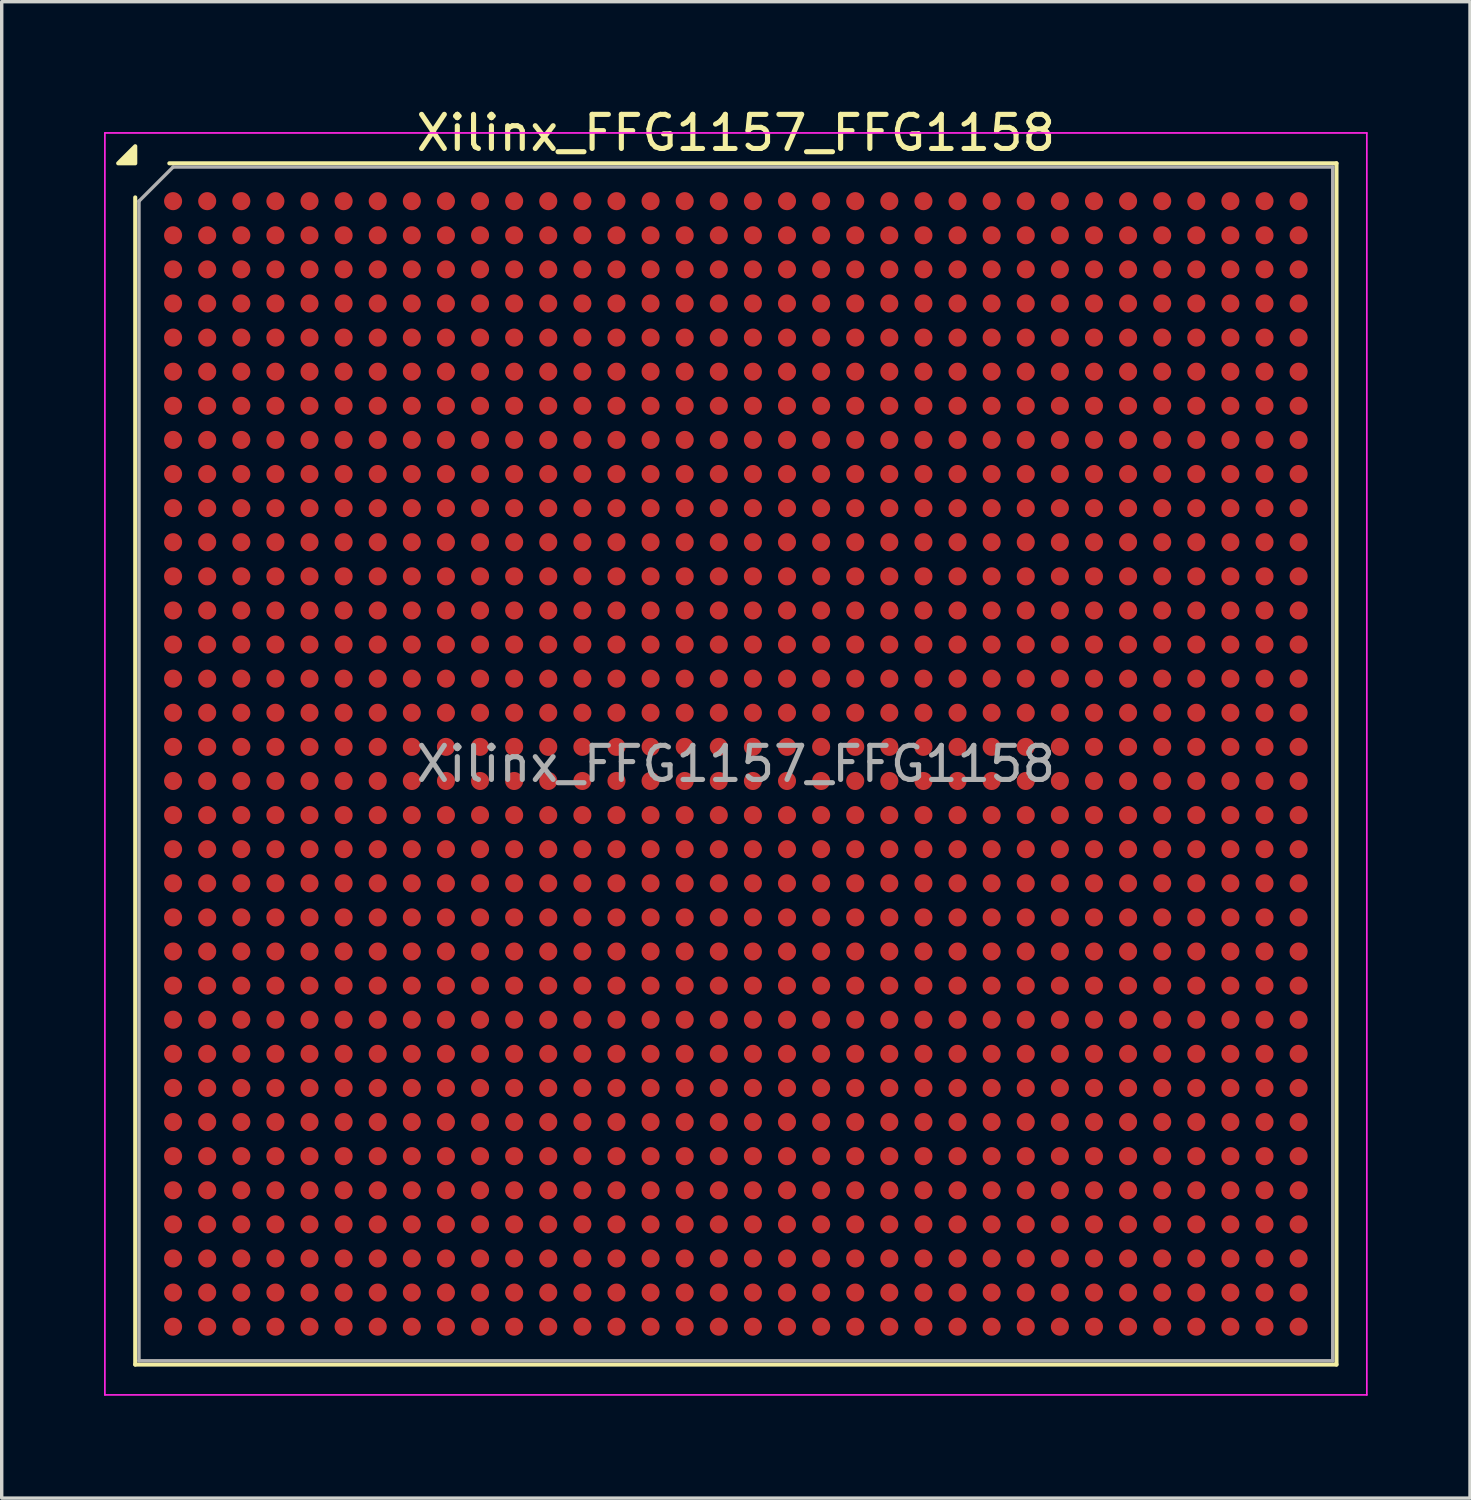
<source format=kicad_pcb>
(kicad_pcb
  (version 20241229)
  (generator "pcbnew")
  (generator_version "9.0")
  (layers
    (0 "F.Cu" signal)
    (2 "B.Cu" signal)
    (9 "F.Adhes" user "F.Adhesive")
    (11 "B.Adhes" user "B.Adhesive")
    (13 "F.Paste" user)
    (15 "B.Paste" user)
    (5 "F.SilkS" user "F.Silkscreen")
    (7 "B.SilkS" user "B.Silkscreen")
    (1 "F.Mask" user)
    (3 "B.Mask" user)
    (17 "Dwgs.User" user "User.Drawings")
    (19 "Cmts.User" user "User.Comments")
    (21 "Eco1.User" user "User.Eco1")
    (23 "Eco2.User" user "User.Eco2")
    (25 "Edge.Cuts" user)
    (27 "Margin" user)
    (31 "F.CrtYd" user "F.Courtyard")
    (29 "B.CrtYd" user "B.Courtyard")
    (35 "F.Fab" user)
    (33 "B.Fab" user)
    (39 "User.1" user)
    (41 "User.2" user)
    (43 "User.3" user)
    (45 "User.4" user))
  (footprint "Xilinx_FFG1157_FFG1158"
    (layer "F.Cu")
    (at 18.525 19.348)
    (property "Reference" "Xilinx_FFG1157_FFG1158" (at 0 -18.5 0) (layer "F.SilkS") (effects (font (size 1 1) (thickness 0.15))))
    (attr smd)
    (fp_line (start -17.61 17.61) (end -17.61 -16.61) (stroke (width 0.12) (type solid)) (layer "F.SilkS"))
    (fp_line (start -16.61 -17.61) (end 17.61 -17.61) (stroke (width 0.12) (type solid)) (layer "F.SilkS"))
    (fp_line (start 17.61 -17.61) (end 17.61 17.61) (stroke (width 0.12) (type solid)) (layer "F.SilkS"))
    (fp_line (start 17.61 17.61) (end -17.61 17.61) (stroke (width 0.12) (type solid)) (layer "F.SilkS"))
    (fp_poly (pts (xy -17.61 -17.61) (xy -18.11 -17.61) (xy -17.61 -18.11)) (stroke (width 0.12) (type solid)) (fill yes) (layer "F.SilkS"))
    (fp_line (start -18.5 -18.5) (end -18.5 18.5) (stroke (width 0.05) (type solid)) (layer "F.CrtYd"))
    (fp_line (start -18.5 18.5) (end 18.5 18.5) (stroke (width 0.05) (type solid)) (layer "F.CrtYd"))
    (fp_line (start 18.5 -18.5) (end -18.5 -18.5) (stroke (width 0.05) (type solid)) (layer "F.CrtYd"))
    (fp_line (start 18.5 18.5) (end 18.5 -18.5) (stroke (width 0.05) (type solid)) (layer "F.CrtYd"))
    (fp_line (start -17.5 -16.5) (end -16.5 -17.5) (stroke (width 0.1) (type solid)) (layer "F.Fab"))
    (fp_line (start -17.5 17.5) (end -17.5 -16.5) (stroke (width 0.1) (type solid)) (layer "F.Fab"))
    (fp_line (start -16.5 -17.5) (end 17.5 -17.5) (stroke (width 0.1) (type solid)) (layer "F.Fab"))
    (fp_line (start 17.5 -17.5) (end 17.5 17.5) (stroke (width 0.1) (type solid)) (layer "F.Fab"))
    (fp_line (start 17.5 17.5) (end -17.5 17.5) (stroke (width 0.1) (type solid)) (layer "F.Fab"))
    (fp_text user "${REFERENCE}" (at 0 0 0) (layer "F.Fab") (effects (font (size 1 1) (thickness 0.15))))
    (pad "A1" smd circle (at -16.5 -16.5) (size 0.53 0.53) (property pad_prop_bga) (layers "F.Cu" "F.Mask" "F.Paste"))
    (pad "A2" smd circle (at -15.5 -16.5) (size 0.53 0.53) (property pad_prop_bga) (layers "F.Cu" "F.Mask" "F.Paste"))
    (pad "A3" smd circle (at -14.5 -16.5) (size 0.53 0.53) (property pad_prop_bga) (layers "F.Cu" "F.Mask" "F.Paste"))
    (pad "A4" smd circle (at -13.5 -16.5) (size 0.53 0.53) (property pad_prop_bga) (layers "F.Cu" "F.Mask" "F.Paste"))
    (pad "A5" smd circle (at -12.5 -16.5) (size 0.53 0.53) (property pad_prop_bga) (layers "F.Cu" "F.Mask" "F.Paste"))
    (pad "A6" smd circle (at -11.5 -16.5) (size 0.53 0.53) (property pad_prop_bga) (layers "F.Cu" "F.Mask" "F.Paste"))
    (pad "A7" smd circle (at -10.5 -16.5) (size 0.53 0.53) (property pad_prop_bga) (layers "F.Cu" "F.Mask" "F.Paste"))
    (pad "A8" smd circle (at -9.5 -16.5) (size 0.53 0.53) (property pad_prop_bga) (layers "F.Cu" "F.Mask" "F.Paste"))
    (pad "A9" smd circle (at -8.5 -16.5) (size 0.53 0.53) (property pad_prop_bga) (layers "F.Cu" "F.Mask" "F.Paste"))
    (pad "A10" smd circle (at -7.5 -16.5) (size 0.53 0.53) (property pad_prop_bga) (layers "F.Cu" "F.Mask" "F.Paste"))
    (pad "A11" smd circle (at -6.5 -16.5) (size 0.53 0.53) (property pad_prop_bga) (layers "F.Cu" "F.Mask" "F.Paste"))
    (pad "A12" smd circle (at -5.5 -16.5) (size 0.53 0.53) (property pad_prop_bga) (layers "F.Cu" "F.Mask" "F.Paste"))
    (pad "A13" smd circle (at -4.5 -16.5) (size 0.53 0.53) (property pad_prop_bga) (layers "F.Cu" "F.Mask" "F.Paste"))
    (pad "A14" smd circle (at -3.5 -16.5) (size 0.53 0.53) (property pad_prop_bga) (layers "F.Cu" "F.Mask" "F.Paste"))
    (pad "A15" smd circle (at -2.5 -16.5) (size 0.53 0.53) (property pad_prop_bga) (layers "F.Cu" "F.Mask" "F.Paste"))
    (pad "A16" smd circle (at -1.5 -16.5) (size 0.53 0.53) (property pad_prop_bga) (layers "F.Cu" "F.Mask" "F.Paste"))
    (pad "A17" smd circle (at -0.5 -16.5) (size 0.53 0.53) (property pad_prop_bga) (layers "F.Cu" "F.Mask" "F.Paste"))
    (pad "A18" smd circle (at 0.5 -16.5) (size 0.53 0.53) (property pad_prop_bga) (layers "F.Cu" "F.Mask" "F.Paste"))
    (pad "A19" smd circle (at 1.5 -16.5) (size 0.53 0.53) (property pad_prop_bga) (layers "F.Cu" "F.Mask" "F.Paste"))
    (pad "A20" smd circle (at 2.5 -16.5) (size 0.53 0.53) (property pad_prop_bga) (layers "F.Cu" "F.Mask" "F.Paste"))
    (pad "A21" smd circle (at 3.5 -16.5) (size 0.53 0.53) (property pad_prop_bga) (layers "F.Cu" "F.Mask" "F.Paste"))
    (pad "A22" smd circle (at 4.5 -16.5) (size 0.53 0.53) (property pad_prop_bga) (layers "F.Cu" "F.Mask" "F.Paste"))
    (pad "A23" smd circle (at 5.5 -16.5) (size 0.53 0.53) (property pad_prop_bga) (layers "F.Cu" "F.Mask" "F.Paste"))
    (pad "A24" smd circle (at 6.5 -16.5) (size 0.53 0.53) (property pad_prop_bga) (layers "F.Cu" "F.Mask" "F.Paste"))
    (pad "A25" smd circle (at 7.5 -16.5) (size 0.53 0.53) (property pad_prop_bga) (layers "F.Cu" "F.Mask" "F.Paste"))
    (pad "A26" smd circle (at 8.5 -16.5) (size 0.53 0.53) (property pad_prop_bga) (layers "F.Cu" "F.Mask" "F.Paste"))
    (pad "A27" smd circle (at 9.5 -16.5) (size 0.53 0.53) (property pad_prop_bga) (layers "F.Cu" "F.Mask" "F.Paste"))
    (pad "A28" smd circle (at 10.5 -16.5) (size 0.53 0.53) (property pad_prop_bga) (layers "F.Cu" "F.Mask" "F.Paste"))
    (pad "A29" smd circle (at 11.5 -16.5) (size 0.53 0.53) (property pad_prop_bga) (layers "F.Cu" "F.Mask" "F.Paste"))
    (pad "A30" smd circle (at 12.5 -16.5) (size 0.53 0.53) (property pad_prop_bga) (layers "F.Cu" "F.Mask" "F.Paste"))
    (pad "A31" smd circle (at 13.5 -16.5) (size 0.53 0.53) (property pad_prop_bga) (layers "F.Cu" "F.Mask" "F.Paste"))
    (pad "A32" smd circle (at 14.5 -16.5) (size 0.53 0.53) (property pad_prop_bga) (layers "F.Cu" "F.Mask" "F.Paste"))
    (pad "A33" smd circle (at 15.5 -16.5) (size 0.53 0.53) (property pad_prop_bga) (layers "F.Cu" "F.Mask" "F.Paste"))
    (pad "A34" smd circle (at 16.5 -16.5) (size 0.53 0.53) (property pad_prop_bga) (layers "F.Cu" "F.Mask" "F.Paste"))
    (pad "AA1" smd circle (at -16.5 3.5) (size 0.53 0.53) (property pad_prop_bga) (layers "F.Cu" "F.Mask" "F.Paste"))
    (pad "AA2" smd circle (at -15.5 3.5) (size 0.53 0.53) (property pad_prop_bga) (layers "F.Cu" "F.Mask" "F.Paste"))
    (pad "AA3" smd circle (at -14.5 3.5) (size 0.53 0.53) (property pad_prop_bga) (layers "F.Cu" "F.Mask" "F.Paste"))
    (pad "AA4" smd circle (at -13.5 3.5) (size 0.53 0.53) (property pad_prop_bga) (layers "F.Cu" "F.Mask" "F.Paste"))
    (pad "AA5" smd circle (at -12.5 3.5) (size 0.53 0.53) (property pad_prop_bga) (layers "F.Cu" "F.Mask" "F.Paste"))
    (pad "AA6" smd circle (at -11.5 3.5) (size 0.53 0.53) (property pad_prop_bga) (layers "F.Cu" "F.Mask" "F.Paste"))
    (pad "AA7" smd circle (at -10.5 3.5) (size 0.53 0.53) (property pad_prop_bga) (layers "F.Cu" "F.Mask" "F.Paste"))
    (pad "AA8" smd circle (at -9.5 3.5) (size 0.53 0.53) (property pad_prop_bga) (layers "F.Cu" "F.Mask" "F.Paste"))
    (pad "AA9" smd circle (at -8.5 3.5) (size 0.53 0.53) (property pad_prop_bga) (layers "F.Cu" "F.Mask" "F.Paste"))
    (pad "AA10" smd circle (at -7.5 3.5) (size 0.53 0.53) (property pad_prop_bga) (layers "F.Cu" "F.Mask" "F.Paste"))
    (pad "AA11" smd circle (at -6.5 3.5) (size 0.53 0.53) (property pad_prop_bga) (layers "F.Cu" "F.Mask" "F.Paste"))
    (pad "AA12" smd circle (at -5.5 3.5) (size 0.53 0.53) (property pad_prop_bga) (layers "F.Cu" "F.Mask" "F.Paste"))
    (pad "AA13" smd circle (at -4.5 3.5) (size 0.53 0.53) (property pad_prop_bga) (layers "F.Cu" "F.Mask" "F.Paste"))
    (pad "AA14" smd circle (at -3.5 3.5) (size 0.53 0.53) (property pad_prop_bga) (layers "F.Cu" "F.Mask" "F.Paste"))
    (pad "AA15" smd circle (at -2.5 3.5) (size 0.53 0.53) (property pad_prop_bga) (layers "F.Cu" "F.Mask" "F.Paste"))
    (pad "AA16" smd circle (at -1.5 3.5) (size 0.53 0.53) (property pad_prop_bga) (layers "F.Cu" "F.Mask" "F.Paste"))
    (pad "AA17" smd circle (at -0.5 3.5) (size 0.53 0.53) (property pad_prop_bga) (layers "F.Cu" "F.Mask" "F.Paste"))
    (pad "AA18" smd circle (at 0.5 3.5) (size 0.53 0.53) (property pad_prop_bga) (layers "F.Cu" "F.Mask" "F.Paste"))
    (pad "AA19" smd circle (at 1.5 3.5) (size 0.53 0.53) (property pad_prop_bga) (layers "F.Cu" "F.Mask" "F.Paste"))
    (pad "AA20" smd circle (at 2.5 3.5) (size 0.53 0.53) (property pad_prop_bga) (layers "F.Cu" "F.Mask" "F.Paste"))
    (pad "AA21" smd circle (at 3.5 3.5) (size 0.53 0.53) (property pad_prop_bga) (layers "F.Cu" "F.Mask" "F.Paste"))
    (pad "AA22" smd circle (at 4.5 3.5) (size 0.53 0.53) (property pad_prop_bga) (layers "F.Cu" "F.Mask" "F.Paste"))
    (pad "AA23" smd circle (at 5.5 3.5) (size 0.53 0.53) (property pad_prop_bga) (layers "F.Cu" "F.Mask" "F.Paste"))
    (pad "AA24" smd circle (at 6.5 3.5) (size 0.53 0.53) (property pad_prop_bga) (layers "F.Cu" "F.Mask" "F.Paste"))
    (pad "AA25" smd circle (at 7.5 3.5) (size 0.53 0.53) (property pad_prop_bga) (layers "F.Cu" "F.Mask" "F.Paste"))
    (pad "AA26" smd circle (at 8.5 3.5) (size 0.53 0.53) (property pad_prop_bga) (layers "F.Cu" "F.Mask" "F.Paste"))
    (pad "AA27" smd circle (at 9.5 3.5) (size 0.53 0.53) (property pad_prop_bga) (layers "F.Cu" "F.Mask" "F.Paste"))
    (pad "AA28" smd circle (at 10.5 3.5) (size 0.53 0.53) (property pad_prop_bga) (layers "F.Cu" "F.Mask" "F.Paste"))
    (pad "AA29" smd circle (at 11.5 3.5) (size 0.53 0.53) (property pad_prop_bga) (layers "F.Cu" "F.Mask" "F.Paste"))
    (pad "AA30" smd circle (at 12.5 3.5) (size 0.53 0.53) (property pad_prop_bga) (layers "F.Cu" "F.Mask" "F.Paste"))
    (pad "AA31" smd circle (at 13.5 3.5) (size 0.53 0.53) (property pad_prop_bga) (layers "F.Cu" "F.Mask" "F.Paste"))
    (pad "AA32" smd circle (at 14.5 3.5) (size 0.53 0.53) (property pad_prop_bga) (layers "F.Cu" "F.Mask" "F.Paste"))
    (pad "AA33" smd circle (at 15.5 3.5) (size 0.53 0.53) (property pad_prop_bga) (layers "F.Cu" "F.Mask" "F.Paste"))
    (pad "AA34" smd circle (at 16.5 3.5) (size 0.53 0.53) (property pad_prop_bga) (layers "F.Cu" "F.Mask" "F.Paste"))
    (pad "AB1" smd circle (at -16.5 4.5) (size 0.53 0.53) (property pad_prop_bga) (layers "F.Cu" "F.Mask" "F.Paste"))
    (pad "AB2" smd circle (at -15.5 4.5) (size 0.53 0.53) (property pad_prop_bga) (layers "F.Cu" "F.Mask" "F.Paste"))
    (pad "AB3" smd circle (at -14.5 4.5) (size 0.53 0.53) (property pad_prop_bga) (layers "F.Cu" "F.Mask" "F.Paste"))
    (pad "AB4" smd circle (at -13.5 4.5) (size 0.53 0.53) (property pad_prop_bga) (layers "F.Cu" "F.Mask" "F.Paste"))
    (pad "AB5" smd circle (at -12.5 4.5) (size 0.53 0.53) (property pad_prop_bga) (layers "F.Cu" "F.Mask" "F.Paste"))
    (pad "AB6" smd circle (at -11.5 4.5) (size 0.53 0.53) (property pad_prop_bga) (layers "F.Cu" "F.Mask" "F.Paste"))
    (pad "AB7" smd circle (at -10.5 4.5) (size 0.53 0.53) (property pad_prop_bga) (layers "F.Cu" "F.Mask" "F.Paste"))
    (pad "AB8" smd circle (at -9.5 4.5) (size 0.53 0.53) (property pad_prop_bga) (layers "F.Cu" "F.Mask" "F.Paste"))
    (pad "AB9" smd circle (at -8.5 4.5) (size 0.53 0.53) (property pad_prop_bga) (layers "F.Cu" "F.Mask" "F.Paste"))
    (pad "AB10" smd circle (at -7.5 4.5) (size 0.53 0.53) (property pad_prop_bga) (layers "F.Cu" "F.Mask" "F.Paste"))
    (pad "AB11" smd circle (at -6.5 4.5) (size 0.53 0.53) (property pad_prop_bga) (layers "F.Cu" "F.Mask" "F.Paste"))
    (pad "AB12" smd circle (at -5.5 4.5) (size 0.53 0.53) (property pad_prop_bga) (layers "F.Cu" "F.Mask" "F.Paste"))
    (pad "AB13" smd circle (at -4.5 4.5) (size 0.53 0.53) (property pad_prop_bga) (layers "F.Cu" "F.Mask" "F.Paste"))
    (pad "AB14" smd circle (at -3.5 4.5) (size 0.53 0.53) (property pad_prop_bga) (layers "F.Cu" "F.Mask" "F.Paste"))
    (pad "AB15" smd circle (at -2.5 4.5) (size 0.53 0.53) (property pad_prop_bga) (layers "F.Cu" "F.Mask" "F.Paste"))
    (pad "AB16" smd circle (at -1.5 4.5) (size 0.53 0.53) (property pad_prop_bga) (layers "F.Cu" "F.Mask" "F.Paste"))
    (pad "AB17" smd circle (at -0.5 4.5) (size 0.53 0.53) (property pad_prop_bga) (layers "F.Cu" "F.Mask" "F.Paste"))
    (pad "AB18" smd circle (at 0.5 4.5) (size 0.53 0.53) (property pad_prop_bga) (layers "F.Cu" "F.Mask" "F.Paste"))
    (pad "AB19" smd circle (at 1.5 4.5) (size 0.53 0.53) (property pad_prop_bga) (layers "F.Cu" "F.Mask" "F.Paste"))
    (pad "AB20" smd circle (at 2.5 4.5) (size 0.53 0.53) (property pad_prop_bga) (layers "F.Cu" "F.Mask" "F.Paste"))
    (pad "AB21" smd circle (at 3.5 4.5) (size 0.53 0.53) (property pad_prop_bga) (layers "F.Cu" "F.Mask" "F.Paste"))
    (pad "AB22" smd circle (at 4.5 4.5) (size 0.53 0.53) (property pad_prop_bga) (layers "F.Cu" "F.Mask" "F.Paste"))
    (pad "AB23" smd circle (at 5.5 4.5) (size 0.53 0.53) (property pad_prop_bga) (layers "F.Cu" "F.Mask" "F.Paste"))
    (pad "AB24" smd circle (at 6.5 4.5) (size 0.53 0.53) (property pad_prop_bga) (layers "F.Cu" "F.Mask" "F.Paste"))
    (pad "AB25" smd circle (at 7.5 4.5) (size 0.53 0.53) (property pad_prop_bga) (layers "F.Cu" "F.Mask" "F.Paste"))
    (pad "AB26" smd circle (at 8.5 4.5) (size 0.53 0.53) (property pad_prop_bga) (layers "F.Cu" "F.Mask" "F.Paste"))
    (pad "AB27" smd circle (at 9.5 4.5) (size 0.53 0.53) (property pad_prop_bga) (layers "F.Cu" "F.Mask" "F.Paste"))
    (pad "AB28" smd circle (at 10.5 4.5) (size 0.53 0.53) (property pad_prop_bga) (layers "F.Cu" "F.Mask" "F.Paste"))
    (pad "AB29" smd circle (at 11.5 4.5) (size 0.53 0.53) (property pad_prop_bga) (layers "F.Cu" "F.Mask" "F.Paste"))
    (pad "AB30" smd circle (at 12.5 4.5) (size 0.53 0.53) (property pad_prop_bga) (layers "F.Cu" "F.Mask" "F.Paste"))
    (pad "AB31" smd circle (at 13.5 4.5) (size 0.53 0.53) (property pad_prop_bga) (layers "F.Cu" "F.Mask" "F.Paste"))
    (pad "AB32" smd circle (at 14.5 4.5) (size 0.53 0.53) (property pad_prop_bga) (layers "F.Cu" "F.Mask" "F.Paste"))
    (pad "AB33" smd circle (at 15.5 4.5) (size 0.53 0.53) (property pad_prop_bga) (layers "F.Cu" "F.Mask" "F.Paste"))
    (pad "AB34" smd circle (at 16.5 4.5) (size 0.53 0.53) (property pad_prop_bga) (layers "F.Cu" "F.Mask" "F.Paste"))
    (pad "AC1" smd circle (at -16.5 5.5) (size 0.53 0.53) (property pad_prop_bga) (layers "F.Cu" "F.Mask" "F.Paste"))
    (pad "AC2" smd circle (at -15.5 5.5) (size 0.53 0.53) (property pad_prop_bga) (layers "F.Cu" "F.Mask" "F.Paste"))
    (pad "AC3" smd circle (at -14.5 5.5) (size 0.53 0.53) (property pad_prop_bga) (layers "F.Cu" "F.Mask" "F.Paste"))
    (pad "AC4" smd circle (at -13.5 5.5) (size 0.53 0.53) (property pad_prop_bga) (layers "F.Cu" "F.Mask" "F.Paste"))
    (pad "AC5" smd circle (at -12.5 5.5) (size 0.53 0.53) (property pad_prop_bga) (layers "F.Cu" "F.Mask" "F.Paste"))
    (pad "AC6" smd circle (at -11.5 5.5) (size 0.53 0.53) (property pad_prop_bga) (layers "F.Cu" "F.Mask" "F.Paste"))
    (pad "AC7" smd circle (at -10.5 5.5) (size 0.53 0.53) (property pad_prop_bga) (layers "F.Cu" "F.Mask" "F.Paste"))
    (pad "AC8" smd circle (at -9.5 5.5) (size 0.53 0.53) (property pad_prop_bga) (layers "F.Cu" "F.Mask" "F.Paste"))
    (pad "AC9" smd circle (at -8.5 5.5) (size 0.53 0.53) (property pad_prop_bga) (layers "F.Cu" "F.Mask" "F.Paste"))
    (pad "AC10" smd circle (at -7.5 5.5) (size 0.53 0.53) (property pad_prop_bga) (layers "F.Cu" "F.Mask" "F.Paste"))
    (pad "AC11" smd circle (at -6.5 5.5) (size 0.53 0.53) (property pad_prop_bga) (layers "F.Cu" "F.Mask" "F.Paste"))
    (pad "AC12" smd circle (at -5.5 5.5) (size 0.53 0.53) (property pad_prop_bga) (layers "F.Cu" "F.Mask" "F.Paste"))
    (pad "AC13" smd circle (at -4.5 5.5) (size 0.53 0.53) (property pad_prop_bga) (layers "F.Cu" "F.Mask" "F.Paste"))
    (pad "AC14" smd circle (at -3.5 5.5) (size 0.53 0.53) (property pad_prop_bga) (layers "F.Cu" "F.Mask" "F.Paste"))
    (pad "AC15" smd circle (at -2.5 5.5) (size 0.53 0.53) (property pad_prop_bga) (layers "F.Cu" "F.Mask" "F.Paste"))
    (pad "AC16" smd circle (at -1.5 5.5) (size 0.53 0.53) (property pad_prop_bga) (layers "F.Cu" "F.Mask" "F.Paste"))
    (pad "AC17" smd circle (at -0.5 5.5) (size 0.53 0.53) (property pad_prop_bga) (layers "F.Cu" "F.Mask" "F.Paste"))
    (pad "AC18" smd circle (at 0.5 5.5) (size 0.53 0.53) (property pad_prop_bga) (layers "F.Cu" "F.Mask" "F.Paste"))
    (pad "AC19" smd circle (at 1.5 5.5) (size 0.53 0.53) (property pad_prop_bga) (layers "F.Cu" "F.Mask" "F.Paste"))
    (pad "AC20" smd circle (at 2.5 5.5) (size 0.53 0.53) (property pad_prop_bga) (layers "F.Cu" "F.Mask" "F.Paste"))
    (pad "AC21" smd circle (at 3.5 5.5) (size 0.53 0.53) (property pad_prop_bga) (layers "F.Cu" "F.Mask" "F.Paste"))
    (pad "AC22" smd circle (at 4.5 5.5) (size 0.53 0.53) (property pad_prop_bga) (layers "F.Cu" "F.Mask" "F.Paste"))
    (pad "AC23" smd circle (at 5.5 5.5) (size 0.53 0.53) (property pad_prop_bga) (layers "F.Cu" "F.Mask" "F.Paste"))
    (pad "AC24" smd circle (at 6.5 5.5) (size 0.53 0.53) (property pad_prop_bga) (layers "F.Cu" "F.Mask" "F.Paste"))
    (pad "AC25" smd circle (at 7.5 5.5) (size 0.53 0.53) (property pad_prop_bga) (layers "F.Cu" "F.Mask" "F.Paste"))
    (pad "AC26" smd circle (at 8.5 5.5) (size 0.53 0.53) (property pad_prop_bga) (layers "F.Cu" "F.Mask" "F.Paste"))
    (pad "AC27" smd circle (at 9.5 5.5) (size 0.53 0.53) (property pad_prop_bga) (layers "F.Cu" "F.Mask" "F.Paste"))
    (pad "AC28" smd circle (at 10.5 5.5) (size 0.53 0.53) (property pad_prop_bga) (layers "F.Cu" "F.Mask" "F.Paste"))
    (pad "AC29" smd circle (at 11.5 5.5) (size 0.53 0.53) (property pad_prop_bga) (layers "F.Cu" "F.Mask" "F.Paste"))
    (pad "AC30" smd circle (at 12.5 5.5) (size 0.53 0.53) (property pad_prop_bga) (layers "F.Cu" "F.Mask" "F.Paste"))
    (pad "AC31" smd circle (at 13.5 5.5) (size 0.53 0.53) (property pad_prop_bga) (layers "F.Cu" "F.Mask" "F.Paste"))
    (pad "AC32" smd circle (at 14.5 5.5) (size 0.53 0.53) (property pad_prop_bga) (layers "F.Cu" "F.Mask" "F.Paste"))
    (pad "AC33" smd circle (at 15.5 5.5) (size 0.53 0.53) (property pad_prop_bga) (layers "F.Cu" "F.Mask" "F.Paste"))
    (pad "AC34" smd circle (at 16.5 5.5) (size 0.53 0.53) (property pad_prop_bga) (layers "F.Cu" "F.Mask" "F.Paste"))
    (pad "AD1" smd circle (at -16.5 6.5) (size 0.53 0.53) (property pad_prop_bga) (layers "F.Cu" "F.Mask" "F.Paste"))
    (pad "AD2" smd circle (at -15.5 6.5) (size 0.53 0.53) (property pad_prop_bga) (layers "F.Cu" "F.Mask" "F.Paste"))
    (pad "AD3" smd circle (at -14.5 6.5) (size 0.53 0.53) (property pad_prop_bga) (layers "F.Cu" "F.Mask" "F.Paste"))
    (pad "AD4" smd circle (at -13.5 6.5) (size 0.53 0.53) (property pad_prop_bga) (layers "F.Cu" "F.Mask" "F.Paste"))
    (pad "AD5" smd circle (at -12.5 6.5) (size 0.53 0.53) (property pad_prop_bga) (layers "F.Cu" "F.Mask" "F.Paste"))
    (pad "AD6" smd circle (at -11.5 6.5) (size 0.53 0.53) (property pad_prop_bga) (layers "F.Cu" "F.Mask" "F.Paste"))
    (pad "AD7" smd circle (at -10.5 6.5) (size 0.53 0.53) (property pad_prop_bga) (layers "F.Cu" "F.Mask" "F.Paste"))
    (pad "AD8" smd circle (at -9.5 6.5) (size 0.53 0.53) (property pad_prop_bga) (layers "F.Cu" "F.Mask" "F.Paste"))
    (pad "AD9" smd circle (at -8.5 6.5) (size 0.53 0.53) (property pad_prop_bga) (layers "F.Cu" "F.Mask" "F.Paste"))
    (pad "AD10" smd circle (at -7.5 6.5) (size 0.53 0.53) (property pad_prop_bga) (layers "F.Cu" "F.Mask" "F.Paste"))
    (pad "AD11" smd circle (at -6.5 6.5) (size 0.53 0.53) (property pad_prop_bga) (layers "F.Cu" "F.Mask" "F.Paste"))
    (pad "AD12" smd circle (at -5.5 6.5) (size 0.53 0.53) (property pad_prop_bga) (layers "F.Cu" "F.Mask" "F.Paste"))
    (pad "AD13" smd circle (at -4.5 6.5) (size 0.53 0.53) (property pad_prop_bga) (layers "F.Cu" "F.Mask" "F.Paste"))
    (pad "AD14" smd circle (at -3.5 6.5) (size 0.53 0.53) (property pad_prop_bga) (layers "F.Cu" "F.Mask" "F.Paste"))
    (pad "AD15" smd circle (at -2.5 6.5) (size 0.53 0.53) (property pad_prop_bga) (layers "F.Cu" "F.Mask" "F.Paste"))
    (pad "AD16" smd circle (at -1.5 6.5) (size 0.53 0.53) (property pad_prop_bga) (layers "F.Cu" "F.Mask" "F.Paste"))
    (pad "AD17" smd circle (at -0.5 6.5) (size 0.53 0.53) (property pad_prop_bga) (layers "F.Cu" "F.Mask" "F.Paste"))
    (pad "AD18" smd circle (at 0.5 6.5) (size 0.53 0.53) (property pad_prop_bga) (layers "F.Cu" "F.Mask" "F.Paste"))
    (pad "AD19" smd circle (at 1.5 6.5) (size 0.53 0.53) (property pad_prop_bga) (layers "F.Cu" "F.Mask" "F.Paste"))
    (pad "AD20" smd circle (at 2.5 6.5) (size 0.53 0.53) (property pad_prop_bga) (layers "F.Cu" "F.Mask" "F.Paste"))
    (pad "AD21" smd circle (at 3.5 6.5) (size 0.53 0.53) (property pad_prop_bga) (layers "F.Cu" "F.Mask" "F.Paste"))
    (pad "AD22" smd circle (at 4.5 6.5) (size 0.53 0.53) (property pad_prop_bga) (layers "F.Cu" "F.Mask" "F.Paste"))
    (pad "AD23" smd circle (at 5.5 6.5) (size 0.53 0.53) (property pad_prop_bga) (layers "F.Cu" "F.Mask" "F.Paste"))
    (pad "AD24" smd circle (at 6.5 6.5) (size 0.53 0.53) (property pad_prop_bga) (layers "F.Cu" "F.Mask" "F.Paste"))
    (pad "AD25" smd circle (at 7.5 6.5) (size 0.53 0.53) (property pad_prop_bga) (layers "F.Cu" "F.Mask" "F.Paste"))
    (pad "AD26" smd circle (at 8.5 6.5) (size 0.53 0.53) (property pad_prop_bga) (layers "F.Cu" "F.Mask" "F.Paste"))
    (pad "AD27" smd circle (at 9.5 6.5) (size 0.53 0.53) (property pad_prop_bga) (layers "F.Cu" "F.Mask" "F.Paste"))
    (pad "AD28" smd circle (at 10.5 6.5) (size 0.53 0.53) (property pad_prop_bga) (layers "F.Cu" "F.Mask" "F.Paste"))
    (pad "AD29" smd circle (at 11.5 6.5) (size 0.53 0.53) (property pad_prop_bga) (layers "F.Cu" "F.Mask" "F.Paste"))
    (pad "AD30" smd circle (at 12.5 6.5) (size 0.53 0.53) (property pad_prop_bga) (layers "F.Cu" "F.Mask" "F.Paste"))
    (pad "AD31" smd circle (at 13.5 6.5) (size 0.53 0.53) (property pad_prop_bga) (layers "F.Cu" "F.Mask" "F.Paste"))
    (pad "AD32" smd circle (at 14.5 6.5) (size 0.53 0.53) (property pad_prop_bga) (layers "F.Cu" "F.Mask" "F.Paste"))
    (pad "AD33" smd circle (at 15.5 6.5) (size 0.53 0.53) (property pad_prop_bga) (layers "F.Cu" "F.Mask" "F.Paste"))
    (pad "AD34" smd circle (at 16.5 6.5) (size 0.53 0.53) (property pad_prop_bga) (layers "F.Cu" "F.Mask" "F.Paste"))
    (pad "AE1" smd circle (at -16.5 7.5) (size 0.53 0.53) (property pad_prop_bga) (layers "F.Cu" "F.Mask" "F.Paste"))
    (pad "AE2" smd circle (at -15.5 7.5) (size 0.53 0.53) (property pad_prop_bga) (layers "F.Cu" "F.Mask" "F.Paste"))
    (pad "AE3" smd circle (at -14.5 7.5) (size 0.53 0.53) (property pad_prop_bga) (layers "F.Cu" "F.Mask" "F.Paste"))
    (pad "AE4" smd circle (at -13.5 7.5) (size 0.53 0.53) (property pad_prop_bga) (layers "F.Cu" "F.Mask" "F.Paste"))
    (pad "AE5" smd circle (at -12.5 7.5) (size 0.53 0.53) (property pad_prop_bga) (layers "F.Cu" "F.Mask" "F.Paste"))
    (pad "AE6" smd circle (at -11.5 7.5) (size 0.53 0.53) (property pad_prop_bga) (layers "F.Cu" "F.Mask" "F.Paste"))
    (pad "AE7" smd circle (at -10.5 7.5) (size 0.53 0.53) (property pad_prop_bga) (layers "F.Cu" "F.Mask" "F.Paste"))
    (pad "AE8" smd circle (at -9.5 7.5) (size 0.53 0.53) (property pad_prop_bga) (layers "F.Cu" "F.Mask" "F.Paste"))
    (pad "AE9" smd circle (at -8.5 7.5) (size 0.53 0.53) (property pad_prop_bga) (layers "F.Cu" "F.Mask" "F.Paste"))
    (pad "AE10" smd circle (at -7.5 7.5) (size 0.53 0.53) (property pad_prop_bga) (layers "F.Cu" "F.Mask" "F.Paste"))
    (pad "AE11" smd circle (at -6.5 7.5) (size 0.53 0.53) (property pad_prop_bga) (layers "F.Cu" "F.Mask" "F.Paste"))
    (pad "AE12" smd circle (at -5.5 7.5) (size 0.53 0.53) (property pad_prop_bga) (layers "F.Cu" "F.Mask" "F.Paste"))
    (pad "AE13" smd circle (at -4.5 7.5) (size 0.53 0.53) (property pad_prop_bga) (layers "F.Cu" "F.Mask" "F.Paste"))
    (pad "AE14" smd circle (at -3.5 7.5) (size 0.53 0.53) (property pad_prop_bga) (layers "F.Cu" "F.Mask" "F.Paste"))
    (pad "AE15" smd circle (at -2.5 7.5) (size 0.53 0.53) (property pad_prop_bga) (layers "F.Cu" "F.Mask" "F.Paste"))
    (pad "AE16" smd circle (at -1.5 7.5) (size 0.53 0.53) (property pad_prop_bga) (layers "F.Cu" "F.Mask" "F.Paste"))
    (pad "AE17" smd circle (at -0.5 7.5) (size 0.53 0.53) (property pad_prop_bga) (layers "F.Cu" "F.Mask" "F.Paste"))
    (pad "AE18" smd circle (at 0.5 7.5) (size 0.53 0.53) (property pad_prop_bga) (layers "F.Cu" "F.Mask" "F.Paste"))
    (pad "AE19" smd circle (at 1.5 7.5) (size 0.53 0.53) (property pad_prop_bga) (layers "F.Cu" "F.Mask" "F.Paste"))
    (pad "AE20" smd circle (at 2.5 7.5) (size 0.53 0.53) (property pad_prop_bga) (layers "F.Cu" "F.Mask" "F.Paste"))
    (pad "AE21" smd circle (at 3.5 7.5) (size 0.53 0.53) (property pad_prop_bga) (layers "F.Cu" "F.Mask" "F.Paste"))
    (pad "AE22" smd circle (at 4.5 7.5) (size 0.53 0.53) (property pad_prop_bga) (layers "F.Cu" "F.Mask" "F.Paste"))
    (pad "AE23" smd circle (at 5.5 7.5) (size 0.53 0.53) (property pad_prop_bga) (layers "F.Cu" "F.Mask" "F.Paste"))
    (pad "AE24" smd circle (at 6.5 7.5) (size 0.53 0.53) (property pad_prop_bga) (layers "F.Cu" "F.Mask" "F.Paste"))
    (pad "AE25" smd circle (at 7.5 7.5) (size 0.53 0.53) (property pad_prop_bga) (layers "F.Cu" "F.Mask" "F.Paste"))
    (pad "AE26" smd circle (at 8.5 7.5) (size 0.53 0.53) (property pad_prop_bga) (layers "F.Cu" "F.Mask" "F.Paste"))
    (pad "AE27" smd circle (at 9.5 7.5) (size 0.53 0.53) (property pad_prop_bga) (layers "F.Cu" "F.Mask" "F.Paste"))
    (pad "AE28" smd circle (at 10.5 7.5) (size 0.53 0.53) (property pad_prop_bga) (layers "F.Cu" "F.Mask" "F.Paste"))
    (pad "AE29" smd circle (at 11.5 7.5) (size 0.53 0.53) (property pad_prop_bga) (layers "F.Cu" "F.Mask" "F.Paste"))
    (pad "AE30" smd circle (at 12.5 7.5) (size 0.53 0.53) (property pad_prop_bga) (layers "F.Cu" "F.Mask" "F.Paste"))
    (pad "AE31" smd circle (at 13.5 7.5) (size 0.53 0.53) (property pad_prop_bga) (layers "F.Cu" "F.Mask" "F.Paste"))
    (pad "AE32" smd circle (at 14.5 7.5) (size 0.53 0.53) (property pad_prop_bga) (layers "F.Cu" "F.Mask" "F.Paste"))
    (pad "AE33" smd circle (at 15.5 7.5) (size 0.53 0.53) (property pad_prop_bga) (layers "F.Cu" "F.Mask" "F.Paste"))
    (pad "AE34" smd circle (at 16.5 7.5) (size 0.53 0.53) (property pad_prop_bga) (layers "F.Cu" "F.Mask" "F.Paste"))
    (pad "AF1" smd circle (at -16.5 8.5) (size 0.53 0.53) (property pad_prop_bga) (layers "F.Cu" "F.Mask" "F.Paste"))
    (pad "AF2" smd circle (at -15.5 8.5) (size 0.53 0.53) (property pad_prop_bga) (layers "F.Cu" "F.Mask" "F.Paste"))
    (pad "AF3" smd circle (at -14.5 8.5) (size 0.53 0.53) (property pad_prop_bga) (layers "F.Cu" "F.Mask" "F.Paste"))
    (pad "AF4" smd circle (at -13.5 8.5) (size 0.53 0.53) (property pad_prop_bga) (layers "F.Cu" "F.Mask" "F.Paste"))
    (pad "AF5" smd circle (at -12.5 8.5) (size 0.53 0.53) (property pad_prop_bga) (layers "F.Cu" "F.Mask" "F.Paste"))
    (pad "AF6" smd circle (at -11.5 8.5) (size 0.53 0.53) (property pad_prop_bga) (layers "F.Cu" "F.Mask" "F.Paste"))
    (pad "AF7" smd circle (at -10.5 8.5) (size 0.53 0.53) (property pad_prop_bga) (layers "F.Cu" "F.Mask" "F.Paste"))
    (pad "AF8" smd circle (at -9.5 8.5) (size 0.53 0.53) (property pad_prop_bga) (layers "F.Cu" "F.Mask" "F.Paste"))
    (pad "AF9" smd circle (at -8.5 8.5) (size 0.53 0.53) (property pad_prop_bga) (layers "F.Cu" "F.Mask" "F.Paste"))
    (pad "AF10" smd circle (at -7.5 8.5) (size 0.53 0.53) (property pad_prop_bga) (layers "F.Cu" "F.Mask" "F.Paste"))
    (pad "AF11" smd circle (at -6.5 8.5) (size 0.53 0.53) (property pad_prop_bga) (layers "F.Cu" "F.Mask" "F.Paste"))
    (pad "AF12" smd circle (at -5.5 8.5) (size 0.53 0.53) (property pad_prop_bga) (layers "F.Cu" "F.Mask" "F.Paste"))
    (pad "AF13" smd circle (at -4.5 8.5) (size 0.53 0.53) (property pad_prop_bga) (layers "F.Cu" "F.Mask" "F.Paste"))
    (pad "AF14" smd circle (at -3.5 8.5) (size 0.53 0.53) (property pad_prop_bga) (layers "F.Cu" "F.Mask" "F.Paste"))
    (pad "AF15" smd circle (at -2.5 8.5) (size 0.53 0.53) (property pad_prop_bga) (layers "F.Cu" "F.Mask" "F.Paste"))
    (pad "AF16" smd circle (at -1.5 8.5) (size 0.53 0.53) (property pad_prop_bga) (layers "F.Cu" "F.Mask" "F.Paste"))
    (pad "AF17" smd circle (at -0.5 8.5) (size 0.53 0.53) (property pad_prop_bga) (layers "F.Cu" "F.Mask" "F.Paste"))
    (pad "AF18" smd circle (at 0.5 8.5) (size 0.53 0.53) (property pad_prop_bga) (layers "F.Cu" "F.Mask" "F.Paste"))
    (pad "AF19" smd circle (at 1.5 8.5) (size 0.53 0.53) (property pad_prop_bga) (layers "F.Cu" "F.Mask" "F.Paste"))
    (pad "AF20" smd circle (at 2.5 8.5) (size 0.53 0.53) (property pad_prop_bga) (layers "F.Cu" "F.Mask" "F.Paste"))
    (pad "AF21" smd circle (at 3.5 8.5) (size 0.53 0.53) (property pad_prop_bga) (layers "F.Cu" "F.Mask" "F.Paste"))
    (pad "AF22" smd circle (at 4.5 8.5) (size 0.53 0.53) (property pad_prop_bga) (layers "F.Cu" "F.Mask" "F.Paste"))
    (pad "AF23" smd circle (at 5.5 8.5) (size 0.53 0.53) (property pad_prop_bga) (layers "F.Cu" "F.Mask" "F.Paste"))
    (pad "AF24" smd circle (at 6.5 8.5) (size 0.53 0.53) (property pad_prop_bga) (layers "F.Cu" "F.Mask" "F.Paste"))
    (pad "AF25" smd circle (at 7.5 8.5) (size 0.53 0.53) (property pad_prop_bga) (layers "F.Cu" "F.Mask" "F.Paste"))
    (pad "AF26" smd circle (at 8.5 8.5) (size 0.53 0.53) (property pad_prop_bga) (layers "F.Cu" "F.Mask" "F.Paste"))
    (pad "AF27" smd circle (at 9.5 8.5) (size 0.53 0.53) (property pad_prop_bga) (layers "F.Cu" "F.Mask" "F.Paste"))
    (pad "AF28" smd circle (at 10.5 8.5) (size 0.53 0.53) (property pad_prop_bga) (layers "F.Cu" "F.Mask" "F.Paste"))
    (pad "AF29" smd circle (at 11.5 8.5) (size 0.53 0.53) (property pad_prop_bga) (layers "F.Cu" "F.Mask" "F.Paste"))
    (pad "AF30" smd circle (at 12.5 8.5) (size 0.53 0.53) (property pad_prop_bga) (layers "F.Cu" "F.Mask" "F.Paste"))
    (pad "AF31" smd circle (at 13.5 8.5) (size 0.53 0.53) (property pad_prop_bga) (layers "F.Cu" "F.Mask" "F.Paste"))
    (pad "AF32" smd circle (at 14.5 8.5) (size 0.53 0.53) (property pad_prop_bga) (layers "F.Cu" "F.Mask" "F.Paste"))
    (pad "AF33" smd circle (at 15.5 8.5) (size 0.53 0.53) (property pad_prop_bga) (layers "F.Cu" "F.Mask" "F.Paste"))
    (pad "AF34" smd circle (at 16.5 8.5) (size 0.53 0.53) (property pad_prop_bga) (layers "F.Cu" "F.Mask" "F.Paste"))
    (pad "AG1" smd circle (at -16.5 9.5) (size 0.53 0.53) (property pad_prop_bga) (layers "F.Cu" "F.Mask" "F.Paste"))
    (pad "AG2" smd circle (at -15.5 9.5) (size 0.53 0.53) (property pad_prop_bga) (layers "F.Cu" "F.Mask" "F.Paste"))
    (pad "AG3" smd circle (at -14.5 9.5) (size 0.53 0.53) (property pad_prop_bga) (layers "F.Cu" "F.Mask" "F.Paste"))
    (pad "AG4" smd circle (at -13.5 9.5) (size 0.53 0.53) (property pad_prop_bga) (layers "F.Cu" "F.Mask" "F.Paste"))
    (pad "AG5" smd circle (at -12.5 9.5) (size 0.53 0.53) (property pad_prop_bga) (layers "F.Cu" "F.Mask" "F.Paste"))
    (pad "AG6" smd circle (at -11.5 9.5) (size 0.53 0.53) (property pad_prop_bga) (layers "F.Cu" "F.Mask" "F.Paste"))
    (pad "AG7" smd circle (at -10.5 9.5) (size 0.53 0.53) (property pad_prop_bga) (layers "F.Cu" "F.Mask" "F.Paste"))
    (pad "AG8" smd circle (at -9.5 9.5) (size 0.53 0.53) (property pad_prop_bga) (layers "F.Cu" "F.Mask" "F.Paste"))
    (pad "AG9" smd circle (at -8.5 9.5) (size 0.53 0.53) (property pad_prop_bga) (layers "F.Cu" "F.Mask" "F.Paste"))
    (pad "AG10" smd circle (at -7.5 9.5) (size 0.53 0.53) (property pad_prop_bga) (layers "F.Cu" "F.Mask" "F.Paste"))
    (pad "AG11" smd circle (at -6.5 9.5) (size 0.53 0.53) (property pad_prop_bga) (layers "F.Cu" "F.Mask" "F.Paste"))
    (pad "AG12" smd circle (at -5.5 9.5) (size 0.53 0.53) (property pad_prop_bga) (layers "F.Cu" "F.Mask" "F.Paste"))
    (pad "AG13" smd circle (at -4.5 9.5) (size 0.53 0.53) (property pad_prop_bga) (layers "F.Cu" "F.Mask" "F.Paste"))
    (pad "AG14" smd circle (at -3.5 9.5) (size 0.53 0.53) (property pad_prop_bga) (layers "F.Cu" "F.Mask" "F.Paste"))
    (pad "AG15" smd circle (at -2.5 9.5) (size 0.53 0.53) (property pad_prop_bga) (layers "F.Cu" "F.Mask" "F.Paste"))
    (pad "AG16" smd circle (at -1.5 9.5) (size 0.53 0.53) (property pad_prop_bga) (layers "F.Cu" "F.Mask" "F.Paste"))
    (pad "AG17" smd circle (at -0.5 9.5) (size 0.53 0.53) (property pad_prop_bga) (layers "F.Cu" "F.Mask" "F.Paste"))
    (pad "AG18" smd circle (at 0.5 9.5) (size 0.53 0.53) (property pad_prop_bga) (layers "F.Cu" "F.Mask" "F.Paste"))
    (pad "AG19" smd circle (at 1.5 9.5) (size 0.53 0.53) (property pad_prop_bga) (layers "F.Cu" "F.Mask" "F.Paste"))
    (pad "AG20" smd circle (at 2.5 9.5) (size 0.53 0.53) (property pad_prop_bga) (layers "F.Cu" "F.Mask" "F.Paste"))
    (pad "AG21" smd circle (at 3.5 9.5) (size 0.53 0.53) (property pad_prop_bga) (layers "F.Cu" "F.Mask" "F.Paste"))
    (pad "AG22" smd circle (at 4.5 9.5) (size 0.53 0.53) (property pad_prop_bga) (layers "F.Cu" "F.Mask" "F.Paste"))
    (pad "AG23" smd circle (at 5.5 9.5) (size 0.53 0.53) (property pad_prop_bga) (layers "F.Cu" "F.Mask" "F.Paste"))
    (pad "AG24" smd circle (at 6.5 9.5) (size 0.53 0.53) (property pad_prop_bga) (layers "F.Cu" "F.Mask" "F.Paste"))
    (pad "AG25" smd circle (at 7.5 9.5) (size 0.53 0.53) (property pad_prop_bga) (layers "F.Cu" "F.Mask" "F.Paste"))
    (pad "AG26" smd circle (at 8.5 9.5) (size 0.53 0.53) (property pad_prop_bga) (layers "F.Cu" "F.Mask" "F.Paste"))
    (pad "AG27" smd circle (at 9.5 9.5) (size 0.53 0.53) (property pad_prop_bga) (layers "F.Cu" "F.Mask" "F.Paste"))
    (pad "AG28" smd circle (at 10.5 9.5) (size 0.53 0.53) (property pad_prop_bga) (layers "F.Cu" "F.Mask" "F.Paste"))
    (pad "AG29" smd circle (at 11.5 9.5) (size 0.53 0.53) (property pad_prop_bga) (layers "F.Cu" "F.Mask" "F.Paste"))
    (pad "AG30" smd circle (at 12.5 9.5) (size 0.53 0.53) (property pad_prop_bga) (layers "F.Cu" "F.Mask" "F.Paste"))
    (pad "AG31" smd circle (at 13.5 9.5) (size 0.53 0.53) (property pad_prop_bga) (layers "F.Cu" "F.Mask" "F.Paste"))
    (pad "AG32" smd circle (at 14.5 9.5) (size 0.53 0.53) (property pad_prop_bga) (layers "F.Cu" "F.Mask" "F.Paste"))
    (pad "AG33" smd circle (at 15.5 9.5) (size 0.53 0.53) (property pad_prop_bga) (layers "F.Cu" "F.Mask" "F.Paste"))
    (pad "AG34" smd circle (at 16.5 9.5) (size 0.53 0.53) (property pad_prop_bga) (layers "F.Cu" "F.Mask" "F.Paste"))
    (pad "AH1" smd circle (at -16.5 10.5) (size 0.53 0.53) (property pad_prop_bga) (layers "F.Cu" "F.Mask" "F.Paste"))
    (pad "AH2" smd circle (at -15.5 10.5) (size 0.53 0.53) (property pad_prop_bga) (layers "F.Cu" "F.Mask" "F.Paste"))
    (pad "AH3" smd circle (at -14.5 10.5) (size 0.53 0.53) (property pad_prop_bga) (layers "F.Cu" "F.Mask" "F.Paste"))
    (pad "AH4" smd circle (at -13.5 10.5) (size 0.53 0.53) (property pad_prop_bga) (layers "F.Cu" "F.Mask" "F.Paste"))
    (pad "AH5" smd circle (at -12.5 10.5) (size 0.53 0.53) (property pad_prop_bga) (layers "F.Cu" "F.Mask" "F.Paste"))
    (pad "AH6" smd circle (at -11.5 10.5) (size 0.53 0.53) (property pad_prop_bga) (layers "F.Cu" "F.Mask" "F.Paste"))
    (pad "AH7" smd circle (at -10.5 10.5) (size 0.53 0.53) (property pad_prop_bga) (layers "F.Cu" "F.Mask" "F.Paste"))
    (pad "AH8" smd circle (at -9.5 10.5) (size 0.53 0.53) (property pad_prop_bga) (layers "F.Cu" "F.Mask" "F.Paste"))
    (pad "AH9" smd circle (at -8.5 10.5) (size 0.53 0.53) (property pad_prop_bga) (layers "F.Cu" "F.Mask" "F.Paste"))
    (pad "AH10" smd circle (at -7.5 10.5) (size 0.53 0.53) (property pad_prop_bga) (layers "F.Cu" "F.Mask" "F.Paste"))
    (pad "AH11" smd circle (at -6.5 10.5) (size 0.53 0.53) (property pad_prop_bga) (layers "F.Cu" "F.Mask" "F.Paste"))
    (pad "AH12" smd circle (at -5.5 10.5) (size 0.53 0.53) (property pad_prop_bga) (layers "F.Cu" "F.Mask" "F.Paste"))
    (pad "AH13" smd circle (at -4.5 10.5) (size 0.53 0.53) (property pad_prop_bga) (layers "F.Cu" "F.Mask" "F.Paste"))
    (pad "AH14" smd circle (at -3.5 10.5) (size 0.53 0.53) (property pad_prop_bga) (layers "F.Cu" "F.Mask" "F.Paste"))
    (pad "AH15" smd circle (at -2.5 10.5) (size 0.53 0.53) (property pad_prop_bga) (layers "F.Cu" "F.Mask" "F.Paste"))
    (pad "AH16" smd circle (at -1.5 10.5) (size 0.53 0.53) (property pad_prop_bga) (layers "F.Cu" "F.Mask" "F.Paste"))
    (pad "AH17" smd circle (at -0.5 10.5) (size 0.53 0.53) (property pad_prop_bga) (layers "F.Cu" "F.Mask" "F.Paste"))
    (pad "AH18" smd circle (at 0.5 10.5) (size 0.53 0.53) (property pad_prop_bga) (layers "F.Cu" "F.Mask" "F.Paste"))
    (pad "AH19" smd circle (at 1.5 10.5) (size 0.53 0.53) (property pad_prop_bga) (layers "F.Cu" "F.Mask" "F.Paste"))
    (pad "AH20" smd circle (at 2.5 10.5) (size 0.53 0.53) (property pad_prop_bga) (layers "F.Cu" "F.Mask" "F.Paste"))
    (pad "AH21" smd circle (at 3.5 10.5) (size 0.53 0.53) (property pad_prop_bga) (layers "F.Cu" "F.Mask" "F.Paste"))
    (pad "AH22" smd circle (at 4.5 10.5) (size 0.53 0.53) (property pad_prop_bga) (layers "F.Cu" "F.Mask" "F.Paste"))
    (pad "AH23" smd circle (at 5.5 10.5) (size 0.53 0.53) (property pad_prop_bga) (layers "F.Cu" "F.Mask" "F.Paste"))
    (pad "AH24" smd circle (at 6.5 10.5) (size 0.53 0.53) (property pad_prop_bga) (layers "F.Cu" "F.Mask" "F.Paste"))
    (pad "AH25" smd circle (at 7.5 10.5) (size 0.53 0.53) (property pad_prop_bga) (layers "F.Cu" "F.Mask" "F.Paste"))
    (pad "AH26" smd circle (at 8.5 10.5) (size 0.53 0.53) (property pad_prop_bga) (layers "F.Cu" "F.Mask" "F.Paste"))
    (pad "AH27" smd circle (at 9.5 10.5) (size 0.53 0.53) (property pad_prop_bga) (layers "F.Cu" "F.Mask" "F.Paste"))
    (pad "AH28" smd circle (at 10.5 10.5) (size 0.53 0.53) (property pad_prop_bga) (layers "F.Cu" "F.Mask" "F.Paste"))
    (pad "AH29" smd circle (at 11.5 10.5) (size 0.53 0.53) (property pad_prop_bga) (layers "F.Cu" "F.Mask" "F.Paste"))
    (pad "AH30" smd circle (at 12.5 10.5) (size 0.53 0.53) (property pad_prop_bga) (layers "F.Cu" "F.Mask" "F.Paste"))
    (pad "AH31" smd circle (at 13.5 10.5) (size 0.53 0.53) (property pad_prop_bga) (layers "F.Cu" "F.Mask" "F.Paste"))
    (pad "AH32" smd circle (at 14.5 10.5) (size 0.53 0.53) (property pad_prop_bga) (layers "F.Cu" "F.Mask" "F.Paste"))
    (pad "AH33" smd circle (at 15.5 10.5) (size 0.53 0.53) (property pad_prop_bga) (layers "F.Cu" "F.Mask" "F.Paste"))
    (pad "AH34" smd circle (at 16.5 10.5) (size 0.53 0.53) (property pad_prop_bga) (layers "F.Cu" "F.Mask" "F.Paste"))
    (pad "AJ1" smd circle (at -16.5 11.5) (size 0.53 0.53) (property pad_prop_bga) (layers "F.Cu" "F.Mask" "F.Paste"))
    (pad "AJ2" smd circle (at -15.5 11.5) (size 0.53 0.53) (property pad_prop_bga) (layers "F.Cu" "F.Mask" "F.Paste"))
    (pad "AJ3" smd circle (at -14.5 11.5) (size 0.53 0.53) (property pad_prop_bga) (layers "F.Cu" "F.Mask" "F.Paste"))
    (pad "AJ4" smd circle (at -13.5 11.5) (size 0.53 0.53) (property pad_prop_bga) (layers "F.Cu" "F.Mask" "F.Paste"))
    (pad "AJ5" smd circle (at -12.5 11.5) (size 0.53 0.53) (property pad_prop_bga) (layers "F.Cu" "F.Mask" "F.Paste"))
    (pad "AJ6" smd circle (at -11.5 11.5) (size 0.53 0.53) (property pad_prop_bga) (layers "F.Cu" "F.Mask" "F.Paste"))
    (pad "AJ7" smd circle (at -10.5 11.5) (size 0.53 0.53) (property pad_prop_bga) (layers "F.Cu" "F.Mask" "F.Paste"))
    (pad "AJ8" smd circle (at -9.5 11.5) (size 0.53 0.53) (property pad_prop_bga) (layers "F.Cu" "F.Mask" "F.Paste"))
    (pad "AJ9" smd circle (at -8.5 11.5) (size 0.53 0.53) (property pad_prop_bga) (layers "F.Cu" "F.Mask" "F.Paste"))
    (pad "AJ10" smd circle (at -7.5 11.5) (size 0.53 0.53) (property pad_prop_bga) (layers "F.Cu" "F.Mask" "F.Paste"))
    (pad "AJ11" smd circle (at -6.5 11.5) (size 0.53 0.53) (property pad_prop_bga) (layers "F.Cu" "F.Mask" "F.Paste"))
    (pad "AJ12" smd circle (at -5.5 11.5) (size 0.53 0.53) (property pad_prop_bga) (layers "F.Cu" "F.Mask" "F.Paste"))
    (pad "AJ13" smd circle (at -4.5 11.5) (size 0.53 0.53) (property pad_prop_bga) (layers "F.Cu" "F.Mask" "F.Paste"))
    (pad "AJ14" smd circle (at -3.5 11.5) (size 0.53 0.53) (property pad_prop_bga) (layers "F.Cu" "F.Mask" "F.Paste"))
    (pad "AJ15" smd circle (at -2.5 11.5) (size 0.53 0.53) (property pad_prop_bga) (layers "F.Cu" "F.Mask" "F.Paste"))
    (pad "AJ16" smd circle (at -1.5 11.5) (size 0.53 0.53) (property pad_prop_bga) (layers "F.Cu" "F.Mask" "F.Paste"))
    (pad "AJ17" smd circle (at -0.5 11.5) (size 0.53 0.53) (property pad_prop_bga) (layers "F.Cu" "F.Mask" "F.Paste"))
    (pad "AJ18" smd circle (at 0.5 11.5) (size 0.53 0.53) (property pad_prop_bga) (layers "F.Cu" "F.Mask" "F.Paste"))
    (pad "AJ19" smd circle (at 1.5 11.5) (size 0.53 0.53) (property pad_prop_bga) (layers "F.Cu" "F.Mask" "F.Paste"))
    (pad "AJ20" smd circle (at 2.5 11.5) (size 0.53 0.53) (property pad_prop_bga) (layers "F.Cu" "F.Mask" "F.Paste"))
    (pad "AJ21" smd circle (at 3.5 11.5) (size 0.53 0.53) (property pad_prop_bga) (layers "F.Cu" "F.Mask" "F.Paste"))
    (pad "AJ22" smd circle (at 4.5 11.5) (size 0.53 0.53) (property pad_prop_bga) (layers "F.Cu" "F.Mask" "F.Paste"))
    (pad "AJ23" smd circle (at 5.5 11.5) (size 0.53 0.53) (property pad_prop_bga) (layers "F.Cu" "F.Mask" "F.Paste"))
    (pad "AJ24" smd circle (at 6.5 11.5) (size 0.53 0.53) (property pad_prop_bga) (layers "F.Cu" "F.Mask" "F.Paste"))
    (pad "AJ25" smd circle (at 7.5 11.5) (size 0.53 0.53) (property pad_prop_bga) (layers "F.Cu" "F.Mask" "F.Paste"))
    (pad "AJ26" smd circle (at 8.5 11.5) (size 0.53 0.53) (property pad_prop_bga) (layers "F.Cu" "F.Mask" "F.Paste"))
    (pad "AJ27" smd circle (at 9.5 11.5) (size 0.53 0.53) (property pad_prop_bga) (layers "F.Cu" "F.Mask" "F.Paste"))
    (pad "AJ28" smd circle (at 10.5 11.5) (size 0.53 0.53) (property pad_prop_bga) (layers "F.Cu" "F.Mask" "F.Paste"))
    (pad "AJ29" smd circle (at 11.5 11.5) (size 0.53 0.53) (property pad_prop_bga) (layers "F.Cu" "F.Mask" "F.Paste"))
    (pad "AJ30" smd circle (at 12.5 11.5) (size 0.53 0.53) (property pad_prop_bga) (layers "F.Cu" "F.Mask" "F.Paste"))
    (pad "AJ31" smd circle (at 13.5 11.5) (size 0.53 0.53) (property pad_prop_bga) (layers "F.Cu" "F.Mask" "F.Paste"))
    (pad "AJ32" smd circle (at 14.5 11.5) (size 0.53 0.53) (property pad_prop_bga) (layers "F.Cu" "F.Mask" "F.Paste"))
    (pad "AJ33" smd circle (at 15.5 11.5) (size 0.53 0.53) (property pad_prop_bga) (layers "F.Cu" "F.Mask" "F.Paste"))
    (pad "AJ34" smd circle (at 16.5 11.5) (size 0.53 0.53) (property pad_prop_bga) (layers "F.Cu" "F.Mask" "F.Paste"))
    (pad "AK1" smd circle (at -16.5 12.5) (size 0.53 0.53) (property pad_prop_bga) (layers "F.Cu" "F.Mask" "F.Paste"))
    (pad "AK2" smd circle (at -15.5 12.5) (size 0.53 0.53) (property pad_prop_bga) (layers "F.Cu" "F.Mask" "F.Paste"))
    (pad "AK3" smd circle (at -14.5 12.5) (size 0.53 0.53) (property pad_prop_bga) (layers "F.Cu" "F.Mask" "F.Paste"))
    (pad "AK4" smd circle (at -13.5 12.5) (size 0.53 0.53) (property pad_prop_bga) (layers "F.Cu" "F.Mask" "F.Paste"))
    (pad "AK5" smd circle (at -12.5 12.5) (size 0.53 0.53) (property pad_prop_bga) (layers "F.Cu" "F.Mask" "F.Paste"))
    (pad "AK6" smd circle (at -11.5 12.5) (size 0.53 0.53) (property pad_prop_bga) (layers "F.Cu" "F.Mask" "F.Paste"))
    (pad "AK7" smd circle (at -10.5 12.5) (size 0.53 0.53) (property pad_prop_bga) (layers "F.Cu" "F.Mask" "F.Paste"))
    (pad "AK8" smd circle (at -9.5 12.5) (size 0.53 0.53) (property pad_prop_bga) (layers "F.Cu" "F.Mask" "F.Paste"))
    (pad "AK9" smd circle (at -8.5 12.5) (size 0.53 0.53) (property pad_prop_bga) (layers "F.Cu" "F.Mask" "F.Paste"))
    (pad "AK10" smd circle (at -7.5 12.5) (size 0.53 0.53) (property pad_prop_bga) (layers "F.Cu" "F.Mask" "F.Paste"))
    (pad "AK11" smd circle (at -6.5 12.5) (size 0.53 0.53) (property pad_prop_bga) (layers "F.Cu" "F.Mask" "F.Paste"))
    (pad "AK12" smd circle (at -5.5 12.5) (size 0.53 0.53) (property pad_prop_bga) (layers "F.Cu" "F.Mask" "F.Paste"))
    (pad "AK13" smd circle (at -4.5 12.5) (size 0.53 0.53) (property pad_prop_bga) (layers "F.Cu" "F.Mask" "F.Paste"))
    (pad "AK14" smd circle (at -3.5 12.5) (size 0.53 0.53) (property pad_prop_bga) (layers "F.Cu" "F.Mask" "F.Paste"))
    (pad "AK15" smd circle (at -2.5 12.5) (size 0.53 0.53) (property pad_prop_bga) (layers "F.Cu" "F.Mask" "F.Paste"))
    (pad "AK16" smd circle (at -1.5 12.5) (size 0.53 0.53) (property pad_prop_bga) (layers "F.Cu" "F.Mask" "F.Paste"))
    (pad "AK17" smd circle (at -0.5 12.5) (size 0.53 0.53) (property pad_prop_bga) (layers "F.Cu" "F.Mask" "F.Paste"))
    (pad "AK18" smd circle (at 0.5 12.5) (size 0.53 0.53) (property pad_prop_bga) (layers "F.Cu" "F.Mask" "F.Paste"))
    (pad "AK19" smd circle (at 1.5 12.5) (size 0.53 0.53) (property pad_prop_bga) (layers "F.Cu" "F.Mask" "F.Paste"))
    (pad "AK20" smd circle (at 2.5 12.5) (size 0.53 0.53) (property pad_prop_bga) (layers "F.Cu" "F.Mask" "F.Paste"))
    (pad "AK21" smd circle (at 3.5 12.5) (size 0.53 0.53) (property pad_prop_bga) (layers "F.Cu" "F.Mask" "F.Paste"))
    (pad "AK22" smd circle (at 4.5 12.5) (size 0.53 0.53) (property pad_prop_bga) (layers "F.Cu" "F.Mask" "F.Paste"))
    (pad "AK23" smd circle (at 5.5 12.5) (size 0.53 0.53) (property pad_prop_bga) (layers "F.Cu" "F.Mask" "F.Paste"))
    (pad "AK24" smd circle (at 6.5 12.5) (size 0.53 0.53) (property pad_prop_bga) (layers "F.Cu" "F.Mask" "F.Paste"))
    (pad "AK25" smd circle (at 7.5 12.5) (size 0.53 0.53) (property pad_prop_bga) (layers "F.Cu" "F.Mask" "F.Paste"))
    (pad "AK26" smd circle (at 8.5 12.5) (size 0.53 0.53) (property pad_prop_bga) (layers "F.Cu" "F.Mask" "F.Paste"))
    (pad "AK27" smd circle (at 9.5 12.5) (size 0.53 0.53) (property pad_prop_bga) (layers "F.Cu" "F.Mask" "F.Paste"))
    (pad "AK28" smd circle (at 10.5 12.5) (size 0.53 0.53) (property pad_prop_bga) (layers "F.Cu" "F.Mask" "F.Paste"))
    (pad "AK29" smd circle (at 11.5 12.5) (size 0.53 0.53) (property pad_prop_bga) (layers "F.Cu" "F.Mask" "F.Paste"))
    (pad "AK30" smd circle (at 12.5 12.5) (size 0.53 0.53) (property pad_prop_bga) (layers "F.Cu" "F.Mask" "F.Paste"))
    (pad "AK31" smd circle (at 13.5 12.5) (size 0.53 0.53) (property pad_prop_bga) (layers "F.Cu" "F.Mask" "F.Paste"))
    (pad "AK32" smd circle (at 14.5 12.5) (size 0.53 0.53) (property pad_prop_bga) (layers "F.Cu" "F.Mask" "F.Paste"))
    (pad "AK33" smd circle (at 15.5 12.5) (size 0.53 0.53) (property pad_prop_bga) (layers "F.Cu" "F.Mask" "F.Paste"))
    (pad "AK34" smd circle (at 16.5 12.5) (size 0.53 0.53) (property pad_prop_bga) (layers "F.Cu" "F.Mask" "F.Paste"))
    (pad "AL1" smd circle (at -16.5 13.5) (size 0.53 0.53) (property pad_prop_bga) (layers "F.Cu" "F.Mask" "F.Paste"))
    (pad "AL2" smd circle (at -15.5 13.5) (size 0.53 0.53) (property pad_prop_bga) (layers "F.Cu" "F.Mask" "F.Paste"))
    (pad "AL3" smd circle (at -14.5 13.5) (size 0.53 0.53) (property pad_prop_bga) (layers "F.Cu" "F.Mask" "F.Paste"))
    (pad "AL4" smd circle (at -13.5 13.5) (size 0.53 0.53) (property pad_prop_bga) (layers "F.Cu" "F.Mask" "F.Paste"))
    (pad "AL5" smd circle (at -12.5 13.5) (size 0.53 0.53) (property pad_prop_bga) (layers "F.Cu" "F.Mask" "F.Paste"))
    (pad "AL6" smd circle (at -11.5 13.5) (size 0.53 0.53) (property pad_prop_bga) (layers "F.Cu" "F.Mask" "F.Paste"))
    (pad "AL7" smd circle (at -10.5 13.5) (size 0.53 0.53) (property pad_prop_bga) (layers "F.Cu" "F.Mask" "F.Paste"))
    (pad "AL8" smd circle (at -9.5 13.5) (size 0.53 0.53) (property pad_prop_bga) (layers "F.Cu" "F.Mask" "F.Paste"))
    (pad "AL9" smd circle (at -8.5 13.5) (size 0.53 0.53) (property pad_prop_bga) (layers "F.Cu" "F.Mask" "F.Paste"))
    (pad "AL10" smd circle (at -7.5 13.5) (size 0.53 0.53) (property pad_prop_bga) (layers "F.Cu" "F.Mask" "F.Paste"))
    (pad "AL11" smd circle (at -6.5 13.5) (size 0.53 0.53) (property pad_prop_bga) (layers "F.Cu" "F.Mask" "F.Paste"))
    (pad "AL12" smd circle (at -5.5 13.5) (size 0.53 0.53) (property pad_prop_bga) (layers "F.Cu" "F.Mask" "F.Paste"))
    (pad "AL13" smd circle (at -4.5 13.5) (size 0.53 0.53) (property pad_prop_bga) (layers "F.Cu" "F.Mask" "F.Paste"))
    (pad "AL14" smd circle (at -3.5 13.5) (size 0.53 0.53) (property pad_prop_bga) (layers "F.Cu" "F.Mask" "F.Paste"))
    (pad "AL15" smd circle (at -2.5 13.5) (size 0.53 0.53) (property pad_prop_bga) (layers "F.Cu" "F.Mask" "F.Paste"))
    (pad "AL16" smd circle (at -1.5 13.5) (size 0.53 0.53) (property pad_prop_bga) (layers "F.Cu" "F.Mask" "F.Paste"))
    (pad "AL17" smd circle (at -0.5 13.5) (size 0.53 0.53) (property pad_prop_bga) (layers "F.Cu" "F.Mask" "F.Paste"))
    (pad "AL18" smd circle (at 0.5 13.5) (size 0.53 0.53) (property pad_prop_bga) (layers "F.Cu" "F.Mask" "F.Paste"))
    (pad "AL19" smd circle (at 1.5 13.5) (size 0.53 0.53) (property pad_prop_bga) (layers "F.Cu" "F.Mask" "F.Paste"))
    (pad "AL20" smd circle (at 2.5 13.5) (size 0.53 0.53) (property pad_prop_bga) (layers "F.Cu" "F.Mask" "F.Paste"))
    (pad "AL21" smd circle (at 3.5 13.5) (size 0.53 0.53) (property pad_prop_bga) (layers "F.Cu" "F.Mask" "F.Paste"))
    (pad "AL22" smd circle (at 4.5 13.5) (size 0.53 0.53) (property pad_prop_bga) (layers "F.Cu" "F.Mask" "F.Paste"))
    (pad "AL23" smd circle (at 5.5 13.5) (size 0.53 0.53) (property pad_prop_bga) (layers "F.Cu" "F.Mask" "F.Paste"))
    (pad "AL24" smd circle (at 6.5 13.5) (size 0.53 0.53) (property pad_prop_bga) (layers "F.Cu" "F.Mask" "F.Paste"))
    (pad "AL25" smd circle (at 7.5 13.5) (size 0.53 0.53) (property pad_prop_bga) (layers "F.Cu" "F.Mask" "F.Paste"))
    (pad "AL26" smd circle (at 8.5 13.5) (size 0.53 0.53) (property pad_prop_bga) (layers "F.Cu" "F.Mask" "F.Paste"))
    (pad "AL27" smd circle (at 9.5 13.5) (size 0.53 0.53) (property pad_prop_bga) (layers "F.Cu" "F.Mask" "F.Paste"))
    (pad "AL28" smd circle (at 10.5 13.5) (size 0.53 0.53) (property pad_prop_bga) (layers "F.Cu" "F.Mask" "F.Paste"))
    (pad "AL29" smd circle (at 11.5 13.5) (size 0.53 0.53) (property pad_prop_bga) (layers "F.Cu" "F.Mask" "F.Paste"))
    (pad "AL30" smd circle (at 12.5 13.5) (size 0.53 0.53) (property pad_prop_bga) (layers "F.Cu" "F.Mask" "F.Paste"))
    (pad "AL31" smd circle (at 13.5 13.5) (size 0.53 0.53) (property pad_prop_bga) (layers "F.Cu" "F.Mask" "F.Paste"))
    (pad "AL32" smd circle (at 14.5 13.5) (size 0.53 0.53) (property pad_prop_bga) (layers "F.Cu" "F.Mask" "F.Paste"))
    (pad "AL33" smd circle (at 15.5 13.5) (size 0.53 0.53) (property pad_prop_bga) (layers "F.Cu" "F.Mask" "F.Paste"))
    (pad "AL34" smd circle (at 16.5 13.5) (size 0.53 0.53) (property pad_prop_bga) (layers "F.Cu" "F.Mask" "F.Paste"))
    (pad "AM1" smd circle (at -16.5 14.5) (size 0.53 0.53) (property pad_prop_bga) (layers "F.Cu" "F.Mask" "F.Paste"))
    (pad "AM2" smd circle (at -15.5 14.5) (size 0.53 0.53) (property pad_prop_bga) (layers "F.Cu" "F.Mask" "F.Paste"))
    (pad "AM3" smd circle (at -14.5 14.5) (size 0.53 0.53) (property pad_prop_bga) (layers "F.Cu" "F.Mask" "F.Paste"))
    (pad "AM4" smd circle (at -13.5 14.5) (size 0.53 0.53) (property pad_prop_bga) (layers "F.Cu" "F.Mask" "F.Paste"))
    (pad "AM5" smd circle (at -12.5 14.5) (size 0.53 0.53) (property pad_prop_bga) (layers "F.Cu" "F.Mask" "F.Paste"))
    (pad "AM6" smd circle (at -11.5 14.5) (size 0.53 0.53) (property pad_prop_bga) (layers "F.Cu" "F.Mask" "F.Paste"))
    (pad "AM7" smd circle (at -10.5 14.5) (size 0.53 0.53) (property pad_prop_bga) (layers "F.Cu" "F.Mask" "F.Paste"))
    (pad "AM8" smd circle (at -9.5 14.5) (size 0.53 0.53) (property pad_prop_bga) (layers "F.Cu" "F.Mask" "F.Paste"))
    (pad "AM9" smd circle (at -8.5 14.5) (size 0.53 0.53) (property pad_prop_bga) (layers "F.Cu" "F.Mask" "F.Paste"))
    (pad "AM10" smd circle (at -7.5 14.5) (size 0.53 0.53) (property pad_prop_bga) (layers "F.Cu" "F.Mask" "F.Paste"))
    (pad "AM11" smd circle (at -6.5 14.5) (size 0.53 0.53) (property pad_prop_bga) (layers "F.Cu" "F.Mask" "F.Paste"))
    (pad "AM12" smd circle (at -5.5 14.5) (size 0.53 0.53) (property pad_prop_bga) (layers "F.Cu" "F.Mask" "F.Paste"))
    (pad "AM13" smd circle (at -4.5 14.5) (size 0.53 0.53) (property pad_prop_bga) (layers "F.Cu" "F.Mask" "F.Paste"))
    (pad "AM14" smd circle (at -3.5 14.5) (size 0.53 0.53) (property pad_prop_bga) (layers "F.Cu" "F.Mask" "F.Paste"))
    (pad "AM15" smd circle (at -2.5 14.5) (size 0.53 0.53) (property pad_prop_bga) (layers "F.Cu" "F.Mask" "F.Paste"))
    (pad "AM16" smd circle (at -1.5 14.5) (size 0.53 0.53) (property pad_prop_bga) (layers "F.Cu" "F.Mask" "F.Paste"))
    (pad "AM17" smd circle (at -0.5 14.5) (size 0.53 0.53) (property pad_prop_bga) (layers "F.Cu" "F.Mask" "F.Paste"))
    (pad "AM18" smd circle (at 0.5 14.5) (size 0.53 0.53) (property pad_prop_bga) (layers "F.Cu" "F.Mask" "F.Paste"))
    (pad "AM19" smd circle (at 1.5 14.5) (size 0.53 0.53) (property pad_prop_bga) (layers "F.Cu" "F.Mask" "F.Paste"))
    (pad "AM20" smd circle (at 2.5 14.5) (size 0.53 0.53) (property pad_prop_bga) (layers "F.Cu" "F.Mask" "F.Paste"))
    (pad "AM21" smd circle (at 3.5 14.5) (size 0.53 0.53) (property pad_prop_bga) (layers "F.Cu" "F.Mask" "F.Paste"))
    (pad "AM22" smd circle (at 4.5 14.5) (size 0.53 0.53) (property pad_prop_bga) (layers "F.Cu" "F.Mask" "F.Paste"))
    (pad "AM23" smd circle (at 5.5 14.5) (size 0.53 0.53) (property pad_prop_bga) (layers "F.Cu" "F.Mask" "F.Paste"))
    (pad "AM24" smd circle (at 6.5 14.5) (size 0.53 0.53) (property pad_prop_bga) (layers "F.Cu" "F.Mask" "F.Paste"))
    (pad "AM25" smd circle (at 7.5 14.5) (size 0.53 0.53) (property pad_prop_bga) (layers "F.Cu" "F.Mask" "F.Paste"))
    (pad "AM26" smd circle (at 8.5 14.5) (size 0.53 0.53) (property pad_prop_bga) (layers "F.Cu" "F.Mask" "F.Paste"))
    (pad "AM27" smd circle (at 9.5 14.5) (size 0.53 0.53) (property pad_prop_bga) (layers "F.Cu" "F.Mask" "F.Paste"))
    (pad "AM28" smd circle (at 10.5 14.5) (size 0.53 0.53) (property pad_prop_bga) (layers "F.Cu" "F.Mask" "F.Paste"))
    (pad "AM29" smd circle (at 11.5 14.5) (size 0.53 0.53) (property pad_prop_bga) (layers "F.Cu" "F.Mask" "F.Paste"))
    (pad "AM30" smd circle (at 12.5 14.5) (size 0.53 0.53) (property pad_prop_bga) (layers "F.Cu" "F.Mask" "F.Paste"))
    (pad "AM31" smd circle (at 13.5 14.5) (size 0.53 0.53) (property pad_prop_bga) (layers "F.Cu" "F.Mask" "F.Paste"))
    (pad "AM32" smd circle (at 14.5 14.5) (size 0.53 0.53) (property pad_prop_bga) (layers "F.Cu" "F.Mask" "F.Paste"))
    (pad "AM33" smd circle (at 15.5 14.5) (size 0.53 0.53) (property pad_prop_bga) (layers "F.Cu" "F.Mask" "F.Paste"))
    (pad "AM34" smd circle (at 16.5 14.5) (size 0.53 0.53) (property pad_prop_bga) (layers "F.Cu" "F.Mask" "F.Paste"))
    (pad "AN1" smd circle (at -16.5 15.5) (size 0.53 0.53) (property pad_prop_bga) (layers "F.Cu" "F.Mask" "F.Paste"))
    (pad "AN2" smd circle (at -15.5 15.5) (size 0.53 0.53) (property pad_prop_bga) (layers "F.Cu" "F.Mask" "F.Paste"))
    (pad "AN3" smd circle (at -14.5 15.5) (size 0.53 0.53) (property pad_prop_bga) (layers "F.Cu" "F.Mask" "F.Paste"))
    (pad "AN4" smd circle (at -13.5 15.5) (size 0.53 0.53) (property pad_prop_bga) (layers "F.Cu" "F.Mask" "F.Paste"))
    (pad "AN5" smd circle (at -12.5 15.5) (size 0.53 0.53) (property pad_prop_bga) (layers "F.Cu" "F.Mask" "F.Paste"))
    (pad "AN6" smd circle (at -11.5 15.5) (size 0.53 0.53) (property pad_prop_bga) (layers "F.Cu" "F.Mask" "F.Paste"))
    (pad "AN7" smd circle (at -10.5 15.5) (size 0.53 0.53) (property pad_prop_bga) (layers "F.Cu" "F.Mask" "F.Paste"))
    (pad "AN8" smd circle (at -9.5 15.5) (size 0.53 0.53) (property pad_prop_bga) (layers "F.Cu" "F.Mask" "F.Paste"))
    (pad "AN9" smd circle (at -8.5 15.5) (size 0.53 0.53) (property pad_prop_bga) (layers "F.Cu" "F.Mask" "F.Paste"))
    (pad "AN10" smd circle (at -7.5 15.5) (size 0.53 0.53) (property pad_prop_bga) (layers "F.Cu" "F.Mask" "F.Paste"))
    (pad "AN11" smd circle (at -6.5 15.5) (size 0.53 0.53) (property pad_prop_bga) (layers "F.Cu" "F.Mask" "F.Paste"))
    (pad "AN12" smd circle (at -5.5 15.5) (size 0.53 0.53) (property pad_prop_bga) (layers "F.Cu" "F.Mask" "F.Paste"))
    (pad "AN13" smd circle (at -4.5 15.5) (size 0.53 0.53) (property pad_prop_bga) (layers "F.Cu" "F.Mask" "F.Paste"))
    (pad "AN14" smd circle (at -3.5 15.5) (size 0.53 0.53) (property pad_prop_bga) (layers "F.Cu" "F.Mask" "F.Paste"))
    (pad "AN15" smd circle (at -2.5 15.5) (size 0.53 0.53) (property pad_prop_bga) (layers "F.Cu" "F.Mask" "F.Paste"))
    (pad "AN16" smd circle (at -1.5 15.5) (size 0.53 0.53) (property pad_prop_bga) (layers "F.Cu" "F.Mask" "F.Paste"))
    (pad "AN17" smd circle (at -0.5 15.5) (size 0.53 0.53) (property pad_prop_bga) (layers "F.Cu" "F.Mask" "F.Paste"))
    (pad "AN18" smd circle (at 0.5 15.5) (size 0.53 0.53) (property pad_prop_bga) (layers "F.Cu" "F.Mask" "F.Paste"))
    (pad "AN19" smd circle (at 1.5 15.5) (size 0.53 0.53) (property pad_prop_bga) (layers "F.Cu" "F.Mask" "F.Paste"))
    (pad "AN20" smd circle (at 2.5 15.5) (size 0.53 0.53) (property pad_prop_bga) (layers "F.Cu" "F.Mask" "F.Paste"))
    (pad "AN21" smd circle (at 3.5 15.5) (size 0.53 0.53) (property pad_prop_bga) (layers "F.Cu" "F.Mask" "F.Paste"))
    (pad "AN22" smd circle (at 4.5 15.5) (size 0.53 0.53) (property pad_prop_bga) (layers "F.Cu" "F.Mask" "F.Paste"))
    (pad "AN23" smd circle (at 5.5 15.5) (size 0.53 0.53) (property pad_prop_bga) (layers "F.Cu" "F.Mask" "F.Paste"))
    (pad "AN24" smd circle (at 6.5 15.5) (size 0.53 0.53) (property pad_prop_bga) (layers "F.Cu" "F.Mask" "F.Paste"))
    (pad "AN25" smd circle (at 7.5 15.5) (size 0.53 0.53) (property pad_prop_bga) (layers "F.Cu" "F.Mask" "F.Paste"))
    (pad "AN26" smd circle (at 8.5 15.5) (size 0.53 0.53) (property pad_prop_bga) (layers "F.Cu" "F.Mask" "F.Paste"))
    (pad "AN27" smd circle (at 9.5 15.5) (size 0.53 0.53) (property pad_prop_bga) (layers "F.Cu" "F.Mask" "F.Paste"))
    (pad "AN28" smd circle (at 10.5 15.5) (size 0.53 0.53) (property pad_prop_bga) (layers "F.Cu" "F.Mask" "F.Paste"))
    (pad "AN29" smd circle (at 11.5 15.5) (size 0.53 0.53) (property pad_prop_bga) (layers "F.Cu" "F.Mask" "F.Paste"))
    (pad "AN30" smd circle (at 12.5 15.5) (size 0.53 0.53) (property pad_prop_bga) (layers "F.Cu" "F.Mask" "F.Paste"))
    (pad "AN31" smd circle (at 13.5 15.5) (size 0.53 0.53) (property pad_prop_bga) (layers "F.Cu" "F.Mask" "F.Paste"))
    (pad "AN32" smd circle (at 14.5 15.5) (size 0.53 0.53) (property pad_prop_bga) (layers "F.Cu" "F.Mask" "F.Paste"))
    (pad "AN33" smd circle (at 15.5 15.5) (size 0.53 0.53) (property pad_prop_bga) (layers "F.Cu" "F.Mask" "F.Paste"))
    (pad "AN34" smd circle (at 16.5 15.5) (size 0.53 0.53) (property pad_prop_bga) (layers "F.Cu" "F.Mask" "F.Paste"))
    (pad "AP1" smd circle (at -16.5 16.5) (size 0.53 0.53) (property pad_prop_bga) (layers "F.Cu" "F.Mask" "F.Paste"))
    (pad "AP2" smd circle (at -15.5 16.5) (size 0.53 0.53) (property pad_prop_bga) (layers "F.Cu" "F.Mask" "F.Paste"))
    (pad "AP3" smd circle (at -14.5 16.5) (size 0.53 0.53) (property pad_prop_bga) (layers "F.Cu" "F.Mask" "F.Paste"))
    (pad "AP4" smd circle (at -13.5 16.5) (size 0.53 0.53) (property pad_prop_bga) (layers "F.Cu" "F.Mask" "F.Paste"))
    (pad "AP5" smd circle (at -12.5 16.5) (size 0.53 0.53) (property pad_prop_bga) (layers "F.Cu" "F.Mask" "F.Paste"))
    (pad "AP6" smd circle (at -11.5 16.5) (size 0.53 0.53) (property pad_prop_bga) (layers "F.Cu" "F.Mask" "F.Paste"))
    (pad "AP7" smd circle (at -10.5 16.5) (size 0.53 0.53) (property pad_prop_bga) (layers "F.Cu" "F.Mask" "F.Paste"))
    (pad "AP8" smd circle (at -9.5 16.5) (size 0.53 0.53) (property pad_prop_bga) (layers "F.Cu" "F.Mask" "F.Paste"))
    (pad "AP9" smd circle (at -8.5 16.5) (size 0.53 0.53) (property pad_prop_bga) (layers "F.Cu" "F.Mask" "F.Paste"))
    (pad "AP10" smd circle (at -7.5 16.5) (size 0.53 0.53) (property pad_prop_bga) (layers "F.Cu" "F.Mask" "F.Paste"))
    (pad "AP11" smd circle (at -6.5 16.5) (size 0.53 0.53) (property pad_prop_bga) (layers "F.Cu" "F.Mask" "F.Paste"))
    (pad "AP12" smd circle (at -5.5 16.5) (size 0.53 0.53) (property pad_prop_bga) (layers "F.Cu" "F.Mask" "F.Paste"))
    (pad "AP13" smd circle (at -4.5 16.5) (size 0.53 0.53) (property pad_prop_bga) (layers "F.Cu" "F.Mask" "F.Paste"))
    (pad "AP14" smd circle (at -3.5 16.5) (size 0.53 0.53) (property pad_prop_bga) (layers "F.Cu" "F.Mask" "F.Paste"))
    (pad "AP15" smd circle (at -2.5 16.5) (size 0.53 0.53) (property pad_prop_bga) (layers "F.Cu" "F.Mask" "F.Paste"))
    (pad "AP16" smd circle (at -1.5 16.5) (size 0.53 0.53) (property pad_prop_bga) (layers "F.Cu" "F.Mask" "F.Paste"))
    (pad "AP17" smd circle (at -0.5 16.5) (size 0.53 0.53) (property pad_prop_bga) (layers "F.Cu" "F.Mask" "F.Paste"))
    (pad "AP18" smd circle (at 0.5 16.5) (size 0.53 0.53) (property pad_prop_bga) (layers "F.Cu" "F.Mask" "F.Paste"))
    (pad "AP19" smd circle (at 1.5 16.5) (size 0.53 0.53) (property pad_prop_bga) (layers "F.Cu" "F.Mask" "F.Paste"))
    (pad "AP20" smd circle (at 2.5 16.5) (size 0.53 0.53) (property pad_prop_bga) (layers "F.Cu" "F.Mask" "F.Paste"))
    (pad "AP21" smd circle (at 3.5 16.5) (size 0.53 0.53) (property pad_prop_bga) (layers "F.Cu" "F.Mask" "F.Paste"))
    (pad "AP22" smd circle (at 4.5 16.5) (size 0.53 0.53) (property pad_prop_bga) (layers "F.Cu" "F.Mask" "F.Paste"))
    (pad "AP23" smd circle (at 5.5 16.5) (size 0.53 0.53) (property pad_prop_bga) (layers "F.Cu" "F.Mask" "F.Paste"))
    (pad "AP24" smd circle (at 6.5 16.5) (size 0.53 0.53) (property pad_prop_bga) (layers "F.Cu" "F.Mask" "F.Paste"))
    (pad "AP25" smd circle (at 7.5 16.5) (size 0.53 0.53) (property pad_prop_bga) (layers "F.Cu" "F.Mask" "F.Paste"))
    (pad "AP26" smd circle (at 8.5 16.5) (size 0.53 0.53) (property pad_prop_bga) (layers "F.Cu" "F.Mask" "F.Paste"))
    (pad "AP27" smd circle (at 9.5 16.5) (size 0.53 0.53) (property pad_prop_bga) (layers "F.Cu" "F.Mask" "F.Paste"))
    (pad "AP28" smd circle (at 10.5 16.5) (size 0.53 0.53) (property pad_prop_bga) (layers "F.Cu" "F.Mask" "F.Paste"))
    (pad "AP29" smd circle (at 11.5 16.5) (size 0.53 0.53) (property pad_prop_bga) (layers "F.Cu" "F.Mask" "F.Paste"))
    (pad "AP30" smd circle (at 12.5 16.5) (size 0.53 0.53) (property pad_prop_bga) (layers "F.Cu" "F.Mask" "F.Paste"))
    (pad "AP31" smd circle (at 13.5 16.5) (size 0.53 0.53) (property pad_prop_bga) (layers "F.Cu" "F.Mask" "F.Paste"))
    (pad "AP32" smd circle (at 14.5 16.5) (size 0.53 0.53) (property pad_prop_bga) (layers "F.Cu" "F.Mask" "F.Paste"))
    (pad "AP33" smd circle (at 15.5 16.5) (size 0.53 0.53) (property pad_prop_bga) (layers "F.Cu" "F.Mask" "F.Paste"))
    (pad "AP34" smd circle (at 16.5 16.5) (size 0.53 0.53) (property pad_prop_bga) (layers "F.Cu" "F.Mask" "F.Paste"))
    (pad "B1" smd circle (at -16.5 -15.5) (size 0.53 0.53) (property pad_prop_bga) (layers "F.Cu" "F.Mask" "F.Paste"))
    (pad "B2" smd circle (at -15.5 -15.5) (size 0.53 0.53) (property pad_prop_bga) (layers "F.Cu" "F.Mask" "F.Paste"))
    (pad "B3" smd circle (at -14.5 -15.5) (size 0.53 0.53) (property pad_prop_bga) (layers "F.Cu" "F.Mask" "F.Paste"))
    (pad "B4" smd circle (at -13.5 -15.5) (size 0.53 0.53) (property pad_prop_bga) (layers "F.Cu" "F.Mask" "F.Paste"))
    (pad "B5" smd circle (at -12.5 -15.5) (size 0.53 0.53) (property pad_prop_bga) (layers "F.Cu" "F.Mask" "F.Paste"))
    (pad "B6" smd circle (at -11.5 -15.5) (size 0.53 0.53) (property pad_prop_bga) (layers "F.Cu" "F.Mask" "F.Paste"))
    (pad "B7" smd circle (at -10.5 -15.5) (size 0.53 0.53) (property pad_prop_bga) (layers "F.Cu" "F.Mask" "F.Paste"))
    (pad "B8" smd circle (at -9.5 -15.5) (size 0.53 0.53) (property pad_prop_bga) (layers "F.Cu" "F.Mask" "F.Paste"))
    (pad "B9" smd circle (at -8.5 -15.5) (size 0.53 0.53) (property pad_prop_bga) (layers "F.Cu" "F.Mask" "F.Paste"))
    (pad "B10" smd circle (at -7.5 -15.5) (size 0.53 0.53) (property pad_prop_bga) (layers "F.Cu" "F.Mask" "F.Paste"))
    (pad "B11" smd circle (at -6.5 -15.5) (size 0.53 0.53) (property pad_prop_bga) (layers "F.Cu" "F.Mask" "F.Paste"))
    (pad "B12" smd circle (at -5.5 -15.5) (size 0.53 0.53) (property pad_prop_bga) (layers "F.Cu" "F.Mask" "F.Paste"))
    (pad "B13" smd circle (at -4.5 -15.5) (size 0.53 0.53) (property pad_prop_bga) (layers "F.Cu" "F.Mask" "F.Paste"))
    (pad "B14" smd circle (at -3.5 -15.5) (size 0.53 0.53) (property pad_prop_bga) (layers "F.Cu" "F.Mask" "F.Paste"))
    (pad "B15" smd circle (at -2.5 -15.5) (size 0.53 0.53) (property pad_prop_bga) (layers "F.Cu" "F.Mask" "F.Paste"))
    (pad "B16" smd circle (at -1.5 -15.5) (size 0.53 0.53) (property pad_prop_bga) (layers "F.Cu" "F.Mask" "F.Paste"))
    (pad "B17" smd circle (at -0.5 -15.5) (size 0.53 0.53) (property pad_prop_bga) (layers "F.Cu" "F.Mask" "F.Paste"))
    (pad "B18" smd circle (at 0.5 -15.5) (size 0.53 0.53) (property pad_prop_bga) (layers "F.Cu" "F.Mask" "F.Paste"))
    (pad "B19" smd circle (at 1.5 -15.5) (size 0.53 0.53) (property pad_prop_bga) (layers "F.Cu" "F.Mask" "F.Paste"))
    (pad "B20" smd circle (at 2.5 -15.5) (size 0.53 0.53) (property pad_prop_bga) (layers "F.Cu" "F.Mask" "F.Paste"))
    (pad "B21" smd circle (at 3.5 -15.5) (size 0.53 0.53) (property pad_prop_bga) (layers "F.Cu" "F.Mask" "F.Paste"))
    (pad "B22" smd circle (at 4.5 -15.5) (size 0.53 0.53) (property pad_prop_bga) (layers "F.Cu" "F.Mask" "F.Paste"))
    (pad "B23" smd circle (at 5.5 -15.5) (size 0.53 0.53) (property pad_prop_bga) (layers "F.Cu" "F.Mask" "F.Paste"))
    (pad "B24" smd circle (at 6.5 -15.5) (size 0.53 0.53) (property pad_prop_bga) (layers "F.Cu" "F.Mask" "F.Paste"))
    (pad "B25" smd circle (at 7.5 -15.5) (size 0.53 0.53) (property pad_prop_bga) (layers "F.Cu" "F.Mask" "F.Paste"))
    (pad "B26" smd circle (at 8.5 -15.5) (size 0.53 0.53) (property pad_prop_bga) (layers "F.Cu" "F.Mask" "F.Paste"))
    (pad "B27" smd circle (at 9.5 -15.5) (size 0.53 0.53) (property pad_prop_bga) (layers "F.Cu" "F.Mask" "F.Paste"))
    (pad "B28" smd circle (at 10.5 -15.5) (size 0.53 0.53) (property pad_prop_bga) (layers "F.Cu" "F.Mask" "F.Paste"))
    (pad "B29" smd circle (at 11.5 -15.5) (size 0.53 0.53) (property pad_prop_bga) (layers "F.Cu" "F.Mask" "F.Paste"))
    (pad "B30" smd circle (at 12.5 -15.5) (size 0.53 0.53) (property pad_prop_bga) (layers "F.Cu" "F.Mask" "F.Paste"))
    (pad "B31" smd circle (at 13.5 -15.5) (size 0.53 0.53) (property pad_prop_bga) (layers "F.Cu" "F.Mask" "F.Paste"))
    (pad "B32" smd circle (at 14.5 -15.5) (size 0.53 0.53) (property pad_prop_bga) (layers "F.Cu" "F.Mask" "F.Paste"))
    (pad "B33" smd circle (at 15.5 -15.5) (size 0.53 0.53) (property pad_prop_bga) (layers "F.Cu" "F.Mask" "F.Paste"))
    (pad "B34" smd circle (at 16.5 -15.5) (size 0.53 0.53) (property pad_prop_bga) (layers "F.Cu" "F.Mask" "F.Paste"))
    (pad "C1" smd circle (at -16.5 -14.5) (size 0.53 0.53) (property pad_prop_bga) (layers "F.Cu" "F.Mask" "F.Paste"))
    (pad "C2" smd circle (at -15.5 -14.5) (size 0.53 0.53) (property pad_prop_bga) (layers "F.Cu" "F.Mask" "F.Paste"))
    (pad "C3" smd circle (at -14.5 -14.5) (size 0.53 0.53) (property pad_prop_bga) (layers "F.Cu" "F.Mask" "F.Paste"))
    (pad "C4" smd circle (at -13.5 -14.5) (size 0.53 0.53) (property pad_prop_bga) (layers "F.Cu" "F.Mask" "F.Paste"))
    (pad "C5" smd circle (at -12.5 -14.5) (size 0.53 0.53) (property pad_prop_bga) (layers "F.Cu" "F.Mask" "F.Paste"))
    (pad "C6" smd circle (at -11.5 -14.5) (size 0.53 0.53) (property pad_prop_bga) (layers "F.Cu" "F.Mask" "F.Paste"))
    (pad "C7" smd circle (at -10.5 -14.5) (size 0.53 0.53) (property pad_prop_bga) (layers "F.Cu" "F.Mask" "F.Paste"))
    (pad "C8" smd circle (at -9.5 -14.5) (size 0.53 0.53) (property pad_prop_bga) (layers "F.Cu" "F.Mask" "F.Paste"))
    (pad "C9" smd circle (at -8.5 -14.5) (size 0.53 0.53) (property pad_prop_bga) (layers "F.Cu" "F.Mask" "F.Paste"))
    (pad "C10" smd circle (at -7.5 -14.5) (size 0.53 0.53) (property pad_prop_bga) (layers "F.Cu" "F.Mask" "F.Paste"))
    (pad "C11" smd circle (at -6.5 -14.5) (size 0.53 0.53) (property pad_prop_bga) (layers "F.Cu" "F.Mask" "F.Paste"))
    (pad "C12" smd circle (at -5.5 -14.5) (size 0.53 0.53) (property pad_prop_bga) (layers "F.Cu" "F.Mask" "F.Paste"))
    (pad "C13" smd circle (at -4.5 -14.5) (size 0.53 0.53) (property pad_prop_bga) (layers "F.Cu" "F.Mask" "F.Paste"))
    (pad "C14" smd circle (at -3.5 -14.5) (size 0.53 0.53) (property pad_prop_bga) (layers "F.Cu" "F.Mask" "F.Paste"))
    (pad "C15" smd circle (at -2.5 -14.5) (size 0.53 0.53) (property pad_prop_bga) (layers "F.Cu" "F.Mask" "F.Paste"))
    (pad "C16" smd circle (at -1.5 -14.5) (size 0.53 0.53) (property pad_prop_bga) (layers "F.Cu" "F.Mask" "F.Paste"))
    (pad "C17" smd circle (at -0.5 -14.5) (size 0.53 0.53) (property pad_prop_bga) (layers "F.Cu" "F.Mask" "F.Paste"))
    (pad "C18" smd circle (at 0.5 -14.5) (size 0.53 0.53) (property pad_prop_bga) (layers "F.Cu" "F.Mask" "F.Paste"))
    (pad "C19" smd circle (at 1.5 -14.5) (size 0.53 0.53) (property pad_prop_bga) (layers "F.Cu" "F.Mask" "F.Paste"))
    (pad "C20" smd circle (at 2.5 -14.5) (size 0.53 0.53) (property pad_prop_bga) (layers "F.Cu" "F.Mask" "F.Paste"))
    (pad "C21" smd circle (at 3.5 -14.5) (size 0.53 0.53) (property pad_prop_bga) (layers "F.Cu" "F.Mask" "F.Paste"))
    (pad "C22" smd circle (at 4.5 -14.5) (size 0.53 0.53) (property pad_prop_bga) (layers "F.Cu" "F.Mask" "F.Paste"))
    (pad "C23" smd circle (at 5.5 -14.5) (size 0.53 0.53) (property pad_prop_bga) (layers "F.Cu" "F.Mask" "F.Paste"))
    (pad "C24" smd circle (at 6.5 -14.5) (size 0.53 0.53) (property pad_prop_bga) (layers "F.Cu" "F.Mask" "F.Paste"))
    (pad "C25" smd circle (at 7.5 -14.5) (size 0.53 0.53) (property pad_prop_bga) (layers "F.Cu" "F.Mask" "F.Paste"))
    (pad "C26" smd circle (at 8.5 -14.5) (size 0.53 0.53) (property pad_prop_bga) (layers "F.Cu" "F.Mask" "F.Paste"))
    (pad "C27" smd circle (at 9.5 -14.5) (size 0.53 0.53) (property pad_prop_bga) (layers "F.Cu" "F.Mask" "F.Paste"))
    (pad "C28" smd circle (at 10.5 -14.5) (size 0.53 0.53) (property pad_prop_bga) (layers "F.Cu" "F.Mask" "F.Paste"))
    (pad "C29" smd circle (at 11.5 -14.5) (size 0.53 0.53) (property pad_prop_bga) (layers "F.Cu" "F.Mask" "F.Paste"))
    (pad "C30" smd circle (at 12.5 -14.5) (size 0.53 0.53) (property pad_prop_bga) (layers "F.Cu" "F.Mask" "F.Paste"))
    (pad "C31" smd circle (at 13.5 -14.5) (size 0.53 0.53) (property pad_prop_bga) (layers "F.Cu" "F.Mask" "F.Paste"))
    (pad "C32" smd circle (at 14.5 -14.5) (size 0.53 0.53) (property pad_prop_bga) (layers "F.Cu" "F.Mask" "F.Paste"))
    (pad "C33" smd circle (at 15.5 -14.5) (size 0.53 0.53) (property pad_prop_bga) (layers "F.Cu" "F.Mask" "F.Paste"))
    (pad "C34" smd circle (at 16.5 -14.5) (size 0.53 0.53) (property pad_prop_bga) (layers "F.Cu" "F.Mask" "F.Paste"))
    (pad "D1" smd circle (at -16.5 -13.5) (size 0.53 0.53) (property pad_prop_bga) (layers "F.Cu" "F.Mask" "F.Paste"))
    (pad "D2" smd circle (at -15.5 -13.5) (size 0.53 0.53) (property pad_prop_bga) (layers "F.Cu" "F.Mask" "F.Paste"))
    (pad "D3" smd circle (at -14.5 -13.5) (size 0.53 0.53) (property pad_prop_bga) (layers "F.Cu" "F.Mask" "F.Paste"))
    (pad "D4" smd circle (at -13.5 -13.5) (size 0.53 0.53) (property pad_prop_bga) (layers "F.Cu" "F.Mask" "F.Paste"))
    (pad "D5" smd circle (at -12.5 -13.5) (size 0.53 0.53) (property pad_prop_bga) (layers "F.Cu" "F.Mask" "F.Paste"))
    (pad "D6" smd circle (at -11.5 -13.5) (size 0.53 0.53) (property pad_prop_bga) (layers "F.Cu" "F.Mask" "F.Paste"))
    (pad "D7" smd circle (at -10.5 -13.5) (size 0.53 0.53) (property pad_prop_bga) (layers "F.Cu" "F.Mask" "F.Paste"))
    (pad "D8" smd circle (at -9.5 -13.5) (size 0.53 0.53) (property pad_prop_bga) (layers "F.Cu" "F.Mask" "F.Paste"))
    (pad "D9" smd circle (at -8.5 -13.5) (size 0.53 0.53) (property pad_prop_bga) (layers "F.Cu" "F.Mask" "F.Paste"))
    (pad "D10" smd circle (at -7.5 -13.5) (size 0.53 0.53) (property pad_prop_bga) (layers "F.Cu" "F.Mask" "F.Paste"))
    (pad "D11" smd circle (at -6.5 -13.5) (size 0.53 0.53) (property pad_prop_bga) (layers "F.Cu" "F.Mask" "F.Paste"))
    (pad "D12" smd circle (at -5.5 -13.5) (size 0.53 0.53) (property pad_prop_bga) (layers "F.Cu" "F.Mask" "F.Paste"))
    (pad "D13" smd circle (at -4.5 -13.5) (size 0.53 0.53) (property pad_prop_bga) (layers "F.Cu" "F.Mask" "F.Paste"))
    (pad "D14" smd circle (at -3.5 -13.5) (size 0.53 0.53) (property pad_prop_bga) (layers "F.Cu" "F.Mask" "F.Paste"))
    (pad "D15" smd circle (at -2.5 -13.5) (size 0.53 0.53) (property pad_prop_bga) (layers "F.Cu" "F.Mask" "F.Paste"))
    (pad "D16" smd circle (at -1.5 -13.5) (size 0.53 0.53) (property pad_prop_bga) (layers "F.Cu" "F.Mask" "F.Paste"))
    (pad "D17" smd circle (at -0.5 -13.5) (size 0.53 0.53) (property pad_prop_bga) (layers "F.Cu" "F.Mask" "F.Paste"))
    (pad "D18" smd circle (at 0.5 -13.5) (size 0.53 0.53) (property pad_prop_bga) (layers "F.Cu" "F.Mask" "F.Paste"))
    (pad "D19" smd circle (at 1.5 -13.5) (size 0.53 0.53) (property pad_prop_bga) (layers "F.Cu" "F.Mask" "F.Paste"))
    (pad "D20" smd circle (at 2.5 -13.5) (size 0.53 0.53) (property pad_prop_bga) (layers "F.Cu" "F.Mask" "F.Paste"))
    (pad "D21" smd circle (at 3.5 -13.5) (size 0.53 0.53) (property pad_prop_bga) (layers "F.Cu" "F.Mask" "F.Paste"))
    (pad "D22" smd circle (at 4.5 -13.5) (size 0.53 0.53) (property pad_prop_bga) (layers "F.Cu" "F.Mask" "F.Paste"))
    (pad "D23" smd circle (at 5.5 -13.5) (size 0.53 0.53) (property pad_prop_bga) (layers "F.Cu" "F.Mask" "F.Paste"))
    (pad "D24" smd circle (at 6.5 -13.5) (size 0.53 0.53) (property pad_prop_bga) (layers "F.Cu" "F.Mask" "F.Paste"))
    (pad "D25" smd circle (at 7.5 -13.5) (size 0.53 0.53) (property pad_prop_bga) (layers "F.Cu" "F.Mask" "F.Paste"))
    (pad "D26" smd circle (at 8.5 -13.5) (size 0.53 0.53) (property pad_prop_bga) (layers "F.Cu" "F.Mask" "F.Paste"))
    (pad "D27" smd circle (at 9.5 -13.5) (size 0.53 0.53) (property pad_prop_bga) (layers "F.Cu" "F.Mask" "F.Paste"))
    (pad "D28" smd circle (at 10.5 -13.5) (size 0.53 0.53) (property pad_prop_bga) (layers "F.Cu" "F.Mask" "F.Paste"))
    (pad "D29" smd circle (at 11.5 -13.5) (size 0.53 0.53) (property pad_prop_bga) (layers "F.Cu" "F.Mask" "F.Paste"))
    (pad "D30" smd circle (at 12.5 -13.5) (size 0.53 0.53) (property pad_prop_bga) (layers "F.Cu" "F.Mask" "F.Paste"))
    (pad "D31" smd circle (at 13.5 -13.5) (size 0.53 0.53) (property pad_prop_bga) (layers "F.Cu" "F.Mask" "F.Paste"))
    (pad "D32" smd circle (at 14.5 -13.5) (size 0.53 0.53) (property pad_prop_bga) (layers "F.Cu" "F.Mask" "F.Paste"))
    (pad "D33" smd circle (at 15.5 -13.5) (size 0.53 0.53) (property pad_prop_bga) (layers "F.Cu" "F.Mask" "F.Paste"))
    (pad "D34" smd circle (at 16.5 -13.5) (size 0.53 0.53) (property pad_prop_bga) (layers "F.Cu" "F.Mask" "F.Paste"))
    (pad "E1" smd circle (at -16.5 -12.5) (size 0.53 0.53) (property pad_prop_bga) (layers "F.Cu" "F.Mask" "F.Paste"))
    (pad "E2" smd circle (at -15.5 -12.5) (size 0.53 0.53) (property pad_prop_bga) (layers "F.Cu" "F.Mask" "F.Paste"))
    (pad "E3" smd circle (at -14.5 -12.5) (size 0.53 0.53) (property pad_prop_bga) (layers "F.Cu" "F.Mask" "F.Paste"))
    (pad "E4" smd circle (at -13.5 -12.5) (size 0.53 0.53) (property pad_prop_bga) (layers "F.Cu" "F.Mask" "F.Paste"))
    (pad "E5" smd circle (at -12.5 -12.5) (size 0.53 0.53) (property pad_prop_bga) (layers "F.Cu" "F.Mask" "F.Paste"))
    (pad "E6" smd circle (at -11.5 -12.5) (size 0.53 0.53) (property pad_prop_bga) (layers "F.Cu" "F.Mask" "F.Paste"))
    (pad "E7" smd circle (at -10.5 -12.5) (size 0.53 0.53) (property pad_prop_bga) (layers "F.Cu" "F.Mask" "F.Paste"))
    (pad "E8" smd circle (at -9.5 -12.5) (size 0.53 0.53) (property pad_prop_bga) (layers "F.Cu" "F.Mask" "F.Paste"))
    (pad "E9" smd circle (at -8.5 -12.5) (size 0.53 0.53) (property pad_prop_bga) (layers "F.Cu" "F.Mask" "F.Paste"))
    (pad "E10" smd circle (at -7.5 -12.5) (size 0.53 0.53) (property pad_prop_bga) (layers "F.Cu" "F.Mask" "F.Paste"))
    (pad "E11" smd circle (at -6.5 -12.5) (size 0.53 0.53) (property pad_prop_bga) (layers "F.Cu" "F.Mask" "F.Paste"))
    (pad "E12" smd circle (at -5.5 -12.5) (size 0.53 0.53) (property pad_prop_bga) (layers "F.Cu" "F.Mask" "F.Paste"))
    (pad "E13" smd circle (at -4.5 -12.5) (size 0.53 0.53) (property pad_prop_bga) (layers "F.Cu" "F.Mask" "F.Paste"))
    (pad "E14" smd circle (at -3.5 -12.5) (size 0.53 0.53) (property pad_prop_bga) (layers "F.Cu" "F.Mask" "F.Paste"))
    (pad "E15" smd circle (at -2.5 -12.5) (size 0.53 0.53) (property pad_prop_bga) (layers "F.Cu" "F.Mask" "F.Paste"))
    (pad "E16" smd circle (at -1.5 -12.5) (size 0.53 0.53) (property pad_prop_bga) (layers "F.Cu" "F.Mask" "F.Paste"))
    (pad "E17" smd circle (at -0.5 -12.5) (size 0.53 0.53) (property pad_prop_bga) (layers "F.Cu" "F.Mask" "F.Paste"))
    (pad "E18" smd circle (at 0.5 -12.5) (size 0.53 0.53) (property pad_prop_bga) (layers "F.Cu" "F.Mask" "F.Paste"))
    (pad "E19" smd circle (at 1.5 -12.5) (size 0.53 0.53) (property pad_prop_bga) (layers "F.Cu" "F.Mask" "F.Paste"))
    (pad "E20" smd circle (at 2.5 -12.5) (size 0.53 0.53) (property pad_prop_bga) (layers "F.Cu" "F.Mask" "F.Paste"))
    (pad "E21" smd circle (at 3.5 -12.5) (size 0.53 0.53) (property pad_prop_bga) (layers "F.Cu" "F.Mask" "F.Paste"))
    (pad "E22" smd circle (at 4.5 -12.5) (size 0.53 0.53) (property pad_prop_bga) (layers "F.Cu" "F.Mask" "F.Paste"))
    (pad "E23" smd circle (at 5.5 -12.5) (size 0.53 0.53) (property pad_prop_bga) (layers "F.Cu" "F.Mask" "F.Paste"))
    (pad "E24" smd circle (at 6.5 -12.5) (size 0.53 0.53) (property pad_prop_bga) (layers "F.Cu" "F.Mask" "F.Paste"))
    (pad "E25" smd circle (at 7.5 -12.5) (size 0.53 0.53) (property pad_prop_bga) (layers "F.Cu" "F.Mask" "F.Paste"))
    (pad "E26" smd circle (at 8.5 -12.5) (size 0.53 0.53) (property pad_prop_bga) (layers "F.Cu" "F.Mask" "F.Paste"))
    (pad "E27" smd circle (at 9.5 -12.5) (size 0.53 0.53) (property pad_prop_bga) (layers "F.Cu" "F.Mask" "F.Paste"))
    (pad "E28" smd circle (at 10.5 -12.5) (size 0.53 0.53) (property pad_prop_bga) (layers "F.Cu" "F.Mask" "F.Paste"))
    (pad "E29" smd circle (at 11.5 -12.5) (size 0.53 0.53) (property pad_prop_bga) (layers "F.Cu" "F.Mask" "F.Paste"))
    (pad "E30" smd circle (at 12.5 -12.5) (size 0.53 0.53) (property pad_prop_bga) (layers "F.Cu" "F.Mask" "F.Paste"))
    (pad "E31" smd circle (at 13.5 -12.5) (size 0.53 0.53) (property pad_prop_bga) (layers "F.Cu" "F.Mask" "F.Paste"))
    (pad "E32" smd circle (at 14.5 -12.5) (size 0.53 0.53) (property pad_prop_bga) (layers "F.Cu" "F.Mask" "F.Paste"))
    (pad "E33" smd circle (at 15.5 -12.5) (size 0.53 0.53) (property pad_prop_bga) (layers "F.Cu" "F.Mask" "F.Paste"))
    (pad "E34" smd circle (at 16.5 -12.5) (size 0.53 0.53) (property pad_prop_bga) (layers "F.Cu" "F.Mask" "F.Paste"))
    (pad "F1" smd circle (at -16.5 -11.5) (size 0.53 0.53) (property pad_prop_bga) (layers "F.Cu" "F.Mask" "F.Paste"))
    (pad "F2" smd circle (at -15.5 -11.5) (size 0.53 0.53) (property pad_prop_bga) (layers "F.Cu" "F.Mask" "F.Paste"))
    (pad "F3" smd circle (at -14.5 -11.5) (size 0.53 0.53) (property pad_prop_bga) (layers "F.Cu" "F.Mask" "F.Paste"))
    (pad "F4" smd circle (at -13.5 -11.5) (size 0.53 0.53) (property pad_prop_bga) (layers "F.Cu" "F.Mask" "F.Paste"))
    (pad "F5" smd circle (at -12.5 -11.5) (size 0.53 0.53) (property pad_prop_bga) (layers "F.Cu" "F.Mask" "F.Paste"))
    (pad "F6" smd circle (at -11.5 -11.5) (size 0.53 0.53) (property pad_prop_bga) (layers "F.Cu" "F.Mask" "F.Paste"))
    (pad "F7" smd circle (at -10.5 -11.5) (size 0.53 0.53) (property pad_prop_bga) (layers "F.Cu" "F.Mask" "F.Paste"))
    (pad "F8" smd circle (at -9.5 -11.5) (size 0.53 0.53) (property pad_prop_bga) (layers "F.Cu" "F.Mask" "F.Paste"))
    (pad "F9" smd circle (at -8.5 -11.5) (size 0.53 0.53) (property pad_prop_bga) (layers "F.Cu" "F.Mask" "F.Paste"))
    (pad "F10" smd circle (at -7.5 -11.5) (size 0.53 0.53) (property pad_prop_bga) (layers "F.Cu" "F.Mask" "F.Paste"))
    (pad "F11" smd circle (at -6.5 -11.5) (size 0.53 0.53) (property pad_prop_bga) (layers "F.Cu" "F.Mask" "F.Paste"))
    (pad "F12" smd circle (at -5.5 -11.5) (size 0.53 0.53) (property pad_prop_bga) (layers "F.Cu" "F.Mask" "F.Paste"))
    (pad "F13" smd circle (at -4.5 -11.5) (size 0.53 0.53) (property pad_prop_bga) (layers "F.Cu" "F.Mask" "F.Paste"))
    (pad "F14" smd circle (at -3.5 -11.5) (size 0.53 0.53) (property pad_prop_bga) (layers "F.Cu" "F.Mask" "F.Paste"))
    (pad "F15" smd circle (at -2.5 -11.5) (size 0.53 0.53) (property pad_prop_bga) (layers "F.Cu" "F.Mask" "F.Paste"))
    (pad "F16" smd circle (at -1.5 -11.5) (size 0.53 0.53) (property pad_prop_bga) (layers "F.Cu" "F.Mask" "F.Paste"))
    (pad "F17" smd circle (at -0.5 -11.5) (size 0.53 0.53) (property pad_prop_bga) (layers "F.Cu" "F.Mask" "F.Paste"))
    (pad "F18" smd circle (at 0.5 -11.5) (size 0.53 0.53) (property pad_prop_bga) (layers "F.Cu" "F.Mask" "F.Paste"))
    (pad "F19" smd circle (at 1.5 -11.5) (size 0.53 0.53) (property pad_prop_bga) (layers "F.Cu" "F.Mask" "F.Paste"))
    (pad "F20" smd circle (at 2.5 -11.5) (size 0.53 0.53) (property pad_prop_bga) (layers "F.Cu" "F.Mask" "F.Paste"))
    (pad "F21" smd circle (at 3.5 -11.5) (size 0.53 0.53) (property pad_prop_bga) (layers "F.Cu" "F.Mask" "F.Paste"))
    (pad "F22" smd circle (at 4.5 -11.5) (size 0.53 0.53) (property pad_prop_bga) (layers "F.Cu" "F.Mask" "F.Paste"))
    (pad "F23" smd circle (at 5.5 -11.5) (size 0.53 0.53) (property pad_prop_bga) (layers "F.Cu" "F.Mask" "F.Paste"))
    (pad "F24" smd circle (at 6.5 -11.5) (size 0.53 0.53) (property pad_prop_bga) (layers "F.Cu" "F.Mask" "F.Paste"))
    (pad "F25" smd circle (at 7.5 -11.5) (size 0.53 0.53) (property pad_prop_bga) (layers "F.Cu" "F.Mask" "F.Paste"))
    (pad "F26" smd circle (at 8.5 -11.5) (size 0.53 0.53) (property pad_prop_bga) (layers "F.Cu" "F.Mask" "F.Paste"))
    (pad "F27" smd circle (at 9.5 -11.5) (size 0.53 0.53) (property pad_prop_bga) (layers "F.Cu" "F.Mask" "F.Paste"))
    (pad "F28" smd circle (at 10.5 -11.5) (size 0.53 0.53) (property pad_prop_bga) (layers "F.Cu" "F.Mask" "F.Paste"))
    (pad "F29" smd circle (at 11.5 -11.5) (size 0.53 0.53) (property pad_prop_bga) (layers "F.Cu" "F.Mask" "F.Paste"))
    (pad "F30" smd circle (at 12.5 -11.5) (size 0.53 0.53) (property pad_prop_bga) (layers "F.Cu" "F.Mask" "F.Paste"))
    (pad "F31" smd circle (at 13.5 -11.5) (size 0.53 0.53) (property pad_prop_bga) (layers "F.Cu" "F.Mask" "F.Paste"))
    (pad "F32" smd circle (at 14.5 -11.5) (size 0.53 0.53) (property pad_prop_bga) (layers "F.Cu" "F.Mask" "F.Paste"))
    (pad "F33" smd circle (at 15.5 -11.5) (size 0.53 0.53) (property pad_prop_bga) (layers "F.Cu" "F.Mask" "F.Paste"))
    (pad "F34" smd circle (at 16.5 -11.5) (size 0.53 0.53) (property pad_prop_bga) (layers "F.Cu" "F.Mask" "F.Paste"))
    (pad "G1" smd circle (at -16.5 -10.5) (size 0.53 0.53) (property pad_prop_bga) (layers "F.Cu" "F.Mask" "F.Paste"))
    (pad "G2" smd circle (at -15.5 -10.5) (size 0.53 0.53) (property pad_prop_bga) (layers "F.Cu" "F.Mask" "F.Paste"))
    (pad "G3" smd circle (at -14.5 -10.5) (size 0.53 0.53) (property pad_prop_bga) (layers "F.Cu" "F.Mask" "F.Paste"))
    (pad "G4" smd circle (at -13.5 -10.5) (size 0.53 0.53) (property pad_prop_bga) (layers "F.Cu" "F.Mask" "F.Paste"))
    (pad "G5" smd circle (at -12.5 -10.5) (size 0.53 0.53) (property pad_prop_bga) (layers "F.Cu" "F.Mask" "F.Paste"))
    (pad "G6" smd circle (at -11.5 -10.5) (size 0.53 0.53) (property pad_prop_bga) (layers "F.Cu" "F.Mask" "F.Paste"))
    (pad "G7" smd circle (at -10.5 -10.5) (size 0.53 0.53) (property pad_prop_bga) (layers "F.Cu" "F.Mask" "F.Paste"))
    (pad "G8" smd circle (at -9.5 -10.5) (size 0.53 0.53) (property pad_prop_bga) (layers "F.Cu" "F.Mask" "F.Paste"))
    (pad "G9" smd circle (at -8.5 -10.5) (size 0.53 0.53) (property pad_prop_bga) (layers "F.Cu" "F.Mask" "F.Paste"))
    (pad "G10" smd circle (at -7.5 -10.5) (size 0.53 0.53) (property pad_prop_bga) (layers "F.Cu" "F.Mask" "F.Paste"))
    (pad "G11" smd circle (at -6.5 -10.5) (size 0.53 0.53) (property pad_prop_bga) (layers "F.Cu" "F.Mask" "F.Paste"))
    (pad "G12" smd circle (at -5.5 -10.5) (size 0.53 0.53) (property pad_prop_bga) (layers "F.Cu" "F.Mask" "F.Paste"))
    (pad "G13" smd circle (at -4.5 -10.5) (size 0.53 0.53) (property pad_prop_bga) (layers "F.Cu" "F.Mask" "F.Paste"))
    (pad "G14" smd circle (at -3.5 -10.5) (size 0.53 0.53) (property pad_prop_bga) (layers "F.Cu" "F.Mask" "F.Paste"))
    (pad "G15" smd circle (at -2.5 -10.5) (size 0.53 0.53) (property pad_prop_bga) (layers "F.Cu" "F.Mask" "F.Paste"))
    (pad "G16" smd circle (at -1.5 -10.5) (size 0.53 0.53) (property pad_prop_bga) (layers "F.Cu" "F.Mask" "F.Paste"))
    (pad "G17" smd circle (at -0.5 -10.5) (size 0.53 0.53) (property pad_prop_bga) (layers "F.Cu" "F.Mask" "F.Paste"))
    (pad "G18" smd circle (at 0.5 -10.5) (size 0.53 0.53) (property pad_prop_bga) (layers "F.Cu" "F.Mask" "F.Paste"))
    (pad "G19" smd circle (at 1.5 -10.5) (size 0.53 0.53) (property pad_prop_bga) (layers "F.Cu" "F.Mask" "F.Paste"))
    (pad "G20" smd circle (at 2.5 -10.5) (size 0.53 0.53) (property pad_prop_bga) (layers "F.Cu" "F.Mask" "F.Paste"))
    (pad "G21" smd circle (at 3.5 -10.5) (size 0.53 0.53) (property pad_prop_bga) (layers "F.Cu" "F.Mask" "F.Paste"))
    (pad "G22" smd circle (at 4.5 -10.5) (size 0.53 0.53) (property pad_prop_bga) (layers "F.Cu" "F.Mask" "F.Paste"))
    (pad "G23" smd circle (at 5.5 -10.5) (size 0.53 0.53) (property pad_prop_bga) (layers "F.Cu" "F.Mask" "F.Paste"))
    (pad "G24" smd circle (at 6.5 -10.5) (size 0.53 0.53) (property pad_prop_bga) (layers "F.Cu" "F.Mask" "F.Paste"))
    (pad "G25" smd circle (at 7.5 -10.5) (size 0.53 0.53) (property pad_prop_bga) (layers "F.Cu" "F.Mask" "F.Paste"))
    (pad "G26" smd circle (at 8.5 -10.5) (size 0.53 0.53) (property pad_prop_bga) (layers "F.Cu" "F.Mask" "F.Paste"))
    (pad "G27" smd circle (at 9.5 -10.5) (size 0.53 0.53) (property pad_prop_bga) (layers "F.Cu" "F.Mask" "F.Paste"))
    (pad "G28" smd circle (at 10.5 -10.5) (size 0.53 0.53) (property pad_prop_bga) (layers "F.Cu" "F.Mask" "F.Paste"))
    (pad "G29" smd circle (at 11.5 -10.5) (size 0.53 0.53) (property pad_prop_bga) (layers "F.Cu" "F.Mask" "F.Paste"))
    (pad "G30" smd circle (at 12.5 -10.5) (size 0.53 0.53) (property pad_prop_bga) (layers "F.Cu" "F.Mask" "F.Paste"))
    (pad "G31" smd circle (at 13.5 -10.5) (size 0.53 0.53) (property pad_prop_bga) (layers "F.Cu" "F.Mask" "F.Paste"))
    (pad "G32" smd circle (at 14.5 -10.5) (size 0.53 0.53) (property pad_prop_bga) (layers "F.Cu" "F.Mask" "F.Paste"))
    (pad "G33" smd circle (at 15.5 -10.5) (size 0.53 0.53) (property pad_prop_bga) (layers "F.Cu" "F.Mask" "F.Paste"))
    (pad "G34" smd circle (at 16.5 -10.5) (size 0.53 0.53) (property pad_prop_bga) (layers "F.Cu" "F.Mask" "F.Paste"))
    (pad "H1" smd circle (at -16.5 -9.5) (size 0.53 0.53) (property pad_prop_bga) (layers "F.Cu" "F.Mask" "F.Paste"))
    (pad "H2" smd circle (at -15.5 -9.5) (size 0.53 0.53) (property pad_prop_bga) (layers "F.Cu" "F.Mask" "F.Paste"))
    (pad "H3" smd circle (at -14.5 -9.5) (size 0.53 0.53) (property pad_prop_bga) (layers "F.Cu" "F.Mask" "F.Paste"))
    (pad "H4" smd circle (at -13.5 -9.5) (size 0.53 0.53) (property pad_prop_bga) (layers "F.Cu" "F.Mask" "F.Paste"))
    (pad "H5" smd circle (at -12.5 -9.5) (size 0.53 0.53) (property pad_prop_bga) (layers "F.Cu" "F.Mask" "F.Paste"))
    (pad "H6" smd circle (at -11.5 -9.5) (size 0.53 0.53) (property pad_prop_bga) (layers "F.Cu" "F.Mask" "F.Paste"))
    (pad "H7" smd circle (at -10.5 -9.5) (size 0.53 0.53) (property pad_prop_bga) (layers "F.Cu" "F.Mask" "F.Paste"))
    (pad "H8" smd circle (at -9.5 -9.5) (size 0.53 0.53) (property pad_prop_bga) (layers "F.Cu" "F.Mask" "F.Paste"))
    (pad "H9" smd circle (at -8.5 -9.5) (size 0.53 0.53) (property pad_prop_bga) (layers "F.Cu" "F.Mask" "F.Paste"))
    (pad "H10" smd circle (at -7.5 -9.5) (size 0.53 0.53) (property pad_prop_bga) (layers "F.Cu" "F.Mask" "F.Paste"))
    (pad "H11" smd circle (at -6.5 -9.5) (size 0.53 0.53) (property pad_prop_bga) (layers "F.Cu" "F.Mask" "F.Paste"))
    (pad "H12" smd circle (at -5.5 -9.5) (size 0.53 0.53) (property pad_prop_bga) (layers "F.Cu" "F.Mask" "F.Paste"))
    (pad "H13" smd circle (at -4.5 -9.5) (size 0.53 0.53) (property pad_prop_bga) (layers "F.Cu" "F.Mask" "F.Paste"))
    (pad "H14" smd circle (at -3.5 -9.5) (size 0.53 0.53) (property pad_prop_bga) (layers "F.Cu" "F.Mask" "F.Paste"))
    (pad "H15" smd circle (at -2.5 -9.5) (size 0.53 0.53) (property pad_prop_bga) (layers "F.Cu" "F.Mask" "F.Paste"))
    (pad "H16" smd circle (at -1.5 -9.5) (size 0.53 0.53) (property pad_prop_bga) (layers "F.Cu" "F.Mask" "F.Paste"))
    (pad "H17" smd circle (at -0.5 -9.5) (size 0.53 0.53) (property pad_prop_bga) (layers "F.Cu" "F.Mask" "F.Paste"))
    (pad "H18" smd circle (at 0.5 -9.5) (size 0.53 0.53) (property pad_prop_bga) (layers "F.Cu" "F.Mask" "F.Paste"))
    (pad "H19" smd circle (at 1.5 -9.5) (size 0.53 0.53) (property pad_prop_bga) (layers "F.Cu" "F.Mask" "F.Paste"))
    (pad "H20" smd circle (at 2.5 -9.5) (size 0.53 0.53) (property pad_prop_bga) (layers "F.Cu" "F.Mask" "F.Paste"))
    (pad "H21" smd circle (at 3.5 -9.5) (size 0.53 0.53) (property pad_prop_bga) (layers "F.Cu" "F.Mask" "F.Paste"))
    (pad "H22" smd circle (at 4.5 -9.5) (size 0.53 0.53) (property pad_prop_bga) (layers "F.Cu" "F.Mask" "F.Paste"))
    (pad "H23" smd circle (at 5.5 -9.5) (size 0.53 0.53) (property pad_prop_bga) (layers "F.Cu" "F.Mask" "F.Paste"))
    (pad "H24" smd circle (at 6.5 -9.5) (size 0.53 0.53) (property pad_prop_bga) (layers "F.Cu" "F.Mask" "F.Paste"))
    (pad "H25" smd circle (at 7.5 -9.5) (size 0.53 0.53) (property pad_prop_bga) (layers "F.Cu" "F.Mask" "F.Paste"))
    (pad "H26" smd circle (at 8.5 -9.5) (size 0.53 0.53) (property pad_prop_bga) (layers "F.Cu" "F.Mask" "F.Paste"))
    (pad "H27" smd circle (at 9.5 -9.5) (size 0.53 0.53) (property pad_prop_bga) (layers "F.Cu" "F.Mask" "F.Paste"))
    (pad "H28" smd circle (at 10.5 -9.5) (size 0.53 0.53) (property pad_prop_bga) (layers "F.Cu" "F.Mask" "F.Paste"))
    (pad "H29" smd circle (at 11.5 -9.5) (size 0.53 0.53) (property pad_prop_bga) (layers "F.Cu" "F.Mask" "F.Paste"))
    (pad "H30" smd circle (at 12.5 -9.5) (size 0.53 0.53) (property pad_prop_bga) (layers "F.Cu" "F.Mask" "F.Paste"))
    (pad "H31" smd circle (at 13.5 -9.5) (size 0.53 0.53) (property pad_prop_bga) (layers "F.Cu" "F.Mask" "F.Paste"))
    (pad "H32" smd circle (at 14.5 -9.5) (size 0.53 0.53) (property pad_prop_bga) (layers "F.Cu" "F.Mask" "F.Paste"))
    (pad "H33" smd circle (at 15.5 -9.5) (size 0.53 0.53) (property pad_prop_bga) (layers "F.Cu" "F.Mask" "F.Paste"))
    (pad "H34" smd circle (at 16.5 -9.5) (size 0.53 0.53) (property pad_prop_bga) (layers "F.Cu" "F.Mask" "F.Paste"))
    (pad "J1" smd circle (at -16.5 -8.5) (size 0.53 0.53) (property pad_prop_bga) (layers "F.Cu" "F.Mask" "F.Paste"))
    (pad "J2" smd circle (at -15.5 -8.5) (size 0.53 0.53) (property pad_prop_bga) (layers "F.Cu" "F.Mask" "F.Paste"))
    (pad "J3" smd circle (at -14.5 -8.5) (size 0.53 0.53) (property pad_prop_bga) (layers "F.Cu" "F.Mask" "F.Paste"))
    (pad "J4" smd circle (at -13.5 -8.5) (size 0.53 0.53) (property pad_prop_bga) (layers "F.Cu" "F.Mask" "F.Paste"))
    (pad "J5" smd circle (at -12.5 -8.5) (size 0.53 0.53) (property pad_prop_bga) (layers "F.Cu" "F.Mask" "F.Paste"))
    (pad "J6" smd circle (at -11.5 -8.5) (size 0.53 0.53) (property pad_prop_bga) (layers "F.Cu" "F.Mask" "F.Paste"))
    (pad "J7" smd circle (at -10.5 -8.5) (size 0.53 0.53) (property pad_prop_bga) (layers "F.Cu" "F.Mask" "F.Paste"))
    (pad "J8" smd circle (at -9.5 -8.5) (size 0.53 0.53) (property pad_prop_bga) (layers "F.Cu" "F.Mask" "F.Paste"))
    (pad "J9" smd circle (at -8.5 -8.5) (size 0.53 0.53) (property pad_prop_bga) (layers "F.Cu" "F.Mask" "F.Paste"))
    (pad "J10" smd circle (at -7.5 -8.5) (size 0.53 0.53) (property pad_prop_bga) (layers "F.Cu" "F.Mask" "F.Paste"))
    (pad "J11" smd circle (at -6.5 -8.5) (size 0.53 0.53) (property pad_prop_bga) (layers "F.Cu" "F.Mask" "F.Paste"))
    (pad "J12" smd circle (at -5.5 -8.5) (size 0.53 0.53) (property pad_prop_bga) (layers "F.Cu" "F.Mask" "F.Paste"))
    (pad "J13" smd circle (at -4.5 -8.5) (size 0.53 0.53) (property pad_prop_bga) (layers "F.Cu" "F.Mask" "F.Paste"))
    (pad "J14" smd circle (at -3.5 -8.5) (size 0.53 0.53) (property pad_prop_bga) (layers "F.Cu" "F.Mask" "F.Paste"))
    (pad "J15" smd circle (at -2.5 -8.5) (size 0.53 0.53) (property pad_prop_bga) (layers "F.Cu" "F.Mask" "F.Paste"))
    (pad "J16" smd circle (at -1.5 -8.5) (size 0.53 0.53) (property pad_prop_bga) (layers "F.Cu" "F.Mask" "F.Paste"))
    (pad "J17" smd circle (at -0.5 -8.5) (size 0.53 0.53) (property pad_prop_bga) (layers "F.Cu" "F.Mask" "F.Paste"))
    (pad "J18" smd circle (at 0.5 -8.5) (size 0.53 0.53) (property pad_prop_bga) (layers "F.Cu" "F.Mask" "F.Paste"))
    (pad "J19" smd circle (at 1.5 -8.5) (size 0.53 0.53) (property pad_prop_bga) (layers "F.Cu" "F.Mask" "F.Paste"))
    (pad "J20" smd circle (at 2.5 -8.5) (size 0.53 0.53) (property pad_prop_bga) (layers "F.Cu" "F.Mask" "F.Paste"))
    (pad "J21" smd circle (at 3.5 -8.5) (size 0.53 0.53) (property pad_prop_bga) (layers "F.Cu" "F.Mask" "F.Paste"))
    (pad "J22" smd circle (at 4.5 -8.5) (size 0.53 0.53) (property pad_prop_bga) (layers "F.Cu" "F.Mask" "F.Paste"))
    (pad "J23" smd circle (at 5.5 -8.5) (size 0.53 0.53) (property pad_prop_bga) (layers "F.Cu" "F.Mask" "F.Paste"))
    (pad "J24" smd circle (at 6.5 -8.5) (size 0.53 0.53) (property pad_prop_bga) (layers "F.Cu" "F.Mask" "F.Paste"))
    (pad "J25" smd circle (at 7.5 -8.5) (size 0.53 0.53) (property pad_prop_bga) (layers "F.Cu" "F.Mask" "F.Paste"))
    (pad "J26" smd circle (at 8.5 -8.5) (size 0.53 0.53) (property pad_prop_bga) (layers "F.Cu" "F.Mask" "F.Paste"))
    (pad "J27" smd circle (at 9.5 -8.5) (size 0.53 0.53) (property pad_prop_bga) (layers "F.Cu" "F.Mask" "F.Paste"))
    (pad "J28" smd circle (at 10.5 -8.5) (size 0.53 0.53) (property pad_prop_bga) (layers "F.Cu" "F.Mask" "F.Paste"))
    (pad "J29" smd circle (at 11.5 -8.5) (size 0.53 0.53) (property pad_prop_bga) (layers "F.Cu" "F.Mask" "F.Paste"))
    (pad "J30" smd circle (at 12.5 -8.5) (size 0.53 0.53) (property pad_prop_bga) (layers "F.Cu" "F.Mask" "F.Paste"))
    (pad "J31" smd circle (at 13.5 -8.5) (size 0.53 0.53) (property pad_prop_bga) (layers "F.Cu" "F.Mask" "F.Paste"))
    (pad "J32" smd circle (at 14.5 -8.5) (size 0.53 0.53) (property pad_prop_bga) (layers "F.Cu" "F.Mask" "F.Paste"))
    (pad "J33" smd circle (at 15.5 -8.5) (size 0.53 0.53) (property pad_prop_bga) (layers "F.Cu" "F.Mask" "F.Paste"))
    (pad "J34" smd circle (at 16.5 -8.5) (size 0.53 0.53) (property pad_prop_bga) (layers "F.Cu" "F.Mask" "F.Paste"))
    (pad "K1" smd circle (at -16.5 -7.5) (size 0.53 0.53) (property pad_prop_bga) (layers "F.Cu" "F.Mask" "F.Paste"))
    (pad "K2" smd circle (at -15.5 -7.5) (size 0.53 0.53) (property pad_prop_bga) (layers "F.Cu" "F.Mask" "F.Paste"))
    (pad "K3" smd circle (at -14.5 -7.5) (size 0.53 0.53) (property pad_prop_bga) (layers "F.Cu" "F.Mask" "F.Paste"))
    (pad "K4" smd circle (at -13.5 -7.5) (size 0.53 0.53) (property pad_prop_bga) (layers "F.Cu" "F.Mask" "F.Paste"))
    (pad "K5" smd circle (at -12.5 -7.5) (size 0.53 0.53) (property pad_prop_bga) (layers "F.Cu" "F.Mask" "F.Paste"))
    (pad "K6" smd circle (at -11.5 -7.5) (size 0.53 0.53) (property pad_prop_bga) (layers "F.Cu" "F.Mask" "F.Paste"))
    (pad "K7" smd circle (at -10.5 -7.5) (size 0.53 0.53) (property pad_prop_bga) (layers "F.Cu" "F.Mask" "F.Paste"))
    (pad "K8" smd circle (at -9.5 -7.5) (size 0.53 0.53) (property pad_prop_bga) (layers "F.Cu" "F.Mask" "F.Paste"))
    (pad "K9" smd circle (at -8.5 -7.5) (size 0.53 0.53) (property pad_prop_bga) (layers "F.Cu" "F.Mask" "F.Paste"))
    (pad "K10" smd circle (at -7.5 -7.5) (size 0.53 0.53) (property pad_prop_bga) (layers "F.Cu" "F.Mask" "F.Paste"))
    (pad "K11" smd circle (at -6.5 -7.5) (size 0.53 0.53) (property pad_prop_bga) (layers "F.Cu" "F.Mask" "F.Paste"))
    (pad "K12" smd circle (at -5.5 -7.5) (size 0.53 0.53) (property pad_prop_bga) (layers "F.Cu" "F.Mask" "F.Paste"))
    (pad "K13" smd circle (at -4.5 -7.5) (size 0.53 0.53) (property pad_prop_bga) (layers "F.Cu" "F.Mask" "F.Paste"))
    (pad "K14" smd circle (at -3.5 -7.5) (size 0.53 0.53) (property pad_prop_bga) (layers "F.Cu" "F.Mask" "F.Paste"))
    (pad "K15" smd circle (at -2.5 -7.5) (size 0.53 0.53) (property pad_prop_bga) (layers "F.Cu" "F.Mask" "F.Paste"))
    (pad "K16" smd circle (at -1.5 -7.5) (size 0.53 0.53) (property pad_prop_bga) (layers "F.Cu" "F.Mask" "F.Paste"))
    (pad "K17" smd circle (at -0.5 -7.5) (size 0.53 0.53) (property pad_prop_bga) (layers "F.Cu" "F.Mask" "F.Paste"))
    (pad "K18" smd circle (at 0.5 -7.5) (size 0.53 0.53) (property pad_prop_bga) (layers "F.Cu" "F.Mask" "F.Paste"))
    (pad "K19" smd circle (at 1.5 -7.5) (size 0.53 0.53) (property pad_prop_bga) (layers "F.Cu" "F.Mask" "F.Paste"))
    (pad "K20" smd circle (at 2.5 -7.5) (size 0.53 0.53) (property pad_prop_bga) (layers "F.Cu" "F.Mask" "F.Paste"))
    (pad "K21" smd circle (at 3.5 -7.5) (size 0.53 0.53) (property pad_prop_bga) (layers "F.Cu" "F.Mask" "F.Paste"))
    (pad "K22" smd circle (at 4.5 -7.5) (size 0.53 0.53) (property pad_prop_bga) (layers "F.Cu" "F.Mask" "F.Paste"))
    (pad "K23" smd circle (at 5.5 -7.5) (size 0.53 0.53) (property pad_prop_bga) (layers "F.Cu" "F.Mask" "F.Paste"))
    (pad "K24" smd circle (at 6.5 -7.5) (size 0.53 0.53) (property pad_prop_bga) (layers "F.Cu" "F.Mask" "F.Paste"))
    (pad "K25" smd circle (at 7.5 -7.5) (size 0.53 0.53) (property pad_prop_bga) (layers "F.Cu" "F.Mask" "F.Paste"))
    (pad "K26" smd circle (at 8.5 -7.5) (size 0.53 0.53) (property pad_prop_bga) (layers "F.Cu" "F.Mask" "F.Paste"))
    (pad "K27" smd circle (at 9.5 -7.5) (size 0.53 0.53) (property pad_prop_bga) (layers "F.Cu" "F.Mask" "F.Paste"))
    (pad "K28" smd circle (at 10.5 -7.5) (size 0.53 0.53) (property pad_prop_bga) (layers "F.Cu" "F.Mask" "F.Paste"))
    (pad "K29" smd circle (at 11.5 -7.5) (size 0.53 0.53) (property pad_prop_bga) (layers "F.Cu" "F.Mask" "F.Paste"))
    (pad "K30" smd circle (at 12.5 -7.5) (size 0.53 0.53) (property pad_prop_bga) (layers "F.Cu" "F.Mask" "F.Paste"))
    (pad "K31" smd circle (at 13.5 -7.5) (size 0.53 0.53) (property pad_prop_bga) (layers "F.Cu" "F.Mask" "F.Paste"))
    (pad "K32" smd circle (at 14.5 -7.5) (size 0.53 0.53) (property pad_prop_bga) (layers "F.Cu" "F.Mask" "F.Paste"))
    (pad "K33" smd circle (at 15.5 -7.5) (size 0.53 0.53) (property pad_prop_bga) (layers "F.Cu" "F.Mask" "F.Paste"))
    (pad "K34" smd circle (at 16.5 -7.5) (size 0.53 0.53) (property pad_prop_bga) (layers "F.Cu" "F.Mask" "F.Paste"))
    (pad "L1" smd circle (at -16.5 -6.5) (size 0.53 0.53) (property pad_prop_bga) (layers "F.Cu" "F.Mask" "F.Paste"))
    (pad "L2" smd circle (at -15.5 -6.5) (size 0.53 0.53) (property pad_prop_bga) (layers "F.Cu" "F.Mask" "F.Paste"))
    (pad "L3" smd circle (at -14.5 -6.5) (size 0.53 0.53) (property pad_prop_bga) (layers "F.Cu" "F.Mask" "F.Paste"))
    (pad "L4" smd circle (at -13.5 -6.5) (size 0.53 0.53) (property pad_prop_bga) (layers "F.Cu" "F.Mask" "F.Paste"))
    (pad "L5" smd circle (at -12.5 -6.5) (size 0.53 0.53) (property pad_prop_bga) (layers "F.Cu" "F.Mask" "F.Paste"))
    (pad "L6" smd circle (at -11.5 -6.5) (size 0.53 0.53) (property pad_prop_bga) (layers "F.Cu" "F.Mask" "F.Paste"))
    (pad "L7" smd circle (at -10.5 -6.5) (size 0.53 0.53) (property pad_prop_bga) (layers "F.Cu" "F.Mask" "F.Paste"))
    (pad "L8" smd circle (at -9.5 -6.5) (size 0.53 0.53) (property pad_prop_bga) (layers "F.Cu" "F.Mask" "F.Paste"))
    (pad "L9" smd circle (at -8.5 -6.5) (size 0.53 0.53) (property pad_prop_bga) (layers "F.Cu" "F.Mask" "F.Paste"))
    (pad "L10" smd circle (at -7.5 -6.5) (size 0.53 0.53) (property pad_prop_bga) (layers "F.Cu" "F.Mask" "F.Paste"))
    (pad "L11" smd circle (at -6.5 -6.5) (size 0.53 0.53) (property pad_prop_bga) (layers "F.Cu" "F.Mask" "F.Paste"))
    (pad "L12" smd circle (at -5.5 -6.5) (size 0.53 0.53) (property pad_prop_bga) (layers "F.Cu" "F.Mask" "F.Paste"))
    (pad "L13" smd circle (at -4.5 -6.5) (size 0.53 0.53) (property pad_prop_bga) (layers "F.Cu" "F.Mask" "F.Paste"))
    (pad "L14" smd circle (at -3.5 -6.5) (size 0.53 0.53) (property pad_prop_bga) (layers "F.Cu" "F.Mask" "F.Paste"))
    (pad "L15" smd circle (at -2.5 -6.5) (size 0.53 0.53) (property pad_prop_bga) (layers "F.Cu" "F.Mask" "F.Paste"))
    (pad "L16" smd circle (at -1.5 -6.5) (size 0.53 0.53) (property pad_prop_bga) (layers "F.Cu" "F.Mask" "F.Paste"))
    (pad "L17" smd circle (at -0.5 -6.5) (size 0.53 0.53) (property pad_prop_bga) (layers "F.Cu" "F.Mask" "F.Paste"))
    (pad "L18" smd circle (at 0.5 -6.5) (size 0.53 0.53) (property pad_prop_bga) (layers "F.Cu" "F.Mask" "F.Paste"))
    (pad "L19" smd circle (at 1.5 -6.5) (size 0.53 0.53) (property pad_prop_bga) (layers "F.Cu" "F.Mask" "F.Paste"))
    (pad "L20" smd circle (at 2.5 -6.5) (size 0.53 0.53) (property pad_prop_bga) (layers "F.Cu" "F.Mask" "F.Paste"))
    (pad "L21" smd circle (at 3.5 -6.5) (size 0.53 0.53) (property pad_prop_bga) (layers "F.Cu" "F.Mask" "F.Paste"))
    (pad "L22" smd circle (at 4.5 -6.5) (size 0.53 0.53) (property pad_prop_bga) (layers "F.Cu" "F.Mask" "F.Paste"))
    (pad "L23" smd circle (at 5.5 -6.5) (size 0.53 0.53) (property pad_prop_bga) (layers "F.Cu" "F.Mask" "F.Paste"))
    (pad "L24" smd circle (at 6.5 -6.5) (size 0.53 0.53) (property pad_prop_bga) (layers "F.Cu" "F.Mask" "F.Paste"))
    (pad "L25" smd circle (at 7.5 -6.5) (size 0.53 0.53) (property pad_prop_bga) (layers "F.Cu" "F.Mask" "F.Paste"))
    (pad "L26" smd circle (at 8.5 -6.5) (size 0.53 0.53) (property pad_prop_bga) (layers "F.Cu" "F.Mask" "F.Paste"))
    (pad "L27" smd circle (at 9.5 -6.5) (size 0.53 0.53) (property pad_prop_bga) (layers "F.Cu" "F.Mask" "F.Paste"))
    (pad "L28" smd circle (at 10.5 -6.5) (size 0.53 0.53) (property pad_prop_bga) (layers "F.Cu" "F.Mask" "F.Paste"))
    (pad "L29" smd circle (at 11.5 -6.5) (size 0.53 0.53) (property pad_prop_bga) (layers "F.Cu" "F.Mask" "F.Paste"))
    (pad "L30" smd circle (at 12.5 -6.5) (size 0.53 0.53) (property pad_prop_bga) (layers "F.Cu" "F.Mask" "F.Paste"))
    (pad "L31" smd circle (at 13.5 -6.5) (size 0.53 0.53) (property pad_prop_bga) (layers "F.Cu" "F.Mask" "F.Paste"))
    (pad "L32" smd circle (at 14.5 -6.5) (size 0.53 0.53) (property pad_prop_bga) (layers "F.Cu" "F.Mask" "F.Paste"))
    (pad "L33" smd circle (at 15.5 -6.5) (size 0.53 0.53) (property pad_prop_bga) (layers "F.Cu" "F.Mask" "F.Paste"))
    (pad "L34" smd circle (at 16.5 -6.5) (size 0.53 0.53) (property pad_prop_bga) (layers "F.Cu" "F.Mask" "F.Paste"))
    (pad "M1" smd circle (at -16.5 -5.5) (size 0.53 0.53) (property pad_prop_bga) (layers "F.Cu" "F.Mask" "F.Paste"))
    (pad "M2" smd circle (at -15.5 -5.5) (size 0.53 0.53) (property pad_prop_bga) (layers "F.Cu" "F.Mask" "F.Paste"))
    (pad "M3" smd circle (at -14.5 -5.5) (size 0.53 0.53) (property pad_prop_bga) (layers "F.Cu" "F.Mask" "F.Paste"))
    (pad "M4" smd circle (at -13.5 -5.5) (size 0.53 0.53) (property pad_prop_bga) (layers "F.Cu" "F.Mask" "F.Paste"))
    (pad "M5" smd circle (at -12.5 -5.5) (size 0.53 0.53) (property pad_prop_bga) (layers "F.Cu" "F.Mask" "F.Paste"))
    (pad "M6" smd circle (at -11.5 -5.5) (size 0.53 0.53) (property pad_prop_bga) (layers "F.Cu" "F.Mask" "F.Paste"))
    (pad "M7" smd circle (at -10.5 -5.5) (size 0.53 0.53) (property pad_prop_bga) (layers "F.Cu" "F.Mask" "F.Paste"))
    (pad "M8" smd circle (at -9.5 -5.5) (size 0.53 0.53) (property pad_prop_bga) (layers "F.Cu" "F.Mask" "F.Paste"))
    (pad "M9" smd circle (at -8.5 -5.5) (size 0.53 0.53) (property pad_prop_bga) (layers "F.Cu" "F.Mask" "F.Paste"))
    (pad "M10" smd circle (at -7.5 -5.5) (size 0.53 0.53) (property pad_prop_bga) (layers "F.Cu" "F.Mask" "F.Paste"))
    (pad "M11" smd circle (at -6.5 -5.5) (size 0.53 0.53) (property pad_prop_bga) (layers "F.Cu" "F.Mask" "F.Paste"))
    (pad "M12" smd circle (at -5.5 -5.5) (size 0.53 0.53) (property pad_prop_bga) (layers "F.Cu" "F.Mask" "F.Paste"))
    (pad "M13" smd circle (at -4.5 -5.5) (size 0.53 0.53) (property pad_prop_bga) (layers "F.Cu" "F.Mask" "F.Paste"))
    (pad "M14" smd circle (at -3.5 -5.5) (size 0.53 0.53) (property pad_prop_bga) (layers "F.Cu" "F.Mask" "F.Paste"))
    (pad "M15" smd circle (at -2.5 -5.5) (size 0.53 0.53) (property pad_prop_bga) (layers "F.Cu" "F.Mask" "F.Paste"))
    (pad "M16" smd circle (at -1.5 -5.5) (size 0.53 0.53) (property pad_prop_bga) (layers "F.Cu" "F.Mask" "F.Paste"))
    (pad "M17" smd circle (at -0.5 -5.5) (size 0.53 0.53) (property pad_prop_bga) (layers "F.Cu" "F.Mask" "F.Paste"))
    (pad "M18" smd circle (at 0.5 -5.5) (size 0.53 0.53) (property pad_prop_bga) (layers "F.Cu" "F.Mask" "F.Paste"))
    (pad "M19" smd circle (at 1.5 -5.5) (size 0.53 0.53) (property pad_prop_bga) (layers "F.Cu" "F.Mask" "F.Paste"))
    (pad "M20" smd circle (at 2.5 -5.5) (size 0.53 0.53) (property pad_prop_bga) (layers "F.Cu" "F.Mask" "F.Paste"))
    (pad "M21" smd circle (at 3.5 -5.5) (size 0.53 0.53) (property pad_prop_bga) (layers "F.Cu" "F.Mask" "F.Paste"))
    (pad "M22" smd circle (at 4.5 -5.5) (size 0.53 0.53) (property pad_prop_bga) (layers "F.Cu" "F.Mask" "F.Paste"))
    (pad "M23" smd circle (at 5.5 -5.5) (size 0.53 0.53) (property pad_prop_bga) (layers "F.Cu" "F.Mask" "F.Paste"))
    (pad "M24" smd circle (at 6.5 -5.5) (size 0.53 0.53) (property pad_prop_bga) (layers "F.Cu" "F.Mask" "F.Paste"))
    (pad "M25" smd circle (at 7.5 -5.5) (size 0.53 0.53) (property pad_prop_bga) (layers "F.Cu" "F.Mask" "F.Paste"))
    (pad "M26" smd circle (at 8.5 -5.5) (size 0.53 0.53) (property pad_prop_bga) (layers "F.Cu" "F.Mask" "F.Paste"))
    (pad "M27" smd circle (at 9.5 -5.5) (size 0.53 0.53) (property pad_prop_bga) (layers "F.Cu" "F.Mask" "F.Paste"))
    (pad "M28" smd circle (at 10.5 -5.5) (size 0.53 0.53) (property pad_prop_bga) (layers "F.Cu" "F.Mask" "F.Paste"))
    (pad "M29" smd circle (at 11.5 -5.5) (size 0.53 0.53) (property pad_prop_bga) (layers "F.Cu" "F.Mask" "F.Paste"))
    (pad "M30" smd circle (at 12.5 -5.5) (size 0.53 0.53) (property pad_prop_bga) (layers "F.Cu" "F.Mask" "F.Paste"))
    (pad "M31" smd circle (at 13.5 -5.5) (size 0.53 0.53) (property pad_prop_bga) (layers "F.Cu" "F.Mask" "F.Paste"))
    (pad "M32" smd circle (at 14.5 -5.5) (size 0.53 0.53) (property pad_prop_bga) (layers "F.Cu" "F.Mask" "F.Paste"))
    (pad "M33" smd circle (at 15.5 -5.5) (size 0.53 0.53) (property pad_prop_bga) (layers "F.Cu" "F.Mask" "F.Paste"))
    (pad "M34" smd circle (at 16.5 -5.5) (size 0.53 0.53) (property pad_prop_bga) (layers "F.Cu" "F.Mask" "F.Paste"))
    (pad "N1" smd circle (at -16.5 -4.5) (size 0.53 0.53) (property pad_prop_bga) (layers "F.Cu" "F.Mask" "F.Paste"))
    (pad "N2" smd circle (at -15.5 -4.5) (size 0.53 0.53) (property pad_prop_bga) (layers "F.Cu" "F.Mask" "F.Paste"))
    (pad "N3" smd circle (at -14.5 -4.5) (size 0.53 0.53) (property pad_prop_bga) (layers "F.Cu" "F.Mask" "F.Paste"))
    (pad "N4" smd circle (at -13.5 -4.5) (size 0.53 0.53) (property pad_prop_bga) (layers "F.Cu" "F.Mask" "F.Paste"))
    (pad "N5" smd circle (at -12.5 -4.5) (size 0.53 0.53) (property pad_prop_bga) (layers "F.Cu" "F.Mask" "F.Paste"))
    (pad "N6" smd circle (at -11.5 -4.5) (size 0.53 0.53) (property pad_prop_bga) (layers "F.Cu" "F.Mask" "F.Paste"))
    (pad "N7" smd circle (at -10.5 -4.5) (size 0.53 0.53) (property pad_prop_bga) (layers "F.Cu" "F.Mask" "F.Paste"))
    (pad "N8" smd circle (at -9.5 -4.5) (size 0.53 0.53) (property pad_prop_bga) (layers "F.Cu" "F.Mask" "F.Paste"))
    (pad "N9" smd circle (at -8.5 -4.5) (size 0.53 0.53) (property pad_prop_bga) (layers "F.Cu" "F.Mask" "F.Paste"))
    (pad "N10" smd circle (at -7.5 -4.5) (size 0.53 0.53) (property pad_prop_bga) (layers "F.Cu" "F.Mask" "F.Paste"))
    (pad "N11" smd circle (at -6.5 -4.5) (size 0.53 0.53) (property pad_prop_bga) (layers "F.Cu" "F.Mask" "F.Paste"))
    (pad "N12" smd circle (at -5.5 -4.5) (size 0.53 0.53) (property pad_prop_bga) (layers "F.Cu" "F.Mask" "F.Paste"))
    (pad "N13" smd circle (at -4.5 -4.5) (size 0.53 0.53) (property pad_prop_bga) (layers "F.Cu" "F.Mask" "F.Paste"))
    (pad "N14" smd circle (at -3.5 -4.5) (size 0.53 0.53) (property pad_prop_bga) (layers "F.Cu" "F.Mask" "F.Paste"))
    (pad "N15" smd circle (at -2.5 -4.5) (size 0.53 0.53) (property pad_prop_bga) (layers "F.Cu" "F.Mask" "F.Paste"))
    (pad "N16" smd circle (at -1.5 -4.5) (size 0.53 0.53) (property pad_prop_bga) (layers "F.Cu" "F.Mask" "F.Paste"))
    (pad "N17" smd circle (at -0.5 -4.5) (size 0.53 0.53) (property pad_prop_bga) (layers "F.Cu" "F.Mask" "F.Paste"))
    (pad "N18" smd circle (at 0.5 -4.5) (size 0.53 0.53) (property pad_prop_bga) (layers "F.Cu" "F.Mask" "F.Paste"))
    (pad "N19" smd circle (at 1.5 -4.5) (size 0.53 0.53) (property pad_prop_bga) (layers "F.Cu" "F.Mask" "F.Paste"))
    (pad "N20" smd circle (at 2.5 -4.5) (size 0.53 0.53) (property pad_prop_bga) (layers "F.Cu" "F.Mask" "F.Paste"))
    (pad "N21" smd circle (at 3.5 -4.5) (size 0.53 0.53) (property pad_prop_bga) (layers "F.Cu" "F.Mask" "F.Paste"))
    (pad "N22" smd circle (at 4.5 -4.5) (size 0.53 0.53) (property pad_prop_bga) (layers "F.Cu" "F.Mask" "F.Paste"))
    (pad "N23" smd circle (at 5.5 -4.5) (size 0.53 0.53) (property pad_prop_bga) (layers "F.Cu" "F.Mask" "F.Paste"))
    (pad "N24" smd circle (at 6.5 -4.5) (size 0.53 0.53) (property pad_prop_bga) (layers "F.Cu" "F.Mask" "F.Paste"))
    (pad "N25" smd circle (at 7.5 -4.5) (size 0.53 0.53) (property pad_prop_bga) (layers "F.Cu" "F.Mask" "F.Paste"))
    (pad "N26" smd circle (at 8.5 -4.5) (size 0.53 0.53) (property pad_prop_bga) (layers "F.Cu" "F.Mask" "F.Paste"))
    (pad "N27" smd circle (at 9.5 -4.5) (size 0.53 0.53) (property pad_prop_bga) (layers "F.Cu" "F.Mask" "F.Paste"))
    (pad "N28" smd circle (at 10.5 -4.5) (size 0.53 0.53) (property pad_prop_bga) (layers "F.Cu" "F.Mask" "F.Paste"))
    (pad "N29" smd circle (at 11.5 -4.5) (size 0.53 0.53) (property pad_prop_bga) (layers "F.Cu" "F.Mask" "F.Paste"))
    (pad "N30" smd circle (at 12.5 -4.5) (size 0.53 0.53) (property pad_prop_bga) (layers "F.Cu" "F.Mask" "F.Paste"))
    (pad "N31" smd circle (at 13.5 -4.5) (size 0.53 0.53) (property pad_prop_bga) (layers "F.Cu" "F.Mask" "F.Paste"))
    (pad "N32" smd circle (at 14.5 -4.5) (size 0.53 0.53) (property pad_prop_bga) (layers "F.Cu" "F.Mask" "F.Paste"))
    (pad "N33" smd circle (at 15.5 -4.5) (size 0.53 0.53) (property pad_prop_bga) (layers "F.Cu" "F.Mask" "F.Paste"))
    (pad "N34" smd circle (at 16.5 -4.5) (size 0.53 0.53) (property pad_prop_bga) (layers "F.Cu" "F.Mask" "F.Paste"))
    (pad "P1" smd circle (at -16.5 -3.5) (size 0.53 0.53) (property pad_prop_bga) (layers "F.Cu" "F.Mask" "F.Paste"))
    (pad "P2" smd circle (at -15.5 -3.5) (size 0.53 0.53) (property pad_prop_bga) (layers "F.Cu" "F.Mask" "F.Paste"))
    (pad "P3" smd circle (at -14.5 -3.5) (size 0.53 0.53) (property pad_prop_bga) (layers "F.Cu" "F.Mask" "F.Paste"))
    (pad "P4" smd circle (at -13.5 -3.5) (size 0.53 0.53) (property pad_prop_bga) (layers "F.Cu" "F.Mask" "F.Paste"))
    (pad "P5" smd circle (at -12.5 -3.5) (size 0.53 0.53) (property pad_prop_bga) (layers "F.Cu" "F.Mask" "F.Paste"))
    (pad "P6" smd circle (at -11.5 -3.5) (size 0.53 0.53) (property pad_prop_bga) (layers "F.Cu" "F.Mask" "F.Paste"))
    (pad "P7" smd circle (at -10.5 -3.5) (size 0.53 0.53) (property pad_prop_bga) (layers "F.Cu" "F.Mask" "F.Paste"))
    (pad "P8" smd circle (at -9.5 -3.5) (size 0.53 0.53) (property pad_prop_bga) (layers "F.Cu" "F.Mask" "F.Paste"))
    (pad "P9" smd circle (at -8.5 -3.5) (size 0.53 0.53) (property pad_prop_bga) (layers "F.Cu" "F.Mask" "F.Paste"))
    (pad "P10" smd circle (at -7.5 -3.5) (size 0.53 0.53) (property pad_prop_bga) (layers "F.Cu" "F.Mask" "F.Paste"))
    (pad "P11" smd circle (at -6.5 -3.5) (size 0.53 0.53) (property pad_prop_bga) (layers "F.Cu" "F.Mask" "F.Paste"))
    (pad "P12" smd circle (at -5.5 -3.5) (size 0.53 0.53) (property pad_prop_bga) (layers "F.Cu" "F.Mask" "F.Paste"))
    (pad "P13" smd circle (at -4.5 -3.5) (size 0.53 0.53) (property pad_prop_bga) (layers "F.Cu" "F.Mask" "F.Paste"))
    (pad "P14" smd circle (at -3.5 -3.5) (size 0.53 0.53) (property pad_prop_bga) (layers "F.Cu" "F.Mask" "F.Paste"))
    (pad "P15" smd circle (at -2.5 -3.5) (size 0.53 0.53) (property pad_prop_bga) (layers "F.Cu" "F.Mask" "F.Paste"))
    (pad "P16" smd circle (at -1.5 -3.5) (size 0.53 0.53) (property pad_prop_bga) (layers "F.Cu" "F.Mask" "F.Paste"))
    (pad "P17" smd circle (at -0.5 -3.5) (size 0.53 0.53) (property pad_prop_bga) (layers "F.Cu" "F.Mask" "F.Paste"))
    (pad "P18" smd circle (at 0.5 -3.5) (size 0.53 0.53) (property pad_prop_bga) (layers "F.Cu" "F.Mask" "F.Paste"))
    (pad "P19" smd circle (at 1.5 -3.5) (size 0.53 0.53) (property pad_prop_bga) (layers "F.Cu" "F.Mask" "F.Paste"))
    (pad "P20" smd circle (at 2.5 -3.5) (size 0.53 0.53) (property pad_prop_bga) (layers "F.Cu" "F.Mask" "F.Paste"))
    (pad "P21" smd circle (at 3.5 -3.5) (size 0.53 0.53) (property pad_prop_bga) (layers "F.Cu" "F.Mask" "F.Paste"))
    (pad "P22" smd circle (at 4.5 -3.5) (size 0.53 0.53) (property pad_prop_bga) (layers "F.Cu" "F.Mask" "F.Paste"))
    (pad "P23" smd circle (at 5.5 -3.5) (size 0.53 0.53) (property pad_prop_bga) (layers "F.Cu" "F.Mask" "F.Paste"))
    (pad "P24" smd circle (at 6.5 -3.5) (size 0.53 0.53) (property pad_prop_bga) (layers "F.Cu" "F.Mask" "F.Paste"))
    (pad "P25" smd circle (at 7.5 -3.5) (size 0.53 0.53) (property pad_prop_bga) (layers "F.Cu" "F.Mask" "F.Paste"))
    (pad "P26" smd circle (at 8.5 -3.5) (size 0.53 0.53) (property pad_prop_bga) (layers "F.Cu" "F.Mask" "F.Paste"))
    (pad "P27" smd circle (at 9.5 -3.5) (size 0.53 0.53) (property pad_prop_bga) (layers "F.Cu" "F.Mask" "F.Paste"))
    (pad "P28" smd circle (at 10.5 -3.5) (size 0.53 0.53) (property pad_prop_bga) (layers "F.Cu" "F.Mask" "F.Paste"))
    (pad "P29" smd circle (at 11.5 -3.5) (size 0.53 0.53) (property pad_prop_bga) (layers "F.Cu" "F.Mask" "F.Paste"))
    (pad "P30" smd circle (at 12.5 -3.5) (size 0.53 0.53) (property pad_prop_bga) (layers "F.Cu" "F.Mask" "F.Paste"))
    (pad "P31" smd circle (at 13.5 -3.5) (size 0.53 0.53) (property pad_prop_bga) (layers "F.Cu" "F.Mask" "F.Paste"))
    (pad "P32" smd circle (at 14.5 -3.5) (size 0.53 0.53) (property pad_prop_bga) (layers "F.Cu" "F.Mask" "F.Paste"))
    (pad "P33" smd circle (at 15.5 -3.5) (size 0.53 0.53) (property pad_prop_bga) (layers "F.Cu" "F.Mask" "F.Paste"))
    (pad "P34" smd circle (at 16.5 -3.5) (size 0.53 0.53) (property pad_prop_bga) (layers "F.Cu" "F.Mask" "F.Paste"))
    (pad "R1" smd circle (at -16.5 -2.5) (size 0.53 0.53) (property pad_prop_bga) (layers "F.Cu" "F.Mask" "F.Paste"))
    (pad "R2" smd circle (at -15.5 -2.5) (size 0.53 0.53) (property pad_prop_bga) (layers "F.Cu" "F.Mask" "F.Paste"))
    (pad "R3" smd circle (at -14.5 -2.5) (size 0.53 0.53) (property pad_prop_bga) (layers "F.Cu" "F.Mask" "F.Paste"))
    (pad "R4" smd circle (at -13.5 -2.5) (size 0.53 0.53) (property pad_prop_bga) (layers "F.Cu" "F.Mask" "F.Paste"))
    (pad "R5" smd circle (at -12.5 -2.5) (size 0.53 0.53) (property pad_prop_bga) (layers "F.Cu" "F.Mask" "F.Paste"))
    (pad "R6" smd circle (at -11.5 -2.5) (size 0.53 0.53) (property pad_prop_bga) (layers "F.Cu" "F.Mask" "F.Paste"))
    (pad "R7" smd circle (at -10.5 -2.5) (size 0.53 0.53) (property pad_prop_bga) (layers "F.Cu" "F.Mask" "F.Paste"))
    (pad "R8" smd circle (at -9.5 -2.5) (size 0.53 0.53) (property pad_prop_bga) (layers "F.Cu" "F.Mask" "F.Paste"))
    (pad "R9" smd circle (at -8.5 -2.5) (size 0.53 0.53) (property pad_prop_bga) (layers "F.Cu" "F.Mask" "F.Paste"))
    (pad "R10" smd circle (at -7.5 -2.5) (size 0.53 0.53) (property pad_prop_bga) (layers "F.Cu" "F.Mask" "F.Paste"))
    (pad "R11" smd circle (at -6.5 -2.5) (size 0.53 0.53) (property pad_prop_bga) (layers "F.Cu" "F.Mask" "F.Paste"))
    (pad "R12" smd circle (at -5.5 -2.5) (size 0.53 0.53) (property pad_prop_bga) (layers "F.Cu" "F.Mask" "F.Paste"))
    (pad "R13" smd circle (at -4.5 -2.5) (size 0.53 0.53) (property pad_prop_bga) (layers "F.Cu" "F.Mask" "F.Paste"))
    (pad "R14" smd circle (at -3.5 -2.5) (size 0.53 0.53) (property pad_prop_bga) (layers "F.Cu" "F.Mask" "F.Paste"))
    (pad "R15" smd circle (at -2.5 -2.5) (size 0.53 0.53) (property pad_prop_bga) (layers "F.Cu" "F.Mask" "F.Paste"))
    (pad "R16" smd circle (at -1.5 -2.5) (size 0.53 0.53) (property pad_prop_bga) (layers "F.Cu" "F.Mask" "F.Paste"))
    (pad "R17" smd circle (at -0.5 -2.5) (size 0.53 0.53) (property pad_prop_bga) (layers "F.Cu" "F.Mask" "F.Paste"))
    (pad "R18" smd circle (at 0.5 -2.5) (size 0.53 0.53) (property pad_prop_bga) (layers "F.Cu" "F.Mask" "F.Paste"))
    (pad "R19" smd circle (at 1.5 -2.5) (size 0.53 0.53) (property pad_prop_bga) (layers "F.Cu" "F.Mask" "F.Paste"))
    (pad "R20" smd circle (at 2.5 -2.5) (size 0.53 0.53) (property pad_prop_bga) (layers "F.Cu" "F.Mask" "F.Paste"))
    (pad "R21" smd circle (at 3.5 -2.5) (size 0.53 0.53) (property pad_prop_bga) (layers "F.Cu" "F.Mask" "F.Paste"))
    (pad "R22" smd circle (at 4.5 -2.5) (size 0.53 0.53) (property pad_prop_bga) (layers "F.Cu" "F.Mask" "F.Paste"))
    (pad "R23" smd circle (at 5.5 -2.5) (size 0.53 0.53) (property pad_prop_bga) (layers "F.Cu" "F.Mask" "F.Paste"))
    (pad "R24" smd circle (at 6.5 -2.5) (size 0.53 0.53) (property pad_prop_bga) (layers "F.Cu" "F.Mask" "F.Paste"))
    (pad "R25" smd circle (at 7.5 -2.5) (size 0.53 0.53) (property pad_prop_bga) (layers "F.Cu" "F.Mask" "F.Paste"))
    (pad "R26" smd circle (at 8.5 -2.5) (size 0.53 0.53) (property pad_prop_bga) (layers "F.Cu" "F.Mask" "F.Paste"))
    (pad "R27" smd circle (at 9.5 -2.5) (size 0.53 0.53) (property pad_prop_bga) (layers "F.Cu" "F.Mask" "F.Paste"))
    (pad "R28" smd circle (at 10.5 -2.5) (size 0.53 0.53) (property pad_prop_bga) (layers "F.Cu" "F.Mask" "F.Paste"))
    (pad "R29" smd circle (at 11.5 -2.5) (size 0.53 0.53) (property pad_prop_bga) (layers "F.Cu" "F.Mask" "F.Paste"))
    (pad "R30" smd circle (at 12.5 -2.5) (size 0.53 0.53) (property pad_prop_bga) (layers "F.Cu" "F.Mask" "F.Paste"))
    (pad "R31" smd circle (at 13.5 -2.5) (size 0.53 0.53) (property pad_prop_bga) (layers "F.Cu" "F.Mask" "F.Paste"))
    (pad "R32" smd circle (at 14.5 -2.5) (size 0.53 0.53) (property pad_prop_bga) (layers "F.Cu" "F.Mask" "F.Paste"))
    (pad "R33" smd circle (at 15.5 -2.5) (size 0.53 0.53) (property pad_prop_bga) (layers "F.Cu" "F.Mask" "F.Paste"))
    (pad "R34" smd circle (at 16.5 -2.5) (size 0.53 0.53) (property pad_prop_bga) (layers "F.Cu" "F.Mask" "F.Paste"))
    (pad "T1" smd circle (at -16.5 -1.5) (size 0.53 0.53) (property pad_prop_bga) (layers "F.Cu" "F.Mask" "F.Paste"))
    (pad "T2" smd circle (at -15.5 -1.5) (size 0.53 0.53) (property pad_prop_bga) (layers "F.Cu" "F.Mask" "F.Paste"))
    (pad "T3" smd circle (at -14.5 -1.5) (size 0.53 0.53) (property pad_prop_bga) (layers "F.Cu" "F.Mask" "F.Paste"))
    (pad "T4" smd circle (at -13.5 -1.5) (size 0.53 0.53) (property pad_prop_bga) (layers "F.Cu" "F.Mask" "F.Paste"))
    (pad "T5" smd circle (at -12.5 -1.5) (size 0.53 0.53) (property pad_prop_bga) (layers "F.Cu" "F.Mask" "F.Paste"))
    (pad "T6" smd circle (at -11.5 -1.5) (size 0.53 0.53) (property pad_prop_bga) (layers "F.Cu" "F.Mask" "F.Paste"))
    (pad "T7" smd circle (at -10.5 -1.5) (size 0.53 0.53) (property pad_prop_bga) (layers "F.Cu" "F.Mask" "F.Paste"))
    (pad "T8" smd circle (at -9.5 -1.5) (size 0.53 0.53) (property pad_prop_bga) (layers "F.Cu" "F.Mask" "F.Paste"))
    (pad "T9" smd circle (at -8.5 -1.5) (size 0.53 0.53) (property pad_prop_bga) (layers "F.Cu" "F.Mask" "F.Paste"))
    (pad "T10" smd circle (at -7.5 -1.5) (size 0.53 0.53) (property pad_prop_bga) (layers "F.Cu" "F.Mask" "F.Paste"))
    (pad "T11" smd circle (at -6.5 -1.5) (size 0.53 0.53) (property pad_prop_bga) (layers "F.Cu" "F.Mask" "F.Paste"))
    (pad "T12" smd circle (at -5.5 -1.5) (size 0.53 0.53) (property pad_prop_bga) (layers "F.Cu" "F.Mask" "F.Paste"))
    (pad "T13" smd circle (at -4.5 -1.5) (size 0.53 0.53) (property pad_prop_bga) (layers "F.Cu" "F.Mask" "F.Paste"))
    (pad "T14" smd circle (at -3.5 -1.5) (size 0.53 0.53) (property pad_prop_bga) (layers "F.Cu" "F.Mask" "F.Paste"))
    (pad "T15" smd circle (at -2.5 -1.5) (size 0.53 0.53) (property pad_prop_bga) (layers "F.Cu" "F.Mask" "F.Paste"))
    (pad "T16" smd circle (at -1.5 -1.5) (size 0.53 0.53) (property pad_prop_bga) (layers "F.Cu" "F.Mask" "F.Paste"))
    (pad "T17" smd circle (at -0.5 -1.5) (size 0.53 0.53) (property pad_prop_bga) (layers "F.Cu" "F.Mask" "F.Paste"))
    (pad "T18" smd circle (at 0.5 -1.5) (size 0.53 0.53) (property pad_prop_bga) (layers "F.Cu" "F.Mask" "F.Paste"))
    (pad "T19" smd circle (at 1.5 -1.5) (size 0.53 0.53) (property pad_prop_bga) (layers "F.Cu" "F.Mask" "F.Paste"))
    (pad "T20" smd circle (at 2.5 -1.5) (size 0.53 0.53) (property pad_prop_bga) (layers "F.Cu" "F.Mask" "F.Paste"))
    (pad "T21" smd circle (at 3.5 -1.5) (size 0.53 0.53) (property pad_prop_bga) (layers "F.Cu" "F.Mask" "F.Paste"))
    (pad "T22" smd circle (at 4.5 -1.5) (size 0.53 0.53) (property pad_prop_bga) (layers "F.Cu" "F.Mask" "F.Paste"))
    (pad "T23" smd circle (at 5.5 -1.5) (size 0.53 0.53) (property pad_prop_bga) (layers "F.Cu" "F.Mask" "F.Paste"))
    (pad "T24" smd circle (at 6.5 -1.5) (size 0.53 0.53) (property pad_prop_bga) (layers "F.Cu" "F.Mask" "F.Paste"))
    (pad "T25" smd circle (at 7.5 -1.5) (size 0.53 0.53) (property pad_prop_bga) (layers "F.Cu" "F.Mask" "F.Paste"))
    (pad "T26" smd circle (at 8.5 -1.5) (size 0.53 0.53) (property pad_prop_bga) (layers "F.Cu" "F.Mask" "F.Paste"))
    (pad "T27" smd circle (at 9.5 -1.5) (size 0.53 0.53) (property pad_prop_bga) (layers "F.Cu" "F.Mask" "F.Paste"))
    (pad "T28" smd circle (at 10.5 -1.5) (size 0.53 0.53) (property pad_prop_bga) (layers "F.Cu" "F.Mask" "F.Paste"))
    (pad "T29" smd circle (at 11.5 -1.5) (size 0.53 0.53) (property pad_prop_bga) (layers "F.Cu" "F.Mask" "F.Paste"))
    (pad "T30" smd circle (at 12.5 -1.5) (size 0.53 0.53) (property pad_prop_bga) (layers "F.Cu" "F.Mask" "F.Paste"))
    (pad "T31" smd circle (at 13.5 -1.5) (size 0.53 0.53) (property pad_prop_bga) (layers "F.Cu" "F.Mask" "F.Paste"))
    (pad "T32" smd circle (at 14.5 -1.5) (size 0.53 0.53) (property pad_prop_bga) (layers "F.Cu" "F.Mask" "F.Paste"))
    (pad "T33" smd circle (at 15.5 -1.5) (size 0.53 0.53) (property pad_prop_bga) (layers "F.Cu" "F.Mask" "F.Paste"))
    (pad "T34" smd circle (at 16.5 -1.5) (size 0.53 0.53) (property pad_prop_bga) (layers "F.Cu" "F.Mask" "F.Paste"))
    (pad "U1" smd circle (at -16.5 -0.5) (size 0.53 0.53) (property pad_prop_bga) (layers "F.Cu" "F.Mask" "F.Paste"))
    (pad "U2" smd circle (at -15.5 -0.5) (size 0.53 0.53) (property pad_prop_bga) (layers "F.Cu" "F.Mask" "F.Paste"))
    (pad "U3" smd circle (at -14.5 -0.5) (size 0.53 0.53) (property pad_prop_bga) (layers "F.Cu" "F.Mask" "F.Paste"))
    (pad "U4" smd circle (at -13.5 -0.5) (size 0.53 0.53) (property pad_prop_bga) (layers "F.Cu" "F.Mask" "F.Paste"))
    (pad "U5" smd circle (at -12.5 -0.5) (size 0.53 0.53) (property pad_prop_bga) (layers "F.Cu" "F.Mask" "F.Paste"))
    (pad "U6" smd circle (at -11.5 -0.5) (size 0.53 0.53) (property pad_prop_bga) (layers "F.Cu" "F.Mask" "F.Paste"))
    (pad "U7" smd circle (at -10.5 -0.5) (size 0.53 0.53) (property pad_prop_bga) (layers "F.Cu" "F.Mask" "F.Paste"))
    (pad "U8" smd circle (at -9.5 -0.5) (size 0.53 0.53) (property pad_prop_bga) (layers "F.Cu" "F.Mask" "F.Paste"))
    (pad "U9" smd circle (at -8.5 -0.5) (size 0.53 0.53) (property pad_prop_bga) (layers "F.Cu" "F.Mask" "F.Paste"))
    (pad "U10" smd circle (at -7.5 -0.5) (size 0.53 0.53) (property pad_prop_bga) (layers "F.Cu" "F.Mask" "F.Paste"))
    (pad "U11" smd circle (at -6.5 -0.5) (size 0.53 0.53) (property pad_prop_bga) (layers "F.Cu" "F.Mask" "F.Paste"))
    (pad "U12" smd circle (at -5.5 -0.5) (size 0.53 0.53) (property pad_prop_bga) (layers "F.Cu" "F.Mask" "F.Paste"))
    (pad "U13" smd circle (at -4.5 -0.5) (size 0.53 0.53) (property pad_prop_bga) (layers "F.Cu" "F.Mask" "F.Paste"))
    (pad "U14" smd circle (at -3.5 -0.5) (size 0.53 0.53) (property pad_prop_bga) (layers "F.Cu" "F.Mask" "F.Paste"))
    (pad "U15" smd circle (at -2.5 -0.5) (size 0.53 0.53) (property pad_prop_bga) (layers "F.Cu" "F.Mask" "F.Paste"))
    (pad "U16" smd circle (at -1.5 -0.5) (size 0.53 0.53) (property pad_prop_bga) (layers "F.Cu" "F.Mask" "F.Paste"))
    (pad "U17" smd circle (at -0.5 -0.5) (size 0.53 0.53) (property pad_prop_bga) (layers "F.Cu" "F.Mask" "F.Paste"))
    (pad "U18" smd circle (at 0.5 -0.5) (size 0.53 0.53) (property pad_prop_bga) (layers "F.Cu" "F.Mask" "F.Paste"))
    (pad "U19" smd circle (at 1.5 -0.5) (size 0.53 0.53) (property pad_prop_bga) (layers "F.Cu" "F.Mask" "F.Paste"))
    (pad "U20" smd circle (at 2.5 -0.5) (size 0.53 0.53) (property pad_prop_bga) (layers "F.Cu" "F.Mask" "F.Paste"))
    (pad "U21" smd circle (at 3.5 -0.5) (size 0.53 0.53) (property pad_prop_bga) (layers "F.Cu" "F.Mask" "F.Paste"))
    (pad "U22" smd circle (at 4.5 -0.5) (size 0.53 0.53) (property pad_prop_bga) (layers "F.Cu" "F.Mask" "F.Paste"))
    (pad "U23" smd circle (at 5.5 -0.5) (size 0.53 0.53) (property pad_prop_bga) (layers "F.Cu" "F.Mask" "F.Paste"))
    (pad "U24" smd circle (at 6.5 -0.5) (size 0.53 0.53) (property pad_prop_bga) (layers "F.Cu" "F.Mask" "F.Paste"))
    (pad "U25" smd circle (at 7.5 -0.5) (size 0.53 0.53) (property pad_prop_bga) (layers "F.Cu" "F.Mask" "F.Paste"))
    (pad "U26" smd circle (at 8.5 -0.5) (size 0.53 0.53) (property pad_prop_bga) (layers "F.Cu" "F.Mask" "F.Paste"))
    (pad "U27" smd circle (at 9.5 -0.5) (size 0.53 0.53) (property pad_prop_bga) (layers "F.Cu" "F.Mask" "F.Paste"))
    (pad "U28" smd circle (at 10.5 -0.5) (size 0.53 0.53) (property pad_prop_bga) (layers "F.Cu" "F.Mask" "F.Paste"))
    (pad "U29" smd circle (at 11.5 -0.5) (size 0.53 0.53) (property pad_prop_bga) (layers "F.Cu" "F.Mask" "F.Paste"))
    (pad "U30" smd circle (at 12.5 -0.5) (size 0.53 0.53) (property pad_prop_bga) (layers "F.Cu" "F.Mask" "F.Paste"))
    (pad "U31" smd circle (at 13.5 -0.5) (size 0.53 0.53) (property pad_prop_bga) (layers "F.Cu" "F.Mask" "F.Paste"))
    (pad "U32" smd circle (at 14.5 -0.5) (size 0.53 0.53) (property pad_prop_bga) (layers "F.Cu" "F.Mask" "F.Paste"))
    (pad "U33" smd circle (at 15.5 -0.5) (size 0.53 0.53) (property pad_prop_bga) (layers "F.Cu" "F.Mask" "F.Paste"))
    (pad "U34" smd circle (at 16.5 -0.5) (size 0.53 0.53) (property pad_prop_bga) (layers "F.Cu" "F.Mask" "F.Paste"))
    (pad "V1" smd circle (at -16.5 0.5) (size 0.53 0.53) (property pad_prop_bga) (layers "F.Cu" "F.Mask" "F.Paste"))
    (pad "V2" smd circle (at -15.5 0.5) (size 0.53 0.53) (property pad_prop_bga) (layers "F.Cu" "F.Mask" "F.Paste"))
    (pad "V3" smd circle (at -14.5 0.5) (size 0.53 0.53) (property pad_prop_bga) (layers "F.Cu" "F.Mask" "F.Paste"))
    (pad "V4" smd circle (at -13.5 0.5) (size 0.53 0.53) (property pad_prop_bga) (layers "F.Cu" "F.Mask" "F.Paste"))
    (pad "V5" smd circle (at -12.5 0.5) (size 0.53 0.53) (property pad_prop_bga) (layers "F.Cu" "F.Mask" "F.Paste"))
    (pad "V6" smd circle (at -11.5 0.5) (size 0.53 0.53) (property pad_prop_bga) (layers "F.Cu" "F.Mask" "F.Paste"))
    (pad "V7" smd circle (at -10.5 0.5) (size 0.53 0.53) (property pad_prop_bga) (layers "F.Cu" "F.Mask" "F.Paste"))
    (pad "V8" smd circle (at -9.5 0.5) (size 0.53 0.53) (property pad_prop_bga) (layers "F.Cu" "F.Mask" "F.Paste"))
    (pad "V9" smd circle (at -8.5 0.5) (size 0.53 0.53) (property pad_prop_bga) (layers "F.Cu" "F.Mask" "F.Paste"))
    (pad "V10" smd circle (at -7.5 0.5) (size 0.53 0.53) (property pad_prop_bga) (layers "F.Cu" "F.Mask" "F.Paste"))
    (pad "V11" smd circle (at -6.5 0.5) (size 0.53 0.53) (property pad_prop_bga) (layers "F.Cu" "F.Mask" "F.Paste"))
    (pad "V12" smd circle (at -5.5 0.5) (size 0.53 0.53) (property pad_prop_bga) (layers "F.Cu" "F.Mask" "F.Paste"))
    (pad "V13" smd circle (at -4.5 0.5) (size 0.53 0.53) (property pad_prop_bga) (layers "F.Cu" "F.Mask" "F.Paste"))
    (pad "V14" smd circle (at -3.5 0.5) (size 0.53 0.53) (property pad_prop_bga) (layers "F.Cu" "F.Mask" "F.Paste"))
    (pad "V15" smd circle (at -2.5 0.5) (size 0.53 0.53) (property pad_prop_bga) (layers "F.Cu" "F.Mask" "F.Paste"))
    (pad "V16" smd circle (at -1.5 0.5) (size 0.53 0.53) (property pad_prop_bga) (layers "F.Cu" "F.Mask" "F.Paste"))
    (pad "V17" smd circle (at -0.5 0.5) (size 0.53 0.53) (property pad_prop_bga) (layers "F.Cu" "F.Mask" "F.Paste"))
    (pad "V18" smd circle (at 0.5 0.5) (size 0.53 0.53) (property pad_prop_bga) (layers "F.Cu" "F.Mask" "F.Paste"))
    (pad "V19" smd circle (at 1.5 0.5) (size 0.53 0.53) (property pad_prop_bga) (layers "F.Cu" "F.Mask" "F.Paste"))
    (pad "V20" smd circle (at 2.5 0.5) (size 0.53 0.53) (property pad_prop_bga) (layers "F.Cu" "F.Mask" "F.Paste"))
    (pad "V21" smd circle (at 3.5 0.5) (size 0.53 0.53) (property pad_prop_bga) (layers "F.Cu" "F.Mask" "F.Paste"))
    (pad "V22" smd circle (at 4.5 0.5) (size 0.53 0.53) (property pad_prop_bga) (layers "F.Cu" "F.Mask" "F.Paste"))
    (pad "V23" smd circle (at 5.5 0.5) (size 0.53 0.53) (property pad_prop_bga) (layers "F.Cu" "F.Mask" "F.Paste"))
    (pad "V24" smd circle (at 6.5 0.5) (size 0.53 0.53) (property pad_prop_bga) (layers "F.Cu" "F.Mask" "F.Paste"))
    (pad "V25" smd circle (at 7.5 0.5) (size 0.53 0.53) (property pad_prop_bga) (layers "F.Cu" "F.Mask" "F.Paste"))
    (pad "V26" smd circle (at 8.5 0.5) (size 0.53 0.53) (property pad_prop_bga) (layers "F.Cu" "F.Mask" "F.Paste"))
    (pad "V27" smd circle (at 9.5 0.5) (size 0.53 0.53) (property pad_prop_bga) (layers "F.Cu" "F.Mask" "F.Paste"))
    (pad "V28" smd circle (at 10.5 0.5) (size 0.53 0.53) (property pad_prop_bga) (layers "F.Cu" "F.Mask" "F.Paste"))
    (pad "V29" smd circle (at 11.5 0.5) (size 0.53 0.53) (property pad_prop_bga) (layers "F.Cu" "F.Mask" "F.Paste"))
    (pad "V30" smd circle (at 12.5 0.5) (size 0.53 0.53) (property pad_prop_bga) (layers "F.Cu" "F.Mask" "F.Paste"))
    (pad "V31" smd circle (at 13.5 0.5) (size 0.53 0.53) (property pad_prop_bga) (layers "F.Cu" "F.Mask" "F.Paste"))
    (pad "V32" smd circle (at 14.5 0.5) (size 0.53 0.53) (property pad_prop_bga) (layers "F.Cu" "F.Mask" "F.Paste"))
    (pad "V33" smd circle (at 15.5 0.5) (size 0.53 0.53) (property pad_prop_bga) (layers "F.Cu" "F.Mask" "F.Paste"))
    (pad "V34" smd circle (at 16.5 0.5) (size 0.53 0.53) (property pad_prop_bga) (layers "F.Cu" "F.Mask" "F.Paste"))
    (pad "W1" smd circle (at -16.5 1.5) (size 0.53 0.53) (property pad_prop_bga) (layers "F.Cu" "F.Mask" "F.Paste"))
    (pad "W2" smd circle (at -15.5 1.5) (size 0.53 0.53) (property pad_prop_bga) (layers "F.Cu" "F.Mask" "F.Paste"))
    (pad "W3" smd circle (at -14.5 1.5) (size 0.53 0.53) (property pad_prop_bga) (layers "F.Cu" "F.Mask" "F.Paste"))
    (pad "W4" smd circle (at -13.5 1.5) (size 0.53 0.53) (property pad_prop_bga) (layers "F.Cu" "F.Mask" "F.Paste"))
    (pad "W5" smd circle (at -12.5 1.5) (size 0.53 0.53) (property pad_prop_bga) (layers "F.Cu" "F.Mask" "F.Paste"))
    (pad "W6" smd circle (at -11.5 1.5) (size 0.53 0.53) (property pad_prop_bga) (layers "F.Cu" "F.Mask" "F.Paste"))
    (pad "W7" smd circle (at -10.5 1.5) (size 0.53 0.53) (property pad_prop_bga) (layers "F.Cu" "F.Mask" "F.Paste"))
    (pad "W8" smd circle (at -9.5 1.5) (size 0.53 0.53) (property pad_prop_bga) (layers "F.Cu" "F.Mask" "F.Paste"))
    (pad "W9" smd circle (at -8.5 1.5) (size 0.53 0.53) (property pad_prop_bga) (layers "F.Cu" "F.Mask" "F.Paste"))
    (pad "W10" smd circle (at -7.5 1.5) (size 0.53 0.53) (property pad_prop_bga) (layers "F.Cu" "F.Mask" "F.Paste"))
    (pad "W11" smd circle (at -6.5 1.5) (size 0.53 0.53) (property pad_prop_bga) (layers "F.Cu" "F.Mask" "F.Paste"))
    (pad "W12" smd circle (at -5.5 1.5) (size 0.53 0.53) (property pad_prop_bga) (layers "F.Cu" "F.Mask" "F.Paste"))
    (pad "W13" smd circle (at -4.5 1.5) (size 0.53 0.53) (property pad_prop_bga) (layers "F.Cu" "F.Mask" "F.Paste"))
    (pad "W14" smd circle (at -3.5 1.5) (size 0.53 0.53) (property pad_prop_bga) (layers "F.Cu" "F.Mask" "F.Paste"))
    (pad "W15" smd circle (at -2.5 1.5) (size 0.53 0.53) (property pad_prop_bga) (layers "F.Cu" "F.Mask" "F.Paste"))
    (pad "W16" smd circle (at -1.5 1.5) (size 0.53 0.53) (property pad_prop_bga) (layers "F.Cu" "F.Mask" "F.Paste"))
    (pad "W17" smd circle (at -0.5 1.5) (size 0.53 0.53) (property pad_prop_bga) (layers "F.Cu" "F.Mask" "F.Paste"))
    (pad "W18" smd circle (at 0.5 1.5) (size 0.53 0.53) (property pad_prop_bga) (layers "F.Cu" "F.Mask" "F.Paste"))
    (pad "W19" smd circle (at 1.5 1.5) (size 0.53 0.53) (property pad_prop_bga) (layers "F.Cu" "F.Mask" "F.Paste"))
    (pad "W20" smd circle (at 2.5 1.5) (size 0.53 0.53) (property pad_prop_bga) (layers "F.Cu" "F.Mask" "F.Paste"))
    (pad "W21" smd circle (at 3.5 1.5) (size 0.53 0.53) (property pad_prop_bga) (layers "F.Cu" "F.Mask" "F.Paste"))
    (pad "W22" smd circle (at 4.5 1.5) (size 0.53 0.53) (property pad_prop_bga) (layers "F.Cu" "F.Mask" "F.Paste"))
    (pad "W23" smd circle (at 5.5 1.5) (size 0.53 0.53) (property pad_prop_bga) (layers "F.Cu" "F.Mask" "F.Paste"))
    (pad "W24" smd circle (at 6.5 1.5) (size 0.53 0.53) (property pad_prop_bga) (layers "F.Cu" "F.Mask" "F.Paste"))
    (pad "W25" smd circle (at 7.5 1.5) (size 0.53 0.53) (property pad_prop_bga) (layers "F.Cu" "F.Mask" "F.Paste"))
    (pad "W26" smd circle (at 8.5 1.5) (size 0.53 0.53) (property pad_prop_bga) (layers "F.Cu" "F.Mask" "F.Paste"))
    (pad "W27" smd circle (at 9.5 1.5) (size 0.53 0.53) (property pad_prop_bga) (layers "F.Cu" "F.Mask" "F.Paste"))
    (pad "W28" smd circle (at 10.5 1.5) (size 0.53 0.53) (property pad_prop_bga) (layers "F.Cu" "F.Mask" "F.Paste"))
    (pad "W29" smd circle (at 11.5 1.5) (size 0.53 0.53) (property pad_prop_bga) (layers "F.Cu" "F.Mask" "F.Paste"))
    (pad "W30" smd circle (at 12.5 1.5) (size 0.53 0.53) (property pad_prop_bga) (layers "F.Cu" "F.Mask" "F.Paste"))
    (pad "W31" smd circle (at 13.5 1.5) (size 0.53 0.53) (property pad_prop_bga) (layers "F.Cu" "F.Mask" "F.Paste"))
    (pad "W32" smd circle (at 14.5 1.5) (size 0.53 0.53) (property pad_prop_bga) (layers "F.Cu" "F.Mask" "F.Paste"))
    (pad "W33" smd circle (at 15.5 1.5) (size 0.53 0.53) (property pad_prop_bga) (layers "F.Cu" "F.Mask" "F.Paste"))
    (pad "W34" smd circle (at 16.5 1.5) (size 0.53 0.53) (property pad_prop_bga) (layers "F.Cu" "F.Mask" "F.Paste"))
    (pad "Y1" smd circle (at -16.5 2.5) (size 0.53 0.53) (property pad_prop_bga) (layers "F.Cu" "F.Mask" "F.Paste"))
    (pad "Y2" smd circle (at -15.5 2.5) (size 0.53 0.53) (property pad_prop_bga) (layers "F.Cu" "F.Mask" "F.Paste"))
    (pad "Y3" smd circle (at -14.5 2.5) (size 0.53 0.53) (property pad_prop_bga) (layers "F.Cu" "F.Mask" "F.Paste"))
    (pad "Y4" smd circle (at -13.5 2.5) (size 0.53 0.53) (property pad_prop_bga) (layers "F.Cu" "F.Mask" "F.Paste"))
    (pad "Y5" smd circle (at -12.5 2.5) (size 0.53 0.53) (property pad_prop_bga) (layers "F.Cu" "F.Mask" "F.Paste"))
    (pad "Y6" smd circle (at -11.5 2.5) (size 0.53 0.53) (property pad_prop_bga) (layers "F.Cu" "F.Mask" "F.Paste"))
    (pad "Y7" smd circle (at -10.5 2.5) (size 0.53 0.53) (property pad_prop_bga) (layers "F.Cu" "F.Mask" "F.Paste"))
    (pad "Y8" smd circle (at -9.5 2.5) (size 0.53 0.53) (property pad_prop_bga) (layers "F.Cu" "F.Mask" "F.Paste"))
    (pad "Y9" smd circle (at -8.5 2.5) (size 0.53 0.53) (property pad_prop_bga) (layers "F.Cu" "F.Mask" "F.Paste"))
    (pad "Y10" smd circle (at -7.5 2.5) (size 0.53 0.53) (property pad_prop_bga) (layers "F.Cu" "F.Mask" "F.Paste"))
    (pad "Y11" smd circle (at -6.5 2.5) (size 0.53 0.53) (property pad_prop_bga) (layers "F.Cu" "F.Mask" "F.Paste"))
    (pad "Y12" smd circle (at -5.5 2.5) (size 0.53 0.53) (property pad_prop_bga) (layers "F.Cu" "F.Mask" "F.Paste"))
    (pad "Y13" smd circle (at -4.5 2.5) (size 0.53 0.53) (property pad_prop_bga) (layers "F.Cu" "F.Mask" "F.Paste"))
    (pad "Y14" smd circle (at -3.5 2.5) (size 0.53 0.53) (property pad_prop_bga) (layers "F.Cu" "F.Mask" "F.Paste"))
    (pad "Y15" smd circle (at -2.5 2.5) (size 0.53 0.53) (property pad_prop_bga) (layers "F.Cu" "F.Mask" "F.Paste"))
    (pad "Y16" smd circle (at -1.5 2.5) (size 0.53 0.53) (property pad_prop_bga) (layers "F.Cu" "F.Mask" "F.Paste"))
    (pad "Y17" smd circle (at -0.5 2.5) (size 0.53 0.53) (property pad_prop_bga) (layers "F.Cu" "F.Mask" "F.Paste"))
    (pad "Y18" smd circle (at 0.5 2.5) (size 0.53 0.53) (property pad_prop_bga) (layers "F.Cu" "F.Mask" "F.Paste"))
    (pad "Y19" smd circle (at 1.5 2.5) (size 0.53 0.53) (property pad_prop_bga) (layers "F.Cu" "F.Mask" "F.Paste"))
    (pad "Y20" smd circle (at 2.5 2.5) (size 0.53 0.53) (property pad_prop_bga) (layers "F.Cu" "F.Mask" "F.Paste"))
    (pad "Y21" smd circle (at 3.5 2.5) (size 0.53 0.53) (property pad_prop_bga) (layers "F.Cu" "F.Mask" "F.Paste"))
    (pad "Y22" smd circle (at 4.5 2.5) (size 0.53 0.53) (property pad_prop_bga) (layers "F.Cu" "F.Mask" "F.Paste"))
    (pad "Y23" smd circle (at 5.5 2.5) (size 0.53 0.53) (property pad_prop_bga) (layers "F.Cu" "F.Mask" "F.Paste"))
    (pad "Y24" smd circle (at 6.5 2.5) (size 0.53 0.53) (property pad_prop_bga) (layers "F.Cu" "F.Mask" "F.Paste"))
    (pad "Y25" smd circle (at 7.5 2.5) (size 0.53 0.53) (property pad_prop_bga) (layers "F.Cu" "F.Mask" "F.Paste"))
    (pad "Y26" smd circle (at 8.5 2.5) (size 0.53 0.53) (property pad_prop_bga) (layers "F.Cu" "F.Mask" "F.Paste"))
    (pad "Y27" smd circle (at 9.5 2.5) (size 0.53 0.53) (property pad_prop_bga) (layers "F.Cu" "F.Mask" "F.Paste"))
    (pad "Y28" smd circle (at 10.5 2.5) (size 0.53 0.53) (property pad_prop_bga) (layers "F.Cu" "F.Mask" "F.Paste"))
    (pad "Y29" smd circle (at 11.5 2.5) (size 0.53 0.53) (property pad_prop_bga) (layers "F.Cu" "F.Mask" "F.Paste"))
    (pad "Y30" smd circle (at 12.5 2.5) (size 0.53 0.53) (property pad_prop_bga) (layers "F.Cu" "F.Mask" "F.Paste"))
    (pad "Y31" smd circle (at 13.5 2.5) (size 0.53 0.53) (property pad_prop_bga) (layers "F.Cu" "F.Mask" "F.Paste"))
    (pad "Y32" smd circle (at 14.5 2.5) (size 0.53 0.53) (property pad_prop_bga) (layers "F.Cu" "F.Mask" "F.Paste"))
    (pad "Y33" smd circle (at 15.5 2.5) (size 0.53 0.53) (property pad_prop_bga) (layers "F.Cu" "F.Mask" "F.Paste"))
    (pad "Y34" smd circle (at 16.5 2.5) (size 0.53 0.53) (property pad_prop_bga) (layers "F.Cu" "F.Mask" "F.Paste")))
  (gr_rect
    (start -3 -3)
    (end 40.05 40.873)
    (stroke (width 0.1) (type default))
    (fill no)
    (layer "Edge.Cuts")))
</source>
